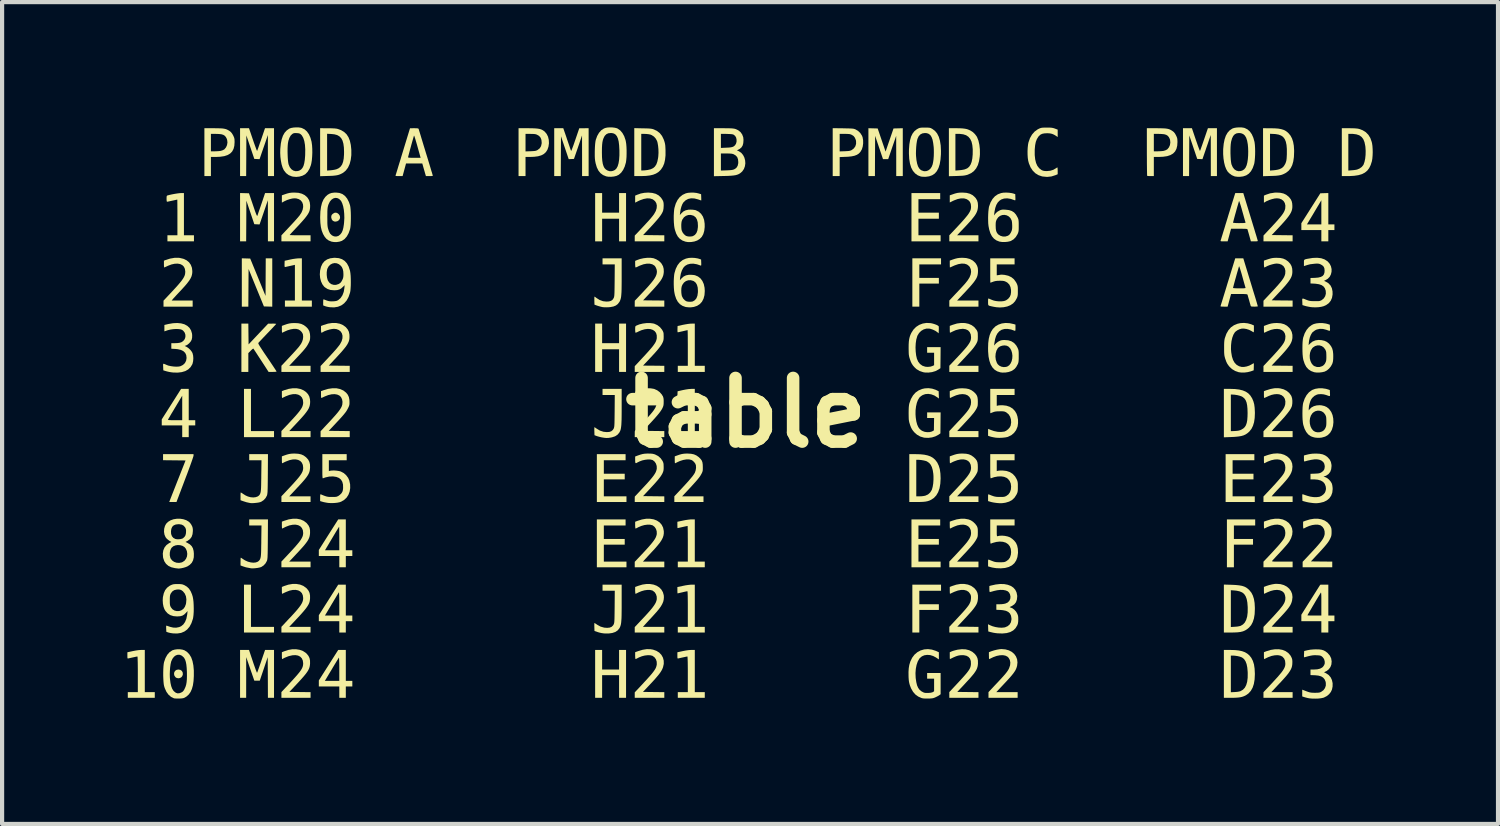
<source format=kicad_pcb>
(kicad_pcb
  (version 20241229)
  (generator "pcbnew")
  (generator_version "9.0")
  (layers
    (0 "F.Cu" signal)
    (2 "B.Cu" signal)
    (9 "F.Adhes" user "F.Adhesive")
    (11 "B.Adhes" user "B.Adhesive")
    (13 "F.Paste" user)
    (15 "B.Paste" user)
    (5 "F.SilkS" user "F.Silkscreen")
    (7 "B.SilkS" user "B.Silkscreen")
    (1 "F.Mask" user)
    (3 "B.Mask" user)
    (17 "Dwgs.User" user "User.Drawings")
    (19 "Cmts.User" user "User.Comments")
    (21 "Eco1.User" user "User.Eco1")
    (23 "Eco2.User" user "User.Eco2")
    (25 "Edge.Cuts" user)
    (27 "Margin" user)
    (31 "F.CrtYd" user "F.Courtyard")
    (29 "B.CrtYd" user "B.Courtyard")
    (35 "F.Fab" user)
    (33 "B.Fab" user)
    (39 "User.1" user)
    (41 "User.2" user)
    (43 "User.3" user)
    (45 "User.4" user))
  (footprint "table"
    (layer "F.Cu")
    (at 14.815 6.834)
    (property "Reference" "table" (at 0 0 0) (layer "F.SilkS") (effects (font (size 1.524 1.524) (thickness 0.3))))
    (attr board_only exclude_from_pos_files exclude_from_bom)
    (fp_poly (pts (xy -11.856 0.438) (xy -11.304 0.438) (xy -11.304 0.583) (xy -12.023 0.583) (xy -12.023 -0.573) (xy -11.856 -0.573)) (stroke (width 0) (type solid)) (fill yes) (layer "F.SilkS"))
    (fp_poly (pts (xy -11.856 5.126) (xy -11.304 5.126) (xy -11.304 5.261) (xy -12.023 5.261) (xy -12.023 4.115) (xy -11.856 4.115)) (stroke (width 0) (type solid)) (fill yes) (layer "F.SilkS"))
    (fp_poly (pts (xy 4.667 -3.553) (xy 4.147 -3.553) (xy 4.147 -3.23) (xy 4.615 -3.23) (xy 4.615 -3.094) (xy 4.147 -3.094) (xy 4.147 -2.542) (xy 3.98 -2.542) (xy 3.98 -3.699) (xy 4.667 -3.699)) (stroke (width 0) (type solid)) (fill yes) (layer "F.SilkS"))
    (fp_poly (pts (xy 4.667 4.261) (xy 4.147 4.261) (xy 4.147 4.584) (xy 4.615 4.584) (xy 4.615 4.72) (xy 4.147 4.72) (xy 4.147 5.261) (xy 3.98 5.261) (xy 3.98 4.115) (xy 4.667 4.115)) (stroke (width 0) (type solid)) (fill yes) (layer "F.SilkS"))
    (fp_poly (pts (xy 12.189 2.698) (xy 11.679 2.698) (xy 11.679 3.021) (xy 12.137 3.021) (xy 12.137 3.157) (xy 11.679 3.157) (xy 11.679 3.699) (xy 11.512 3.699) (xy 11.512 2.553) (xy 12.189 2.553)) (stroke (width 0) (type solid)) (fill yes) (layer "F.SilkS"))
    (fp_poly (pts (xy -3.448 -4.792) (xy -3.042 -4.792) (xy -3.042 -5.261) (xy -2.875 -5.261) (xy -2.875 -4.105) (xy -3.042 -4.105) (xy -3.042 -4.647) (xy -3.448 -4.647) (xy -3.448 -4.105) (xy -3.615 -4.105) (xy -3.615 -5.261) (xy -3.448 -5.261)) (stroke (width 0) (type solid)) (fill yes) (layer "F.SilkS"))
    (fp_poly (pts (xy -3.448 -1.667) (xy -3.042 -1.667) (xy -3.042 -2.136) (xy -2.875 -2.136) (xy -2.875 -0.979) (xy -3.042 -0.979) (xy -3.042 -1.521) (xy -3.448 -1.521) (xy -3.448 -0.979) (xy -3.615 -0.979) (xy -3.615 -2.136) (xy -3.448 -2.136)) (stroke (width 0) (type solid)) (fill yes) (layer "F.SilkS"))
    (fp_poly (pts (xy -3.448 6.147) (xy -3.042 6.147) (xy -3.042 5.678) (xy -2.875 5.678) (xy -2.875 6.824) (xy -3.042 6.824) (xy -3.042 6.282) (xy -3.448 6.282) (xy -3.448 6.824) (xy -3.615 6.824) (xy -3.615 5.678) (xy -3.448 5.678)) (stroke (width 0) (type solid)) (fill yes) (layer "F.SilkS"))
    (fp_poly (pts (xy -2.886 1.136) (xy -3.407 1.136) (xy -3.407 1.459) (xy -2.907 1.459) (xy -2.907 1.594) (xy -3.407 1.594) (xy -3.407 2) (xy -2.865 2) (xy -2.865 2.136) (xy -3.574 2.136) (xy -3.574 0.99) (xy -2.886 0.99)) (stroke (width 0) (type solid)) (fill yes) (layer "F.SilkS"))
    (fp_poly (pts (xy -2.886 2.698) (xy -3.407 2.698) (xy -3.407 3.021) (xy -2.907 3.021) (xy -2.907 3.157) (xy -3.407 3.157) (xy -3.407 3.563) (xy -2.865 3.563) (xy -2.865 3.699) (xy -3.574 3.699) (xy -3.574 2.553) (xy -2.886 2.553)) (stroke (width 0) (type solid)) (fill yes) (layer "F.SilkS"))
    (fp_poly (pts (xy 4.647 -5.115) (xy 4.126 -5.115) (xy 4.126 -4.792) (xy 4.615 -4.792) (xy 4.615 -4.647) (xy 4.126 -4.647) (xy 4.126 -4.251) (xy 4.657 -4.251) (xy 4.657 -4.105) (xy 3.959 -4.105) (xy 3.959 -5.261) (xy 4.647 -5.261)) (stroke (width 0) (type solid)) (fill yes) (layer "F.SilkS"))
    (fp_poly (pts (xy 4.647 2.698) (xy 4.126 2.698) (xy 4.126 3.021) (xy 4.615 3.021) (xy 4.615 3.157) (xy 4.126 3.157) (xy 4.126 3.563) (xy 4.657 3.563) (xy 4.657 3.699) (xy 3.959 3.699) (xy 3.959 2.553) (xy 4.647 2.553)) (stroke (width 0) (type solid)) (fill yes) (layer "F.SilkS"))
    (fp_poly (pts (xy 12.169 1.136) (xy 11.648 1.136) (xy 11.648 1.459) (xy 12.148 1.459) (xy 12.148 1.594) (xy 11.648 1.594) (xy 11.648 2) (xy 12.179 2) (xy 12.179 2.136) (xy 11.481 2.136) (xy 11.481 0.99) (xy 12.169 0.99)) (stroke (width 0) (type solid)) (fill yes) (layer "F.SilkS"))
    (fp_poly (pts (xy -11.974 -3.696) (xy -11.874 -3.693) (xy -11.69 -3.246) (xy -11.507 -2.799) (xy -11.502 -3.699) (xy -11.346 -3.699) (xy -11.346 -2.541) (xy -11.546 -2.547) (xy -11.73 -2.995) (xy -11.913 -3.443) (xy -11.916 -2.992) (xy -11.919 -2.542) (xy -12.075 -2.542) (xy -12.075 -3.699)) (stroke (width 0) (type solid)) (fill yes) (layer "F.SilkS"))
    (fp_poly (pts (xy -13.548 6.155) (xy -13.512 6.179) (xy -13.492 6.214) (xy -13.486 6.261) (xy -13.5 6.303) (xy -13.52 6.329) (xy -13.555 6.35) (xy -13.596 6.357) (xy -13.637 6.348) (xy -13.664 6.33) (xy -13.69 6.292) (xy -13.698 6.252) (xy -13.692 6.212) (xy -13.672 6.179) (xy -13.639 6.156) (xy -13.597 6.147) (xy -13.596 6.147)) (stroke (width 0) (type solid)) (fill yes) (layer "F.SilkS"))
    (fp_poly (pts (xy -9.78 -4.777) (xy -9.756 -4.757) (xy -9.73 -4.72) (xy -9.722 -4.68) (xy -9.73 -4.643) (xy -9.752 -4.611) (xy -9.785 -4.588) (xy -9.827 -4.578) (xy -9.862 -4.581) (xy -9.896 -4.598) (xy -9.921 -4.63) (xy -9.933 -4.672) (xy -9.934 -4.685) (xy -9.931 -4.718) (xy -9.92 -4.741) (xy -9.9 -4.762) (xy -9.859 -4.788) (xy -9.819 -4.793)) (stroke (width 0) (type solid)) (fill yes) (layer "F.SilkS"))
    (fp_poly (pts (xy 3.751 -5.668) (xy 3.594 -5.668) (xy 3.594 -6.149) (xy 3.593 -6.631) (xy 3.497 -6.353) (xy 3.402 -6.074) (xy 3.339 -6.074) (xy 3.277 -6.074) (xy 3.183 -6.353) (xy 3.089 -6.631) (xy 3.086 -6.149) (xy 3.084 -5.668) (xy 2.928 -5.668) (xy 2.928 -6.814) (xy 3.15 -6.808) (xy 3.339 -6.254) (xy 3.434 -6.531) (xy 3.529 -6.808) (xy 3.64 -6.811) (xy 3.751 -6.814)) (stroke (width 0) (type solid)) (fill yes) (layer "F.SilkS"))
    (fp_poly (pts (xy -10.637 -2.688) (xy -10.398 -2.688) (xy -10.398 -2.542) (xy -11.043 -2.542) (xy -11.043 -2.688) (xy -10.804 -2.688) (xy -10.804 -3.543) (xy -10.827 -3.537) (xy -10.904 -3.52) (xy -10.963 -3.507) (xy -11.004 -3.498) (xy -11.03 -3.492) (xy -11.043 -3.49) (xy -11.044 -3.49) (xy -11.05 -3.5) (xy -11.052 -3.527) (xy -11.052 -3.565) (xy -11.049 -3.64) (xy -10.918 -3.669) (xy -10.855 -3.682) (xy -10.793 -3.691) (xy -10.739 -3.697) (xy -10.713 -3.698) (xy -10.637 -3.699)) (stroke (width 0) (type solid)) (fill yes) (layer "F.SilkS"))
    (fp_poly (pts (xy 13.94 -4.511) (xy 14.086 -4.511) (xy 14.086 -4.376) (xy 13.94 -4.376) (xy 13.94 -4.105) (xy 13.773 -4.105) (xy 13.773 -4.376) (xy 13.294 -4.376) (xy 13.294 -4.511) (xy 13.428 -4.511) (xy 13.773 -4.511) (xy 13.773 -4.8) (xy 13.773 -5.089) (xy 13.621 -4.834) (xy 13.581 -4.766) (xy 13.543 -4.703) (xy 13.509 -4.647) (xy 13.481 -4.6) (xy 13.461 -4.566) (xy 13.449 -4.546) (xy 13.448 -4.545) (xy 13.428 -4.511) (xy 13.294 -4.511) (xy 13.294 -4.539) (xy 13.521 -4.897) (xy 13.749 -5.256) (xy 13.844 -5.259) (xy 13.94 -5.262)) (stroke (width 0) (type solid)) (fill yes) (layer "F.SilkS"))
    (fp_poly (pts (xy -11.304 6.824) (xy -11.45 6.824) (xy -11.452 6.337) (xy -11.455 5.851) (xy -11.55 6.132) (xy -11.645 6.413) (xy -11.776 6.413) (xy -11.873 6.131) (xy -11.97 5.85) (xy -11.971 6.824) (xy -12.117 6.824) (xy -12.117 5.678) (xy -11.903 5.678) (xy -11.811 5.954) (xy -11.787 6.025) (xy -11.764 6.089) (xy -11.745 6.144) (xy -11.728 6.186) (xy -11.717 6.214) (xy -11.711 6.225) (xy -11.711 6.225) (xy -11.705 6.214) (xy -11.694 6.186) (xy -11.679 6.144) (xy -11.659 6.089) (xy -11.637 6.025) (xy -11.612 5.955) (xy -11.611 5.949) (xy -11.518 5.678) (xy -11.304 5.678)) (stroke (width 0) (type solid)) (fill yes) (layer "F.SilkS"))
    (fp_poly (pts (xy -13.346 0.177) (xy -13.19 0.177) (xy -13.19 0.302) (xy -13.346 0.302) (xy -13.346 0.583) (xy -13.502 0.583) (xy -13.502 0.302) (xy -13.992 0.302) (xy -13.992 0.164) (xy -13.843 0.164) (xy -13.84 0.169) (xy -13.827 0.173) (xy -13.799 0.175) (xy -13.756 0.177) (xy -13.696 0.177) (xy -13.675 0.177) (xy -13.502 0.177) (xy -13.502 -0.41) (xy -13.67 -0.129) (xy -13.711 -0.06) (xy -13.75 0.004) (xy -13.783 0.06) (xy -13.81 0.107) (xy -13.83 0.141) (xy -13.841 0.161) (xy -13.843 0.164) (xy -13.992 0.164) (xy -13.992 0.157) (xy -13.76 -0.208) (xy -13.529 -0.573) (xy -13.346 -0.573)) (stroke (width 0) (type solid)) (fill yes) (layer "F.SilkS"))
    (fp_poly (pts (xy -4.305 -6.603) (xy -4.283 -6.536) (xy -4.261 -6.472) (xy -4.242 -6.416) (xy -4.226 -6.37) (xy -4.216 -6.339) (xy -4.214 -6.334) (xy -4.203 -6.302) (xy -4.194 -6.278) (xy -4.189 -6.27) (xy -4.185 -6.277) (xy -4.174 -6.302) (xy -4.159 -6.342) (xy -4.139 -6.394) (xy -4.117 -6.457) (xy -4.093 -6.527) (xy -4.089 -6.538) (xy -3.995 -6.813) (xy -3.771 -6.814) (xy -3.771 -5.668) (xy -3.928 -5.668) (xy -3.928 -6.155) (xy -3.929 -6.642) (xy -4.025 -6.36) (xy -4.122 -6.079) (xy -4.248 -6.073) (xy -4.433 -6.621) (xy -4.438 -5.668) (xy -4.595 -5.668) (xy -4.595 -6.814) (xy -4.378 -6.814)) (stroke (width 0) (type solid)) (fill yes) (layer "F.SilkS"))
    (fp_poly (pts (xy -14.398 6.689) (xy -14.159 6.689) (xy -14.159 6.824) (xy -14.805 6.824) (xy -14.805 6.689) (xy -14.565 6.689) (xy -14.565 6.261) (xy -14.565 6.151) (xy -14.566 6.055) (xy -14.567 5.975) (xy -14.569 5.912) (xy -14.57 5.867) (xy -14.573 5.841) (xy -14.575 5.834) (xy -14.586 5.836) (xy -14.611 5.841) (xy -14.651 5.85) (xy -14.708 5.862) (xy -14.783 5.879) (xy -14.791 5.881) (xy -14.804 5.883) (xy -14.811 5.878) (xy -14.814 5.863) (xy -14.815 5.834) (xy -14.815 5.81) (xy -14.815 5.734) (xy -14.687 5.706) (xy -14.614 5.692) (xy -14.545 5.682) (xy -14.487 5.678) (xy -14.479 5.678) (xy -14.398 5.678)) (stroke (width 0) (type solid)) (fill yes) (layer "F.SilkS"))
    (fp_poly (pts (xy -1.229 6.689) (xy -0.99 6.689) (xy -0.99 6.824) (xy -1.636 6.824) (xy -1.636 6.689) (xy -1.396 6.689) (xy -1.396 6.261) (xy -1.396 6.151) (xy -1.397 6.055) (xy -1.398 5.975) (xy -1.4 5.912) (xy -1.402 5.867) (xy -1.404 5.841) (xy -1.406 5.834) (xy -1.417 5.836) (xy -1.442 5.841) (xy -1.482 5.85) (xy -1.539 5.862) (xy -1.614 5.879) (xy -1.623 5.881) (xy -1.635 5.883) (xy -1.642 5.878) (xy -1.645 5.863) (xy -1.646 5.834) (xy -1.646 5.81) (xy -1.646 5.734) (xy -1.518 5.706) (xy -1.445 5.692) (xy -1.376 5.682) (xy -1.319 5.678) (xy -1.31 5.678) (xy -1.229 5.678)) (stroke (width 0) (type solid)) (fill yes) (layer "F.SilkS"))
    (fp_poly (pts (xy -1.229 4.115) (xy -1.229 5.126) (xy -0.99 5.126) (xy -0.99 5.261) (xy -1.636 5.261) (xy -1.636 5.126) (xy -1.396 5.126) (xy -1.396 4.699) (xy -1.396 4.579) (xy -1.397 4.479) (xy -1.398 4.397) (xy -1.4 4.336) (xy -1.402 4.295) (xy -1.405 4.274) (xy -1.407 4.272) (xy -1.42 4.274) (xy -1.45 4.28) (xy -1.491 4.289) (xy -1.527 4.298) (xy -1.572 4.308) (xy -1.609 4.317) (xy -1.634 4.322) (xy -1.642 4.324) (xy -1.644 4.314) (xy -1.645 4.289) (xy -1.646 4.253) (xy -1.646 4.248) (xy -1.646 4.172) (xy -1.513 4.144) (xy -1.449 4.131) (xy -1.386 4.122) (xy -1.332 4.116) (xy -1.305 4.115)) (stroke (width 0) (type solid)) (fill yes) (layer "F.SilkS"))
    (fp_poly (pts (xy -13.231 1.025) (xy -13.235 1.042) (xy -13.246 1.078) (xy -13.263 1.129) (xy -13.286 1.194) (xy -13.314 1.272) (xy -13.347 1.362) (xy -13.383 1.46) (xy -13.415 1.543) (xy -13.452 1.641) (xy -13.487 1.734) (xy -13.52 1.82) (xy -13.549 1.898) (xy -13.575 1.965) (xy -13.595 2.019) (xy -13.61 2.058) (xy -13.618 2.08) (xy -13.619 2.081) (xy -13.639 2.136) (xy -13.813 2.136) (xy -13.778 2.045) (xy -13.766 2.015) (xy -13.748 1.968) (xy -13.724 1.908) (xy -13.696 1.836) (xy -13.664 1.755) (xy -13.63 1.668) (xy -13.594 1.577) (xy -13.582 1.547) (xy -13.422 1.141) (xy -13.691 1.138) (xy -13.961 1.135) (xy -13.961 0.99) (xy -13.231 0.99)) (stroke (width 0) (type solid)) (fill yes) (layer "F.SilkS"))
    (fp_poly (pts (xy -1.229 -1.125) (xy -0.99 -1.125) (xy -0.99 -0.979) (xy -1.636 -0.979) (xy -1.636 -1.125) (xy -1.396 -1.125) (xy -1.396 -1.552) (xy -1.396 -1.644) (xy -1.397 -1.73) (xy -1.397 -1.806) (xy -1.398 -1.871) (xy -1.399 -1.923) (xy -1.4 -1.959) (xy -1.401 -1.978) (xy -1.401 -1.979) (xy -1.413 -1.977) (xy -1.441 -1.971) (xy -1.48 -1.962) (xy -1.517 -1.953) (xy -1.563 -1.943) (xy -1.601 -1.934) (xy -1.628 -1.929) (xy -1.637 -1.927) (xy -1.642 -1.937) (xy -1.644 -1.963) (xy -1.644 -2) (xy -1.644 -2.003) (xy -1.641 -2.078) (xy -1.511 -2.107) (xy -1.451 -2.118) (xy -1.391 -2.128) (xy -1.338 -2.134) (xy -1.305 -2.135) (xy -1.229 -2.136)) (stroke (width 0) (type solid)) (fill yes) (layer "F.SilkS"))
    (fp_poly (pts (xy -1.229 0.438) (xy -0.99 0.438) (xy -0.99 0.583) (xy -1.636 0.583) (xy -1.636 0.438) (xy -1.396 0.438) (xy -1.396 0.01) (xy -1.396 -0.082) (xy -1.396 -0.167) (xy -1.397 -0.243) (xy -1.397 -0.308) (xy -1.398 -0.36) (xy -1.399 -0.396) (xy -1.4 -0.415) (xy -1.4 -0.417) (xy -1.411 -0.415) (xy -1.438 -0.409) (xy -1.477 -0.4) (xy -1.519 -0.391) (xy -1.566 -0.38) (xy -1.604 -0.372) (xy -1.631 -0.366) (xy -1.641 -0.365) (xy -1.643 -0.374) (xy -1.645 -0.399) (xy -1.644 -0.435) (xy -1.644 -0.44) (xy -1.641 -0.515) (xy -1.516 -0.544) (xy -1.443 -0.558) (xy -1.375 -0.568) (xy -1.317 -0.572) (xy -1.31 -0.573) (xy -1.229 -0.573)) (stroke (width 0) (type solid)) (fill yes) (layer "F.SilkS"))
    (fp_poly (pts (xy -1.229 2.553) (xy -1.229 3.563) (xy -0.99 3.563) (xy -0.99 3.699) (xy -1.636 3.699) (xy -1.636 3.563) (xy -1.396 3.563) (xy -1.396 3.136) (xy -1.396 3.044) (xy -1.397 2.959) (xy -1.397 2.882) (xy -1.398 2.817) (xy -1.399 2.766) (xy -1.4 2.729) (xy -1.401 2.711) (xy -1.402 2.709) (xy -1.414 2.711) (xy -1.442 2.717) (xy -1.481 2.725) (xy -1.523 2.735) (xy -1.569 2.745) (xy -1.607 2.754) (xy -1.633 2.759) (xy -1.642 2.761) (xy -1.644 2.751) (xy -1.645 2.726) (xy -1.646 2.69) (xy -1.646 2.685) (xy -1.646 2.609) (xy -1.513 2.581) (xy -1.449 2.568) (xy -1.386 2.559) (xy -1.332 2.553) (xy -1.305 2.552)) (stroke (width 0) (type solid)) (fill yes) (layer "F.SilkS"))
    (fp_poly (pts (xy -9.585 3.292) (xy -9.429 3.292) (xy -9.429 3.428) (xy -9.585 3.428) (xy -9.585 3.699) (xy -9.741 3.699) (xy -9.741 3.428) (xy -10.231 3.428) (xy -10.231 3.292) (xy -10.084 3.292) (xy -9.741 3.292) (xy -9.741 3.011) (xy -9.741 2.937) (xy -9.742 2.87) (xy -9.742 2.813) (xy -9.743 2.769) (xy -9.744 2.74) (xy -9.745 2.73) (xy -9.745 2.73) (xy -9.748 2.732) (xy -9.753 2.739) (xy -9.762 2.754) (xy -9.777 2.777) (xy -9.796 2.809) (xy -9.823 2.853) (xy -9.857 2.91) (xy -9.899 2.981) (xy -9.951 3.068) (xy -9.977 3.112) (xy -10.084 3.292) (xy -10.231 3.292) (xy -10.231 3.284) (xy -9.999 2.918) (xy -9.767 2.553) (xy -9.676 2.553) (xy -9.585 2.553)) (stroke (width 0) (type solid)) (fill yes) (layer "F.SilkS"))
    (fp_poly (pts (xy -11.809 -6.538) (xy -11.785 -6.467) (xy -11.762 -6.403) (xy -11.742 -6.349) (xy -11.727 -6.307) (xy -11.715 -6.28) (xy -11.709 -6.27) (xy -11.709 -6.27) (xy -11.704 -6.281) (xy -11.694 -6.31) (xy -11.678 -6.353) (xy -11.659 -6.408) (xy -11.637 -6.472) (xy -11.612 -6.542) (xy -11.611 -6.545) (xy -11.52 -6.814) (xy -11.304 -6.814) (xy -11.304 -5.668) (xy -11.45 -5.668) (xy -11.451 -6.16) (xy -11.451 -6.652) (xy -11.492 -6.532) (xy -11.51 -6.479) (xy -11.533 -6.413) (xy -11.558 -6.341) (xy -11.582 -6.271) (xy -11.592 -6.243) (xy -11.65 -6.073) (xy -11.713 -6.076) (xy -11.776 -6.079) (xy -11.871 -6.36) (xy -11.966 -6.642) (xy -11.968 -6.155) (xy -11.971 -5.668) (xy -12.117 -5.668) (xy -12.117 -6.814) (xy -11.903 -6.814)) (stroke (width 0) (type solid)) (fill yes) (layer "F.SilkS"))
    (fp_poly (pts (xy -13.461 -4.251) (xy -13.221 -4.251) (xy -13.221 -4.105) (xy -13.856 -4.105) (xy -13.856 -4.251) (xy -13.617 -4.251) (xy -13.617 -4.678) (xy -13.617 -4.77) (xy -13.617 -4.855) (xy -13.618 -4.931) (xy -13.618 -4.997) (xy -13.619 -5.048) (xy -13.619 -5.084) (xy -13.62 -5.103) (xy -13.621 -5.105) (xy -13.632 -5.103) (xy -13.659 -5.097) (xy -13.698 -5.088) (xy -13.74 -5.079) (xy -13.787 -5.069) (xy -13.827 -5.06) (xy -13.855 -5.055) (xy -13.866 -5.053) (xy -13.872 -5.063) (xy -13.876 -5.09) (xy -13.877 -5.125) (xy -13.876 -5.165) (xy -13.873 -5.188) (xy -13.866 -5.199) (xy -13.859 -5.203) (xy -13.81 -5.216) (xy -13.752 -5.229) (xy -13.689 -5.241) (xy -13.628 -5.251) (xy -13.575 -5.258) (xy -13.535 -5.261) (xy -13.532 -5.261) (xy -13.461 -5.261)) (stroke (width 0) (type solid)) (fill yes) (layer "F.SilkS"))
    (fp_poly (pts (xy 11.273 -5.668) (xy 11.127 -5.668) (xy 11.126 -6.16) (xy 11.125 -6.652) (xy 11.105 -6.595) (xy 11.096 -6.568) (xy 11.081 -6.526) (xy 11.063 -6.471) (xy 11.041 -6.407) (xy 11.017 -6.339) (xy 11.006 -6.305) (xy 10.926 -6.073) (xy 10.864 -6.076) (xy 10.801 -6.079) (xy 10.611 -6.641) (xy 10.608 -6.154) (xy 10.606 -5.668) (xy 10.46 -5.668) (xy 10.46 -6.814) (xy 10.567 -6.814) (xy 10.674 -6.814) (xy 10.767 -6.538) (xy 10.792 -6.467) (xy 10.814 -6.403) (xy 10.834 -6.349) (xy 10.85 -6.307) (xy 10.861 -6.28) (xy 10.867 -6.27) (xy 10.867 -6.27) (xy 10.872 -6.281) (xy 10.883 -6.31) (xy 10.898 -6.353) (xy 10.918 -6.408) (xy 10.94 -6.472) (xy 10.964 -6.542) (xy 10.965 -6.545) (xy 11.057 -6.814) (xy 11.273 -6.814)) (stroke (width 0) (type solid)) (fill yes) (layer "F.SilkS"))
    (fp_poly (pts (xy -12.011 -5.259) (xy -11.904 -5.256) (xy -11.808 -4.975) (xy -11.78 -4.893) (xy -11.758 -4.828) (xy -11.74 -4.78) (xy -11.727 -4.747) (xy -11.717 -4.726) (xy -11.71 -4.716) (xy -11.705 -4.715) (xy -11.702 -4.72) (xy -11.696 -4.736) (xy -11.685 -4.77) (xy -11.669 -4.817) (xy -11.649 -4.875) (xy -11.626 -4.941) (xy -11.605 -5.003) (xy -11.518 -5.261) (xy -11.411 -5.261) (xy -11.304 -5.261) (xy -11.304 -4.105) (xy -11.45 -4.105) (xy -11.451 -4.597) (xy -11.451 -5.089) (xy -11.482 -5.001) (xy -11.495 -4.962) (xy -11.513 -4.909) (xy -11.535 -4.846) (xy -11.558 -4.778) (xy -11.581 -4.711) (xy -11.65 -4.51) (xy -11.713 -4.513) (xy -11.776 -4.516) (xy -11.871 -4.798) (xy -11.966 -5.079) (xy -11.968 -4.592) (xy -11.971 -4.105) (xy -12.117 -4.105) (xy -12.117 -5.262)) (stroke (width 0) (type solid)) (fill yes) (layer "F.SilkS"))
    (fp_poly (pts (xy -9.585 6.418) (xy -9.429 6.418) (xy -9.429 6.553) (xy -9.585 6.553) (xy -9.585 6.824) (xy -9.741 6.824) (xy -9.741 6.553) (xy -10.231 6.553) (xy -10.231 6.418) (xy -10.087 6.418) (xy -9.741 6.418) (xy -9.741 6.134) (xy -9.741 6.059) (xy -9.742 5.993) (xy -9.744 5.937) (xy -9.746 5.895) (xy -9.748 5.869) (xy -9.75 5.861) (xy -9.75 5.861) (xy -9.758 5.872) (xy -9.774 5.899) (xy -9.799 5.939) (xy -9.829 5.989) (xy -9.865 6.048) (xy -9.904 6.113) (xy -9.908 6.121) (xy -9.948 6.187) (xy -9.985 6.248) (xy -10.017 6.302) (xy -10.043 6.346) (xy -10.062 6.378) (xy -10.072 6.394) (xy -10.072 6.394) (xy -10.087 6.418) (xy -10.231 6.418) (xy -10.231 6.408) (xy -9.999 6.043) (xy -9.767 5.678) (xy -9.585 5.678)) (stroke (width 0) (type solid)) (fill yes) (layer "F.SilkS"))
    (fp_poly (pts (xy -9.585 4.855) (xy -9.429 4.855) (xy -9.429 4.99) (xy -9.585 4.99) (xy -9.585 5.261) (xy -9.741 5.261) (xy -9.741 4.99) (xy -10.231 4.99) (xy -10.231 4.855) (xy -10.085 4.855) (xy -9.741 4.855) (xy -9.741 4.572) (xy -9.741 4.496) (xy -9.742 4.43) (xy -9.744 4.374) (xy -9.746 4.332) (xy -9.748 4.306) (xy -9.75 4.298) (xy -9.75 4.298) (xy -9.758 4.309) (xy -9.774 4.336) (xy -9.799 4.376) (xy -9.829 4.427) (xy -9.865 4.486) (xy -9.903 4.551) (xy -9.908 4.558) (xy -9.947 4.624) (xy -9.984 4.686) (xy -10.016 4.74) (xy -10.042 4.784) (xy -10.061 4.815) (xy -10.071 4.831) (xy -10.071 4.832) (xy -10.085 4.855) (xy -10.231 4.855) (xy -10.231 4.846) (xy -9.999 4.481) (xy -9.767 4.115) (xy -9.676 4.115) (xy -9.585 4.115)) (stroke (width 0) (type solid)) (fill yes) (layer "F.SilkS"))
    (fp_poly (pts (xy 13.94 4.855) (xy 14.086 4.855) (xy 14.086 4.99) (xy 13.94 4.99) (xy 13.94 5.261) (xy 13.773 5.261) (xy 13.773 4.99) (xy 13.294 4.99) (xy 13.294 4.849) (xy 13.44 4.849) (xy 13.45 4.851) (xy 13.477 4.853) (xy 13.518 4.854) (xy 13.569 4.855) (xy 13.606 4.855) (xy 13.773 4.855) (xy 13.773 4.571) (xy 13.773 4.487) (xy 13.773 4.421) (xy 13.772 4.372) (xy 13.77 4.337) (xy 13.768 4.316) (xy 13.765 4.306) (xy 13.762 4.305) (xy 13.759 4.308) (xy 13.749 4.325) (xy 13.73 4.356) (xy 13.704 4.398) (xy 13.674 4.448) (xy 13.64 4.505) (xy 13.605 4.565) (xy 13.569 4.625) (xy 13.535 4.684) (xy 13.504 4.737) (xy 13.477 4.783) (xy 13.456 4.819) (xy 13.443 4.842) (xy 13.44 4.849) (xy 13.294 4.849) (xy 13.294 4.835) (xy 13.52 4.475) (xy 13.747 4.116) (xy 13.94 4.115)) (stroke (width 0) (type solid)) (fill yes) (layer "F.SilkS"))
    (fp_poly (pts (xy -5.132 -6.813) (xy -5.056 -6.81) (xy -4.996 -6.805) (xy -4.946 -6.797) (xy -4.906 -6.785) (xy -4.872 -6.768) (xy -4.841 -6.747) (xy -4.821 -6.731) (xy -4.776 -6.677) (xy -4.743 -6.611) (xy -4.725 -6.535) (xy -4.721 -6.453) (xy -4.733 -6.37) (xy -4.734 -6.367) (xy -4.758 -6.298) (xy -4.794 -6.242) (xy -4.842 -6.198) (xy -4.904 -6.165) (xy -4.982 -6.142) (xy -5.075 -6.13) (xy -5.175 -6.126) (xy -5.282 -6.126) (xy -5.282 -5.668) (xy -5.449 -5.668) (xy -5.449 -6.678) (xy -5.282 -6.678) (xy -5.282 -6.259) (xy -5.159 -6.263) (xy -5.104 -6.266) (xy -5.065 -6.269) (xy -5.037 -6.274) (xy -5.014 -6.282) (xy -4.992 -6.293) (xy -4.99 -6.295) (xy -4.941 -6.334) (xy -4.91 -6.385) (xy -4.896 -6.447) (xy -4.895 -6.467) (xy -4.901 -6.534) (xy -4.921 -6.587) (xy -4.956 -6.628) (xy -5.006 -6.658) (xy -5.031 -6.668) (xy -5.062 -6.674) (xy -5.104 -6.677) (xy -5.161 -6.678) (xy -5.165 -6.678) (xy -5.282 -6.678) (xy -5.449 -6.678) (xy -5.449 -6.814) (xy -5.226 -6.814)) (stroke (width 0) (type solid)) (fill yes) (layer "F.SilkS"))
    (fp_poly (pts (xy -2.98 4.545) (xy -2.98 4.665) (xy -2.981 4.766) (xy -2.982 4.851) (xy -2.984 4.92) (xy -2.988 4.977) (xy -2.992 5.024) (xy -2.998 5.062) (xy -3.006 5.093) (xy -3.015 5.12) (xy -3.026 5.144) (xy -3.037 5.163) (xy -3.077 5.211) (xy -3.133 5.248) (xy -3.205 5.272) (xy -3.29 5.284) (xy -3.389 5.283) (xy -3.412 5.281) (xy -3.462 5.274) (xy -3.518 5.261) (xy -3.558 5.249) (xy -3.631 5.224) (xy -3.634 5.128) (xy -3.635 5.086) (xy -3.634 5.054) (xy -3.633 5.035) (xy -3.632 5.032) (xy -3.621 5.038) (xy -3.599 5.052) (xy -3.568 5.073) (xy -3.567 5.074) (xy -3.486 5.119) (xy -3.398 5.144) (xy -3.327 5.149) (xy -3.266 5.143) (xy -3.22 5.124) (xy -3.186 5.091) (xy -3.172 5.068) (xy -3.167 5.056) (xy -3.163 5.043) (xy -3.159 5.026) (xy -3.156 5.003) (xy -3.154 4.972) (xy -3.152 4.931) (xy -3.151 4.877) (xy -3.15 4.809) (xy -3.149 4.723) (xy -3.148 4.644) (xy -3.145 4.261) (xy -3.438 4.261) (xy -3.438 4.115) (xy -2.98 4.115)) (stroke (width 0) (type solid)) (fill yes) (layer "F.SilkS"))
    (fp_poly (pts (xy -2.247 -5.265) (xy -2.163 -5.243) (xy -2.094 -5.205) (xy -2.038 -5.151) (xy -2.007 -5.105) (xy -1.99 -5.074) (xy -1.981 -5.047) (xy -1.976 -5.017) (xy -1.974 -4.977) (xy -1.974 -4.959) (xy -1.978 -4.891) (xy -1.988 -4.837) (xy -1.994 -4.821) (xy -2.013 -4.781) (xy -2.043 -4.733) (xy -2.085 -4.676) (xy -2.141 -4.609) (xy -2.21 -4.531) (xy -2.293 -4.44) (xy -2.3 -4.433) (xy -2.467 -4.256) (xy -1.959 -4.25) (xy -1.959 -4.105) (xy -2.667 -4.105) (xy -2.667 -4.243) (xy -2.528 -4.39) (xy -2.454 -4.469) (xy -2.393 -4.535) (xy -2.342 -4.59) (xy -2.302 -4.635) (xy -2.269 -4.674) (xy -2.242 -4.707) (xy -2.22 -4.736) (xy -2.202 -4.762) (xy -2.163 -4.832) (xy -2.142 -4.9) (xy -2.138 -4.963) (xy -2.151 -5.02) (xy -2.181 -5.068) (xy -2.228 -5.106) (xy -2.24 -5.113) (xy -2.301 -5.132) (xy -2.372 -5.135) (xy -2.453 -5.12) (xy -2.541 -5.089) (xy -2.584 -5.069) (xy -2.657 -5.032) (xy -2.657 -5.2) (xy -2.607 -5.221) (xy -2.523 -5.251) (xy -2.438 -5.267) (xy -2.344 -5.273)) (stroke (width 0) (type solid)) (fill yes) (layer "F.SilkS"))
    (fp_poly (pts (xy -12.661 -6.813) (xy -12.592 -6.811) (xy -12.536 -6.808) (xy -12.492 -6.801) (xy -12.455 -6.792) (xy -12.423 -6.779) (xy -12.392 -6.762) (xy -12.37 -6.748) (xy -12.337 -6.722) (xy -12.31 -6.689) (xy -12.284 -6.645) (xy -12.267 -6.608) (xy -12.256 -6.578) (xy -12.25 -6.546) (xy -12.249 -6.506) (xy -12.248 -6.483) (xy -12.254 -6.394) (xy -12.273 -6.319) (xy -12.306 -6.257) (xy -12.354 -6.208) (xy -12.417 -6.171) (xy -12.496 -6.145) (xy -12.592 -6.131) (xy -12.697 -6.126) (xy -12.815 -6.126) (xy -12.815 -5.668) (xy -12.971 -5.668) (xy -12.971 -6.678) (xy -12.815 -6.678) (xy -12.815 -6.261) (xy -12.721 -6.261) (xy -12.671 -6.263) (xy -12.622 -6.266) (xy -12.583 -6.271) (xy -12.575 -6.273) (xy -12.537 -6.285) (xy -12.501 -6.303) (xy -12.49 -6.311) (xy -12.453 -6.356) (xy -12.429 -6.411) (xy -12.419 -6.472) (xy -12.426 -6.533) (xy -12.435 -6.561) (xy -12.457 -6.603) (xy -12.484 -6.634) (xy -12.52 -6.656) (xy -12.568 -6.67) (xy -12.63 -6.676) (xy -12.692 -6.678) (xy -12.815 -6.678) (xy -12.971 -6.678) (xy -12.971 -6.814) (xy -12.749 -6.814)) (stroke (width 0) (type solid)) (fill yes) (layer "F.SilkS"))
    (fp_poly (pts (xy -11.452 3.024) (xy -11.453 3.136) (xy -11.454 3.23) (xy -11.455 3.307) (xy -11.456 3.369) (xy -11.458 3.418) (xy -11.459 3.456) (xy -11.462 3.485) (xy -11.465 3.508) (xy -11.468 3.525) (xy -11.472 3.539) (xy -11.475 3.547) (xy -11.507 3.605) (xy -11.552 3.654) (xy -11.606 3.69) (xy -11.639 3.702) (xy -11.697 3.714) (xy -11.761 3.722) (xy -11.822 3.725) (xy -11.856 3.723) (xy -11.975 3.7) (xy -12.047 3.677) (xy -12.106 3.655) (xy -12.106 3.562) (xy -12.105 3.521) (xy -12.104 3.489) (xy -12.101 3.472) (xy -12.099 3.469) (xy -12.087 3.475) (xy -12.066 3.489) (xy -12.06 3.494) (xy -11.997 3.534) (xy -11.93 3.564) (xy -11.863 3.582) (xy -11.798 3.589) (xy -11.74 3.583) (xy -11.692 3.565) (xy -11.666 3.544) (xy -11.653 3.529) (xy -11.642 3.514) (xy -11.634 3.495) (xy -11.627 3.472) (xy -11.621 3.442) (xy -11.617 3.403) (xy -11.614 3.353) (xy -11.612 3.289) (xy -11.611 3.209) (xy -11.609 3.111) (xy -11.609 3.071) (xy -11.604 2.698) (xy -11.898 2.698) (xy -11.898 2.553) (xy -11.449 2.553)) (stroke (width 0) (type solid)) (fill yes) (layer "F.SilkS"))
    (fp_poly (pts (xy 2.321 -6.812) (xy 2.4 -6.81) (xy 2.461 -6.809) (xy 2.507 -6.807) (xy 2.542 -6.805) (xy 2.568 -6.802) (xy 2.588 -6.797) (xy 2.606 -6.791) (xy 2.622 -6.784) (xy 2.683 -6.747) (xy 2.735 -6.696) (xy 2.773 -6.637) (xy 2.788 -6.6) (xy 2.801 -6.528) (xy 2.802 -6.451) (xy 2.792 -6.376) (xy 2.772 -6.31) (xy 2.765 -6.297) (xy 2.735 -6.246) (xy 2.698 -6.207) (xy 2.652 -6.177) (xy 2.595 -6.155) (xy 2.524 -6.14) (xy 2.437 -6.131) (xy 2.388 -6.129) (xy 2.24 -6.123) (xy 2.24 -5.668) (xy 2.073 -5.668) (xy 2.073 -6.259) (xy 2.24 -6.259) (xy 2.363 -6.263) (xy 2.418 -6.266) (xy 2.458 -6.269) (xy 2.487 -6.275) (xy 2.511 -6.283) (xy 2.531 -6.293) (xy 2.581 -6.332) (xy 2.616 -6.382) (xy 2.633 -6.441) (xy 2.632 -6.506) (xy 2.627 -6.531) (xy 2.604 -6.587) (xy 2.571 -6.629) (xy 2.528 -6.656) (xy 2.505 -6.666) (xy 2.479 -6.673) (xy 2.446 -6.676) (xy 2.401 -6.678) (xy 2.362 -6.678) (xy 2.24 -6.678) (xy 2.24 -6.259) (xy 2.073 -6.259) (xy 2.073 -6.815)) (stroke (width 0) (type solid)) (fill yes) (layer "F.SilkS"))
    (fp_poly (pts (xy -10.758 -0.587) (xy -10.671 -0.57) (xy -10.594 -0.537) (xy -10.538 -0.498) (xy -10.49 -0.446) (xy -10.459 -0.389) (xy -10.443 -0.323) (xy -10.439 -0.266) (xy -10.441 -0.223) (xy -10.447 -0.182) (xy -10.458 -0.143) (xy -10.475 -0.102) (xy -10.501 -0.058) (xy -10.536 -0.009) (xy -10.58 0.047) (xy -10.637 0.112) (xy -10.706 0.188) (xy -10.767 0.253) (xy -10.94 0.438) (xy -10.429 0.438) (xy -10.429 0.583) (xy -11.127 0.583) (xy -11.127 0.436) (xy -10.953 0.253) (xy -10.871 0.164) (xy -10.802 0.089) (xy -10.746 0.025) (xy -10.701 -0.03) (xy -10.667 -0.077) (xy -10.641 -0.118) (xy -10.624 -0.154) (xy -10.613 -0.189) (xy -10.607 -0.222) (xy -10.606 -0.25) (xy -10.614 -0.316) (xy -10.638 -0.369) (xy -10.675 -0.408) (xy -10.726 -0.435) (xy -10.786 -0.448) (xy -10.857 -0.446) (xy -10.935 -0.429) (xy -11.019 -0.397) (xy -11.046 -0.384) (xy -11.077 -0.369) (xy -11.101 -0.358) (xy -11.111 -0.354) (xy -11.113 -0.364) (xy -11.115 -0.389) (xy -11.116 -0.426) (xy -11.116 -0.437) (xy -11.116 -0.519) (xy -11.057 -0.542) (xy -10.953 -0.573) (xy -10.853 -0.588)) (stroke (width 0) (type solid)) (fill yes) (layer "F.SilkS"))
    (fp_poly (pts (xy -10.02 -6.813) (xy -9.928 -6.812) (xy -9.856 -6.809) (xy -9.805 -6.803) (xy -9.786 -6.799) (xy -9.699 -6.768) (xy -9.627 -6.725) (xy -9.568 -6.67) (xy -9.522 -6.6) (xy -9.488 -6.515) (xy -9.465 -6.413) (xy -9.453 -6.295) (xy -9.453 -6.293) (xy -9.453 -6.168) (xy -9.467 -6.056) (xy -9.493 -5.957) (xy -9.532 -5.872) (xy -9.584 -5.802) (xy -9.647 -5.749) (xy -9.669 -5.736) (xy -9.709 -5.716) (xy -9.749 -5.7) (xy -9.791 -5.689) (xy -9.842 -5.681) (xy -9.903 -5.675) (xy -9.979 -5.672) (xy -10.015 -5.671) (xy -10.2 -5.665) (xy -10.2 -6.681) (xy -10.033 -6.681) (xy -10.033 -5.8) (xy -9.945 -5.807) (xy -9.895 -5.813) (xy -9.845 -5.822) (xy -9.805 -5.833) (xy -9.801 -5.834) (xy -9.748 -5.861) (xy -9.706 -5.898) (xy -9.673 -5.947) (xy -9.65 -6.01) (xy -9.635 -6.088) (xy -9.628 -6.184) (xy -9.627 -6.245) (xy -9.631 -6.354) (xy -9.643 -6.444) (xy -9.664 -6.518) (xy -9.696 -6.576) (xy -9.738 -6.619) (xy -9.792 -6.65) (xy -9.859 -6.668) (xy -9.936 -6.676) (xy -10.033 -6.681) (xy -10.2 -6.681) (xy -10.2 -6.814)) (stroke (width 0) (type solid)) (fill yes) (layer "F.SilkS"))
    (fp_poly (pts (xy -2.98 -3.269) (xy -2.98 -3.149) (xy -2.981 -3.048) (xy -2.982 -2.963) (xy -2.984 -2.893) (xy -2.988 -2.836) (xy -2.992 -2.79) (xy -2.998 -2.752) (xy -3.006 -2.721) (xy -3.015 -2.694) (xy -3.026 -2.669) (xy -3.037 -2.651) (xy -3.073 -2.604) (xy -3.119 -2.569) (xy -3.178 -2.545) (xy -3.252 -2.531) (xy -3.302 -2.527) (xy -3.351 -2.526) (xy -3.4 -2.527) (xy -3.439 -2.531) (xy -3.444 -2.532) (xy -3.483 -2.541) (xy -3.53 -2.554) (xy -3.564 -2.565) (xy -3.631 -2.589) (xy -3.634 -2.685) (xy -3.634 -2.727) (xy -3.634 -2.76) (xy -3.632 -2.779) (xy -3.631 -2.782) (xy -3.619 -2.776) (xy -3.598 -2.761) (xy -3.586 -2.751) (xy -3.509 -2.702) (xy -3.426 -2.672) (xy -3.345 -2.663) (xy -3.282 -2.667) (xy -3.234 -2.681) (xy -3.198 -2.707) (xy -3.172 -2.746) (xy -3.167 -2.757) (xy -3.163 -2.771) (xy -3.159 -2.788) (xy -3.156 -2.811) (xy -3.154 -2.842) (xy -3.152 -2.883) (xy -3.151 -2.937) (xy -3.15 -3.005) (xy -3.149 -3.091) (xy -3.148 -3.17) (xy -3.145 -3.553) (xy -3.438 -3.553) (xy -3.438 -3.699) (xy -2.98 -3.699)) (stroke (width 0) (type solid)) (fill yes) (layer "F.SilkS"))
    (fp_poly (pts (xy -2.98 -0.143) (xy -2.98 -0.023) (xy -2.981 0.079) (xy -2.982 0.163) (xy -2.985 0.233) (xy -2.988 0.291) (xy -2.993 0.337) (xy -2.999 0.376) (xy -3.006 0.407) (xy -3.016 0.434) (xy -3.028 0.458) (xy -3.04 0.479) (xy -3.081 0.526) (xy -3.138 0.563) (xy -3.211 0.587) (xy -3.24 0.593) (xy -3.295 0.601) (xy -3.342 0.603) (xy -3.39 0.599) (xy -3.449 0.59) (xy -3.454 0.589) (xy -3.5 0.579) (xy -3.547 0.566) (xy -3.579 0.556) (xy -3.631 0.536) (xy -3.634 0.44) (xy -3.635 0.398) (xy -3.634 0.365) (xy -3.633 0.347) (xy -3.631 0.344) (xy -3.621 0.35) (xy -3.599 0.365) (xy -3.579 0.379) (xy -3.501 0.426) (xy -3.416 0.454) (xy -3.339 0.462) (xy -3.276 0.458) (xy -3.229 0.442) (xy -3.193 0.412) (xy -3.172 0.38) (xy -3.167 0.368) (xy -3.163 0.355) (xy -3.159 0.338) (xy -3.156 0.315) (xy -3.154 0.284) (xy -3.152 0.243) (xy -3.151 0.189) (xy -3.15 0.12) (xy -3.149 0.035) (xy -3.148 -0.044) (xy -3.145 -0.427) (xy -3.438 -0.427) (xy -3.438 -0.573) (xy -2.98 -0.573)) (stroke (width 0) (type solid)) (fill yes) (layer "F.SilkS"))
    (fp_poly (pts (xy 5.278 -5.266) (xy 5.358 -5.245) (xy 5.425 -5.21) (xy 5.481 -5.159) (xy 5.502 -5.134) (xy 5.531 -5.084) (xy 5.547 -5.029) (xy 5.552 -4.964) (xy 5.551 -4.928) (xy 5.546 -4.887) (xy 5.538 -4.848) (xy 5.524 -4.809) (xy 5.504 -4.768) (xy 5.476 -4.723) (xy 5.438 -4.673) (xy 5.391 -4.615) (xy 5.331 -4.548) (xy 5.258 -4.469) (xy 5.202 -4.41) (xy 5.051 -4.251) (xy 5.563 -4.251) (xy 5.563 -4.105) (xy 4.865 -4.105) (xy 4.865 -4.25) (xy 4.972 -4.363) (xy 5.062 -4.459) (xy 5.138 -4.541) (xy 5.201 -4.611) (xy 5.253 -4.672) (xy 5.295 -4.723) (xy 5.327 -4.767) (xy 5.351 -4.806) (xy 5.368 -4.84) (xy 5.379 -4.872) (xy 5.384 -4.902) (xy 5.386 -4.933) (xy 5.386 -4.935) (xy 5.379 -5) (xy 5.358 -5.051) (xy 5.32 -5.091) (xy 5.277 -5.117) (xy 5.216 -5.134) (xy 5.144 -5.134) (xy 5.064 -5.118) (xy 4.976 -5.085) (xy 4.953 -5.074) (xy 4.876 -5.036) (xy 4.876 -5.207) (xy 4.936 -5.228) (xy 5 -5.25) (xy 5.055 -5.264) (xy 5.108 -5.271) (xy 5.17 -5.273) (xy 5.183 -5.273)) (stroke (width 0) (type solid)) (fill yes) (layer "F.SilkS"))
    (fp_poly (pts (xy 11.624 4.118) (xy 11.723 4.123) (xy 11.803 4.131) (xy 11.87 4.143) (xy 11.925 4.16) (xy 11.972 4.183) (xy 12.014 4.214) (xy 12.049 4.247) (xy 12.097 4.306) (xy 12.133 4.376) (xy 12.159 4.458) (xy 12.175 4.554) (xy 12.181 4.667) (xy 12.181 4.699) (xy 12.176 4.819) (xy 12.159 4.923) (xy 12.131 5.01) (xy 12.092 5.084) (xy 12.041 5.143) (xy 12.04 5.144) (xy 11.995 5.181) (xy 11.949 5.21) (xy 11.898 5.232) (xy 11.839 5.247) (xy 11.769 5.256) (xy 11.684 5.26) (xy 11.614 5.261) (xy 11.439 5.261) (xy 11.439 4.248) (xy 11.606 4.248) (xy 11.606 5.129) (xy 11.702 5.123) (xy 11.755 5.119) (xy 11.802 5.111) (xy 11.837 5.102) (xy 11.84 5.101) (xy 11.896 5.068) (xy 11.941 5.02) (xy 11.974 4.956) (xy 11.997 4.877) (xy 12.009 4.781) (xy 12.01 4.667) (xy 12.009 4.641) (xy 12.001 4.54) (xy 11.985 4.458) (xy 11.96 4.392) (xy 11.925 4.34) (xy 11.879 4.302) (xy 11.819 4.276) (xy 11.745 4.26) (xy 11.692 4.254) (xy 11.606 4.248) (xy 11.439 4.248) (xy 11.439 4.113)) (stroke (width 0) (type solid)) (fill yes) (layer "F.SilkS"))
    (fp_poly (pts (xy 11.703 5.681) (xy 11.797 5.691) (xy 11.876 5.708) (xy 11.944 5.733) (xy 12.001 5.767) (xy 12.048 5.807) (xy 12.096 5.867) (xy 12.133 5.939) (xy 12.16 6.025) (xy 12.175 6.126) (xy 12.181 6.244) (xy 12.181 6.261) (xy 12.175 6.385) (xy 12.157 6.492) (xy 12.127 6.582) (xy 12.084 6.658) (xy 12.029 6.719) (xy 11.963 6.765) (xy 11.919 6.786) (xy 11.875 6.801) (xy 11.827 6.812) (xy 11.769 6.819) (xy 11.699 6.823) (xy 11.614 6.824) (xy 11.439 6.824) (xy 11.439 6.691) (xy 11.606 6.691) (xy 11.702 6.686) (xy 11.755 6.682) (xy 11.802 6.674) (xy 11.837 6.665) (xy 11.84 6.663) (xy 11.896 6.63) (xy 11.941 6.582) (xy 11.974 6.519) (xy 11.997 6.44) (xy 12.009 6.343) (xy 12.01 6.23) (xy 12.009 6.204) (xy 12 6.101) (xy 11.983 6.016) (xy 11.957 5.949) (xy 11.923 5.898) (xy 11.878 5.862) (xy 11.868 5.856) (xy 11.823 5.839) (xy 11.765 5.825) (xy 11.703 5.816) (xy 11.656 5.813) (xy 11.606 5.813) (xy 11.606 6.691) (xy 11.439 6.691) (xy 11.439 5.678) (xy 11.591 5.678)) (stroke (width 0) (type solid)) (fill yes) (layer "F.SilkS"))
    (fp_poly (pts (xy 12.791 -5.268) (xy 12.867 -5.251) (xy 12.931 -5.221) (xy 12.988 -5.176) (xy 13.005 -5.158) (xy 13.041 -5.112) (xy 13.063 -5.066) (xy 13.075 -5.013) (xy 13.079 -4.954) (xy 13.078 -4.911) (xy 13.072 -4.87) (xy 13.06 -4.83) (xy 13.041 -4.788) (xy 13.014 -4.742) (xy 12.978 -4.691) (xy 12.931 -4.632) (xy 12.873 -4.565) (xy 12.801 -4.486) (xy 12.737 -4.417) (xy 12.584 -4.256) (xy 12.835 -4.253) (xy 13.085 -4.25) (xy 13.085 -4.105) (xy 12.387 -4.105) (xy 12.388 -4.175) (xy 12.388 -4.245) (xy 12.53 -4.397) (xy 12.614 -4.487) (xy 12.685 -4.564) (xy 12.743 -4.63) (xy 12.791 -4.686) (xy 12.828 -4.733) (xy 12.857 -4.774) (xy 12.878 -4.81) (xy 12.893 -4.842) (xy 12.903 -4.873) (xy 12.908 -4.892) (xy 12.912 -4.962) (xy 12.898 -5.022) (xy 12.868 -5.071) (xy 12.823 -5.108) (xy 12.765 -5.13) (xy 12.706 -5.136) (xy 12.653 -5.131) (xy 12.59 -5.116) (xy 12.525 -5.095) (xy 12.465 -5.069) (xy 12.443 -5.057) (xy 12.398 -5.03) (xy 12.398 -5.2) (xy 12.443 -5.22) (xy 12.547 -5.255) (xy 12.66 -5.272) (xy 12.701 -5.273)) (stroke (width 0) (type solid)) (fill yes) (layer "F.SilkS"))
    (fp_poly (pts (xy -11.452 1.461) (xy -11.453 1.574) (xy -11.454 1.667) (xy -11.455 1.744) (xy -11.456 1.806) (xy -11.458 1.855) (xy -11.459 1.893) (xy -11.462 1.923) (xy -11.465 1.945) (xy -11.468 1.962) (xy -11.472 1.977) (xy -11.475 1.984) (xy -11.506 2.041) (xy -11.551 2.09) (xy -11.604 2.126) (xy -11.637 2.14) (xy -11.682 2.15) (xy -11.737 2.157) (xy -11.794 2.162) (xy -11.845 2.163) (xy -11.872 2.161) (xy -11.961 2.142) (xy -12.049 2.114) (xy -12.106 2.093) (xy -12.106 2) (xy -12.106 1.958) (xy -12.104 1.927) (xy -12.102 1.909) (xy -12.101 1.907) (xy -12.09 1.912) (xy -12.067 1.926) (xy -12.041 1.944) (xy -11.983 1.98) (xy -11.929 2.004) (xy -11.871 2.02) (xy -11.858 2.022) (xy -11.799 2.027) (xy -11.742 2.02) (xy -11.695 2.003) (xy -11.666 1.982) (xy -11.653 1.967) (xy -11.642 1.951) (xy -11.634 1.933) (xy -11.627 1.91) (xy -11.621 1.88) (xy -11.617 1.841) (xy -11.614 1.79) (xy -11.612 1.726) (xy -11.611 1.647) (xy -11.609 1.549) (xy -11.609 1.508) (xy -11.604 1.136) (xy -11.898 1.136) (xy -11.898 0.99) (xy -11.449 0.99)) (stroke (width 0) (type solid)) (fill yes) (layer "F.SilkS"))
    (fp_poly (pts (xy -10.754 2.537) (xy -10.667 2.554) (xy -10.591 2.588) (xy -10.526 2.638) (xy -10.516 2.649) (xy -10.477 2.699) (xy -10.453 2.751) (xy -10.442 2.81) (xy -10.441 2.878) (xy -10.445 2.919) (xy -10.452 2.957) (xy -10.464 2.995) (xy -10.482 3.034) (xy -10.507 3.076) (xy -10.541 3.123) (xy -10.585 3.178) (xy -10.641 3.241) (xy -10.708 3.315) (xy -10.785 3.397) (xy -10.941 3.563) (xy -10.429 3.563) (xy -10.429 3.699) (xy -11.127 3.699) (xy -11.127 3.562) (xy -10.954 3.378) (xy -10.871 3.289) (xy -10.802 3.213) (xy -10.746 3.148) (xy -10.701 3.093) (xy -10.666 3.045) (xy -10.641 3.003) (xy -10.623 2.966) (xy -10.612 2.932) (xy -10.607 2.898) (xy -10.606 2.875) (xy -10.614 2.809) (xy -10.638 2.757) (xy -10.675 2.717) (xy -10.725 2.691) (xy -10.786 2.678) (xy -10.857 2.68) (xy -10.935 2.696) (xy -11.019 2.728) (xy -11.046 2.741) (xy -11.077 2.757) (xy -11.101 2.768) (xy -11.111 2.771) (xy -11.113 2.762) (xy -11.115 2.736) (xy -11.116 2.7) (xy -11.116 2.689) (xy -11.116 2.606) (xy -11.062 2.586) (xy -10.952 2.552) (xy -10.85 2.536)) (stroke (width 0) (type solid)) (fill yes) (layer "F.SilkS"))
    (fp_poly (pts (xy -10.681 4.113) (xy -10.603 4.144) (xy -10.537 4.191) (xy -10.516 4.211) (xy -10.477 4.261) (xy -10.453 4.313) (xy -10.442 4.373) (xy -10.441 4.441) (xy -10.445 4.481) (xy -10.451 4.518) (xy -10.462 4.555) (xy -10.48 4.593) (xy -10.504 4.633) (xy -10.536 4.679) (xy -10.578 4.731) (xy -10.631 4.793) (xy -10.696 4.865) (xy -10.775 4.949) (xy -10.782 4.957) (xy -10.941 5.126) (xy -10.429 5.126) (xy -10.429 5.261) (xy -11.127 5.261) (xy -11.127 5.125) (xy -10.954 4.94) (xy -10.871 4.852) (xy -10.802 4.776) (xy -10.746 4.712) (xy -10.702 4.657) (xy -10.667 4.609) (xy -10.642 4.568) (xy -10.624 4.531) (xy -10.613 4.496) (xy -10.607 4.462) (xy -10.606 4.433) (xy -10.615 4.369) (xy -10.638 4.317) (xy -10.676 4.278) (xy -10.726 4.252) (xy -10.787 4.24) (xy -10.858 4.242) (xy -10.936 4.259) (xy -11.02 4.292) (xy -11.046 4.304) (xy -11.077 4.319) (xy -11.101 4.33) (xy -11.111 4.334) (xy -11.113 4.324) (xy -11.115 4.299) (xy -11.116 4.263) (xy -11.116 4.252) (xy -11.116 4.17) (xy -11.062 4.148) (xy -10.961 4.115) (xy -10.862 4.098) (xy -10.768 4.098)) (stroke (width 0) (type solid)) (fill yes) (layer "F.SilkS"))
    (fp_poly (pts (xy 4.055 0.99) (xy 4.169 0.993) (xy 4.265 1.003) (xy 4.345 1.02) (xy 4.413 1.044) (xy 4.471 1.077) (xy 4.52 1.119) (xy 4.528 1.127) (xy 4.576 1.19) (xy 4.612 1.265) (xy 4.638 1.352) (xy 4.652 1.454) (xy 4.657 1.569) (xy 4.65 1.696) (xy 4.631 1.807) (xy 4.598 1.901) (xy 4.552 1.979) (xy 4.493 2.041) (xy 4.429 2.083) (xy 4.388 2.102) (xy 4.345 2.116) (xy 4.296 2.126) (xy 4.238 2.132) (xy 4.166 2.135) (xy 4.087 2.136) (xy 3.907 2.136) (xy 3.907 1.125) (xy 4.074 1.125) (xy 4.074 2) (xy 4.155 2) (xy 4.204 1.998) (xy 4.252 1.992) (xy 4.291 1.984) (xy 4.355 1.955) (xy 4.406 1.909) (xy 4.443 1.85) (xy 4.449 1.837) (xy 4.467 1.771) (xy 4.48 1.691) (xy 4.486 1.604) (xy 4.486 1.516) (xy 4.482 1.46) (xy 4.468 1.371) (xy 4.447 1.299) (xy 4.419 1.243) (xy 4.382 1.2) (xy 4.334 1.167) (xy 4.328 1.163) (xy 4.294 1.151) (xy 4.247 1.14) (xy 4.193 1.131) (xy 4.141 1.126) (xy 4.118 1.125) (xy 4.074 1.125) (xy 3.907 1.125) (xy 3.907 0.99)) (stroke (width 0) (type solid)) (fill yes) (layer "F.SilkS"))
    (fp_poly (pts (xy 14.521 -6.813) (xy 14.587 -6.81) (xy 14.638 -6.805) (xy 14.674 -6.798) (xy 14.763 -6.765) (xy 14.838 -6.718) (xy 14.899 -6.656) (xy 14.946 -6.579) (xy 14.979 -6.486) (xy 14.987 -6.452) (xy 14.996 -6.392) (xy 15.001 -6.318) (xy 15.003 -6.238) (xy 15 -6.159) (xy 14.994 -6.086) (xy 14.984 -6.027) (xy 14.982 -6.019) (xy 14.954 -5.932) (xy 14.918 -5.858) (xy 14.873 -5.799) (xy 14.815 -5.751) (xy 14.746 -5.715) (xy 14.661 -5.69) (xy 14.561 -5.675) (xy 14.444 -5.668) (xy 14.406 -5.668) (xy 14.263 -5.668) (xy 14.263 -5.8) (xy 14.419 -5.8) (xy 14.505 -5.807) (xy 14.551 -5.811) (xy 14.593 -5.817) (xy 14.624 -5.823) (xy 14.628 -5.824) (xy 14.686 -5.848) (xy 14.737 -5.884) (xy 14.774 -5.927) (xy 14.783 -5.942) (xy 14.806 -6.007) (xy 14.823 -6.086) (xy 14.832 -6.176) (xy 14.834 -6.271) (xy 14.828 -6.368) (xy 14.824 -6.394) (xy 14.806 -6.481) (xy 14.777 -6.552) (xy 14.736 -6.605) (xy 14.682 -6.644) (xy 14.613 -6.667) (xy 14.53 -6.678) (xy 14.5 -6.678) (xy 14.419 -6.678) (xy 14.419 -5.8) (xy 14.263 -5.8) (xy 14.263 -6.814) (xy 14.438 -6.814)) (stroke (width 0) (type solid)) (fill yes) (layer "F.SilkS"))
    (fp_poly (pts (xy -2.293 5.66) (xy -2.228 5.671) (xy -2.147 5.7) (xy -2.08 5.742) (xy -2.028 5.797) (xy -1.992 5.862) (xy -1.973 5.934) (xy -1.972 6.012) (xy -1.99 6.093) (xy -2.008 6.138) (xy -2.027 6.174) (xy -2.052 6.214) (xy -2.085 6.259) (xy -2.127 6.31) (xy -2.179 6.371) (xy -2.244 6.443) (xy -2.318 6.522) (xy -2.47 6.683) (xy -2.214 6.686) (xy -1.959 6.689) (xy -1.959 6.824) (xy -2.667 6.824) (xy -2.667 6.694) (xy -2.525 6.543) (xy -2.441 6.452) (xy -2.369 6.374) (xy -2.31 6.308) (xy -2.262 6.253) (xy -2.224 6.205) (xy -2.195 6.164) (xy -2.173 6.129) (xy -2.158 6.097) (xy -2.148 6.067) (xy -2.141 6.037) (xy -2.139 6.023) (xy -2.141 5.96) (xy -2.159 5.903) (xy -2.193 5.855) (xy -2.239 5.821) (xy -2.247 5.817) (xy -2.297 5.805) (xy -2.359 5.804) (xy -2.428 5.812) (xy -2.498 5.83) (xy -2.564 5.856) (xy -2.593 5.871) (xy -2.621 5.886) (xy -2.641 5.895) (xy -2.647 5.897) (xy -2.652 5.887) (xy -2.655 5.862) (xy -2.657 5.825) (xy -2.657 5.815) (xy -2.657 5.732) (xy -2.581 5.705) (xy -2.477 5.674) (xy -2.382 5.659)) (stroke (width 0) (type solid)) (fill yes) (layer "F.SilkS"))
    (fp_poly (pts (xy 5.115 -6.813) (xy 5.184 -6.809) (xy 5.241 -6.802) (xy 5.289 -6.792) (xy 5.332 -6.776) (xy 5.373 -6.757) (xy 5.426 -6.723) (xy 5.476 -6.676) (xy 5.516 -6.624) (xy 5.53 -6.6) (xy 5.563 -6.515) (xy 5.585 -6.416) (xy 5.597 -6.307) (xy 5.598 -6.192) (xy 5.594 -6.137) (xy 5.577 -6.026) (xy 5.549 -5.931) (xy 5.508 -5.853) (xy 5.455 -5.789) (xy 5.389 -5.739) (xy 5.308 -5.702) (xy 5.293 -5.697) (xy 5.262 -5.689) (xy 5.227 -5.682) (xy 5.185 -5.677) (xy 5.132 -5.674) (xy 5.063 -5.671) (xy 5.04 -5.67) (xy 4.855 -5.665) (xy 4.855 -5.8) (xy 5.011 -5.8) (xy 5.098 -5.807) (xy 5.147 -5.812) (xy 5.196 -5.82) (xy 5.236 -5.829) (xy 5.239 -5.83) (xy 5.294 -5.853) (xy 5.339 -5.89) (xy 5.373 -5.94) (xy 5.399 -6.006) (xy 5.416 -6.088) (xy 5.425 -6.188) (xy 5.425 -6.194) (xy 5.426 -6.311) (xy 5.416 -6.41) (xy 5.397 -6.492) (xy 5.365 -6.558) (xy 5.322 -6.609) (xy 5.267 -6.646) (xy 5.199 -6.668) (xy 5.118 -6.678) (xy 5.093 -6.678) (xy 5.011 -6.678) (xy 5.011 -5.8) (xy 4.855 -5.8) (xy 4.855 -6.814) (xy 5.03 -6.814)) (stroke (width 0) (type solid)) (fill yes) (layer "F.SilkS"))
    (fp_poly (pts (xy 11.583 -0.573) (xy 11.703 -0.569) (xy 11.805 -0.557) (xy 11.891 -0.536) (xy 11.963 -0.506) (xy 12.023 -0.466) (xy 12.072 -0.415) (xy 12.112 -0.352) (xy 12.117 -0.343) (xy 12.145 -0.277) (xy 12.165 -0.205) (xy 12.176 -0.123) (xy 12.181 -0.027) (xy 12.182 0.005) (xy 12.177 0.124) (xy 12.162 0.225) (xy 12.136 0.311) (xy 12.1 0.384) (xy 12.051 0.446) (xy 12.042 0.455) (xy 12 0.491) (xy 11.957 0.519) (xy 11.909 0.541) (xy 11.852 0.557) (xy 11.783 0.568) (xy 11.7 0.576) (xy 11.619 0.58) (xy 11.439 0.587) (xy 11.439 -0.438) (xy 11.606 -0.438) (xy 11.606 0.44) (xy 11.703 0.436) (xy 11.756 0.432) (xy 11.795 0.426) (xy 11.829 0.416) (xy 11.86 0.402) (xy 11.905 0.375) (xy 11.94 0.341) (xy 11.967 0.298) (xy 11.986 0.243) (xy 11.999 0.175) (xy 12.005 0.09) (xy 12.007 0.005) (xy 12.004 -0.097) (xy 11.996 -0.18) (xy 11.982 -0.248) (xy 11.96 -0.302) (xy 11.93 -0.344) (xy 11.892 -0.376) (xy 11.867 -0.391) (xy 11.821 -0.408) (xy 11.762 -0.423) (xy 11.699 -0.433) (xy 11.64 -0.437) (xy 11.606 -0.438) (xy 11.439 -0.438) (xy 11.439 -0.573)) (stroke (width 0) (type solid)) (fill yes) (layer "F.SilkS"))
    (fp_poly (pts (xy 12.84 5.676) (xy 12.916 5.706) (xy 12.98 5.75) (xy 13.031 5.808) (xy 13.049 5.839) (xy 13.066 5.875) (xy 13.075 5.907) (xy 13.079 5.943) (xy 13.079 5.979) (xy 13.077 6.023) (xy 13.071 6.065) (xy 13.06 6.105) (xy 13.042 6.146) (xy 13.016 6.19) (xy 12.982 6.24) (xy 12.937 6.296) (xy 12.88 6.361) (xy 12.811 6.437) (xy 12.751 6.5) (xy 12.574 6.689) (xy 13.085 6.689) (xy 13.085 6.824) (xy 12.387 6.824) (xy 12.387 6.69) (xy 12.576 6.489) (xy 12.656 6.402) (xy 12.723 6.329) (xy 12.777 6.266) (xy 12.82 6.214) (xy 12.853 6.168) (xy 12.877 6.129) (xy 12.894 6.094) (xy 12.905 6.061) (xy 12.91 6.029) (xy 12.911 6.002) (xy 12.904 5.936) (xy 12.882 5.884) (xy 12.844 5.842) (xy 12.84 5.838) (xy 12.792 5.814) (xy 12.731 5.803) (xy 12.66 5.806) (xy 12.583 5.821) (xy 12.503 5.85) (xy 12.469 5.866) (xy 12.437 5.882) (xy 12.414 5.893) (xy 12.403 5.897) (xy 12.401 5.887) (xy 12.399 5.862) (xy 12.398 5.825) (xy 12.398 5.814) (xy 12.398 5.732) (xy 12.458 5.709) (xy 12.562 5.677) (xy 12.661 5.662) (xy 12.755 5.661)) (stroke (width 0) (type solid)) (fill yes) (layer "F.SilkS"))
    (fp_poly (pts (xy -9.816 -2.15) (xy -9.729 -2.133) (xy -9.652 -2.1) (xy -9.586 -2.051) (xy -9.582 -2.047) (xy -9.539 -1.995) (xy -9.512 -1.94) (xy -9.499 -1.876) (xy -9.497 -1.828) (xy -9.498 -1.788) (xy -9.503 -1.749) (xy -9.513 -1.712) (xy -9.53 -1.673) (xy -9.553 -1.631) (xy -9.585 -1.584) (xy -9.627 -1.531) (xy -9.679 -1.469) (xy -9.744 -1.397) (xy -9.821 -1.313) (xy -9.866 -1.266) (xy -9.993 -1.13) (xy -9.491 -1.125) (xy -9.491 -0.979) (xy -10.189 -0.979) (xy -10.189 -1.12) (xy -10.057 -1.261) (xy -9.978 -1.346) (xy -9.911 -1.418) (xy -9.856 -1.479) (xy -9.812 -1.529) (xy -9.777 -1.572) (xy -9.749 -1.607) (xy -9.727 -1.637) (xy -9.721 -1.647) (xy -9.684 -1.716) (xy -9.666 -1.783) (xy -9.664 -1.845) (xy -9.679 -1.901) (xy -9.708 -1.947) (xy -9.752 -1.982) (xy -9.808 -2.004) (xy -9.868 -2.011) (xy -9.916 -2.006) (xy -9.975 -1.994) (xy -10.035 -1.976) (xy -10.09 -1.956) (xy -10.124 -1.938) (xy -10.149 -1.924) (xy -10.166 -1.917) (xy -10.169 -1.917) (xy -10.174 -1.927) (xy -10.177 -1.952) (xy -10.179 -1.99) (xy -10.179 -1.998) (xy -10.179 -2.079) (xy -10.119 -2.102) (xy -10.013 -2.135) (xy -9.911 -2.151)) (stroke (width 0) (type solid)) (fill yes) (layer "F.SilkS"))
    (fp_poly (pts (xy -10.724 0.981) (xy -10.653 0.996) (xy -10.593 1.023) (xy -10.538 1.064) (xy -10.532 1.07) (xy -10.487 1.12) (xy -10.458 1.174) (xy -10.443 1.235) (xy -10.441 1.309) (xy -10.441 1.312) (xy -10.445 1.354) (xy -10.451 1.393) (xy -10.462 1.43) (xy -10.479 1.468) (xy -10.503 1.508) (xy -10.535 1.554) (xy -10.577 1.606) (xy -10.63 1.667) (xy -10.695 1.738) (xy -10.767 1.815) (xy -10.94 2) (xy -10.429 2) (xy -10.429 2.136) (xy -11.127 2.136) (xy -11.127 1.999) (xy -10.953 1.815) (xy -10.871 1.727) (xy -10.803 1.652) (xy -10.747 1.588) (xy -10.702 1.534) (xy -10.668 1.487) (xy -10.642 1.446) (xy -10.624 1.41) (xy -10.613 1.376) (xy -10.607 1.344) (xy -10.606 1.313) (xy -10.614 1.247) (xy -10.638 1.194) (xy -10.675 1.154) (xy -10.726 1.128) (xy -10.786 1.115) (xy -10.857 1.117) (xy -10.935 1.134) (xy -11.019 1.166) (xy -11.046 1.178) (xy -11.077 1.194) (xy -11.101 1.205) (xy -11.111 1.209) (xy -11.113 1.199) (xy -11.115 1.173) (xy -11.116 1.137) (xy -11.116 1.126) (xy -11.116 1.043) (xy -11.062 1.023) (xy -10.998 1.001) (xy -10.945 0.987) (xy -10.893 0.979) (xy -10.835 0.976) (xy -10.809 0.976)) (stroke (width 0) (type solid)) (fill yes) (layer "F.SilkS"))
    (fp_poly (pts (xy 5.311 4.113) (xy 5.389 4.144) (xy 5.455 4.191) (xy 5.476 4.211) (xy 5.515 4.261) (xy 5.539 4.313) (xy 5.551 4.373) (xy 5.551 4.441) (xy 5.547 4.482) (xy 5.54 4.521) (xy 5.528 4.558) (xy 5.51 4.597) (xy 5.484 4.639) (xy 5.45 4.686) (xy 5.406 4.741) (xy 5.35 4.804) (xy 5.282 4.879) (xy 5.227 4.938) (xy 5.056 5.121) (xy 5.31 5.123) (xy 5.563 5.126) (xy 5.563 5.261) (xy 4.865 5.261) (xy 4.865 5.125) (xy 5.047 4.93) (xy 5.126 4.845) (xy 5.191 4.774) (xy 5.244 4.714) (xy 5.286 4.663) (xy 5.319 4.62) (xy 5.343 4.583) (xy 5.36 4.549) (xy 5.372 4.519) (xy 5.379 4.488) (xy 5.383 4.456) (xy 5.384 4.449) (xy 5.385 4.407) (xy 5.381 4.376) (xy 5.37 4.347) (xy 5.363 4.335) (xy 5.328 4.289) (xy 5.279 4.258) (xy 5.219 4.242) (xy 5.149 4.241) (xy 5.072 4.255) (xy 4.988 4.285) (xy 4.946 4.304) (xy 4.915 4.319) (xy 4.891 4.33) (xy 4.881 4.334) (xy 4.879 4.324) (xy 4.877 4.299) (xy 4.876 4.263) (xy 4.876 4.252) (xy 4.876 4.17) (xy 4.93 4.148) (xy 5.032 4.115) (xy 5.13 4.098) (xy 5.224 4.098)) (stroke (width 0) (type solid)) (fill yes) (layer "F.SilkS"))
    (fp_poly (pts (xy 6.209 5.665) (xy 6.291 5.688) (xy 6.362 5.725) (xy 6.419 5.774) (xy 6.461 5.833) (xy 6.488 5.901) (xy 6.497 5.977) (xy 6.488 6.058) (xy 6.486 6.065) (xy 6.476 6.1) (xy 6.463 6.134) (xy 6.446 6.168) (xy 6.423 6.204) (xy 6.394 6.245) (xy 6.356 6.292) (xy 6.309 6.346) (xy 6.25 6.411) (xy 6.179 6.487) (xy 6.134 6.535) (xy 5.989 6.689) (xy 6.501 6.689) (xy 6.501 6.824) (xy 5.803 6.824) (xy 5.803 6.688) (xy 5.952 6.529) (xy 6.028 6.449) (xy 6.09 6.382) (xy 6.141 6.326) (xy 6.182 6.28) (xy 6.215 6.241) (xy 6.24 6.209) (xy 6.26 6.181) (xy 6.276 6.156) (xy 6.289 6.132) (xy 6.298 6.112) (xy 6.321 6.044) (xy 6.326 5.979) (xy 6.314 5.919) (xy 6.286 5.868) (xy 6.256 5.838) (xy 6.207 5.814) (xy 6.146 5.803) (xy 6.076 5.806) (xy 5.999 5.821) (xy 5.919 5.85) (xy 5.885 5.866) (xy 5.853 5.882) (xy 5.829 5.893) (xy 5.819 5.897) (xy 5.816 5.887) (xy 5.814 5.862) (xy 5.814 5.825) (xy 5.813 5.814) (xy 5.813 5.732) (xy 5.873 5.709) (xy 5.939 5.688) (xy 6.009 5.671) (xy 6.074 5.66) (xy 6.117 5.657)) (stroke (width 0) (type solid)) (fill yes) (layer "F.SilkS"))
    (fp_poly (pts (xy 12.557 -6.813) (xy 12.658 -6.811) (xy 12.742 -6.805) (xy 12.812 -6.792) (xy 12.871 -6.774) (xy 12.921 -6.748) (xy 12.966 -6.714) (xy 12.987 -6.694) (xy 13.035 -6.636) (xy 13.071 -6.568) (xy 13.097 -6.489) (xy 13.114 -6.395) (xy 13.121 -6.285) (xy 13.121 -6.246) (xy 13.116 -6.124) (xy 13.101 -6.02) (xy 13.076 -5.932) (xy 13.04 -5.859) (xy 12.993 -5.799) (xy 12.933 -5.751) (xy 12.908 -5.736) (xy 12.868 -5.716) (xy 12.828 -5.7) (xy 12.785 -5.689) (xy 12.735 -5.681) (xy 12.674 -5.675) (xy 12.597 -5.672) (xy 12.562 -5.671) (xy 12.377 -5.665) (xy 12.377 -6.681) (xy 12.544 -6.681) (xy 12.544 -5.8) (xy 12.632 -5.807) (xy 12.682 -5.813) (xy 12.732 -5.822) (xy 12.773 -5.833) (xy 12.777 -5.835) (xy 12.832 -5.863) (xy 12.875 -5.905) (xy 12.909 -5.962) (xy 12.919 -5.987) (xy 12.929 -6.016) (xy 12.936 -6.046) (xy 12.941 -6.082) (xy 12.944 -6.129) (xy 12.947 -6.191) (xy 12.947 -6.204) (xy 12.947 -6.318) (xy 12.939 -6.414) (xy 12.922 -6.492) (xy 12.896 -6.555) (xy 12.859 -6.603) (xy 12.81 -6.638) (xy 12.75 -6.661) (xy 12.676 -6.674) (xy 12.641 -6.676) (xy 12.544 -6.681) (xy 12.377 -6.681) (xy 12.377 -6.814)) (stroke (width 0) (type solid)) (fill yes) (layer "F.SilkS"))
    (fp_poly (pts (xy -10.69 5.675) (xy -10.612 5.703) (xy -10.546 5.746) (xy -10.519 5.771) (xy -10.479 5.821) (xy -10.454 5.873) (xy -10.442 5.931) (xy -10.441 6.002) (xy -10.441 6.003) (xy -10.445 6.045) (xy -10.452 6.083) (xy -10.464 6.121) (xy -10.482 6.16) (xy -10.508 6.202) (xy -10.542 6.249) (xy -10.586 6.303) (xy -10.642 6.367) (xy -10.71 6.442) (xy -10.765 6.501) (xy -10.936 6.683) (xy -10.682 6.686) (xy -10.429 6.689) (xy -10.429 6.824) (xy -11.127 6.824) (xy -11.127 6.687) (xy -10.939 6.487) (xy -10.86 6.401) (xy -10.794 6.328) (xy -10.74 6.266) (xy -10.697 6.214) (xy -10.664 6.169) (xy -10.64 6.13) (xy -10.624 6.096) (xy -10.613 6.063) (xy -10.608 6.031) (xy -10.606 5.997) (xy -10.606 5.996) (xy -10.615 5.931) (xy -10.639 5.878) (xy -10.677 5.839) (xy -10.728 5.813) (xy -10.791 5.802) (xy -10.864 5.806) (xy -10.946 5.825) (xy -10.97 5.833) (xy -11.011 5.85) (xy -11.048 5.865) (xy -11.073 5.878) (xy -11.077 5.88) (xy -11.097 5.893) (xy -11.108 5.897) (xy -11.112 5.887) (xy -11.115 5.862) (xy -11.116 5.825) (xy -11.116 5.815) (xy -11.116 5.733) (xy -11.063 5.711) (xy -10.966 5.679) (xy -10.87 5.662) (xy -10.777 5.661)) (stroke (width 0) (type solid)) (fill yes) (layer "F.SilkS"))
    (fp_poly (pts (xy -2.297 4.1) (xy -2.214 4.114) (xy -2.14 4.142) (xy -2.078 4.182) (xy -2.028 4.234) (xy -1.992 4.297) (xy -1.972 4.369) (xy -1.969 4.417) (xy -1.973 4.47) (xy -1.985 4.523) (xy -2.008 4.577) (xy -2.041 4.635) (xy -2.087 4.699) (xy -2.147 4.771) (xy -2.222 4.854) (xy -2.226 4.859) (xy -2.272 4.909) (xy -2.319 4.959) (xy -2.361 5.005) (xy -2.396 5.043) (xy -2.415 5.064) (xy -2.471 5.126) (xy -1.959 5.126) (xy -1.959 5.261) (xy -2.667 5.261) (xy -2.667 5.196) (xy -2.667 5.131) (xy -2.51 4.964) (xy -2.424 4.873) (xy -2.353 4.795) (xy -2.294 4.728) (xy -2.247 4.671) (xy -2.21 4.621) (xy -2.182 4.578) (xy -2.162 4.54) (xy -2.149 4.505) (xy -2.141 4.472) (xy -2.139 4.46) (xy -2.141 4.399) (xy -2.159 4.343) (xy -2.19 4.295) (xy -2.234 4.261) (xy -2.247 4.254) (xy -2.3 4.242) (xy -2.364 4.241) (xy -2.436 4.251) (xy -2.509 4.272) (xy -2.58 4.302) (xy -2.593 4.309) (xy -2.621 4.323) (xy -2.642 4.333) (xy -2.648 4.334) (xy -2.652 4.324) (xy -2.655 4.299) (xy -2.657 4.263) (xy -2.657 4.252) (xy -2.657 4.17) (xy -2.583 4.143) (xy -2.483 4.113) (xy -2.387 4.099)) (stroke (width 0) (type solid)) (fill yes) (layer "F.SilkS"))
    (fp_poly (pts (xy -2.213 2.551) (xy -2.136 2.581) (xy -2.072 2.624) (xy -2.021 2.682) (xy -1.988 2.749) (xy -1.972 2.828) (xy -1.971 2.835) (xy -1.971 2.888) (xy -1.979 2.94) (xy -1.996 2.992) (xy -2.024 3.047) (xy -2.064 3.108) (xy -2.118 3.175) (xy -2.185 3.253) (xy -2.22 3.291) (xy -2.267 3.341) (xy -2.314 3.392) (xy -2.357 3.438) (xy -2.392 3.477) (xy -2.41 3.496) (xy -2.471 3.563) (xy -1.959 3.563) (xy -1.959 3.699) (xy -2.667 3.699) (xy -2.667 3.633) (xy -2.667 3.568) (xy -2.519 3.412) (xy -2.434 3.321) (xy -2.362 3.242) (xy -2.303 3.175) (xy -2.255 3.118) (xy -2.217 3.069) (xy -2.188 3.027) (xy -2.167 2.99) (xy -2.153 2.956) (xy -2.143 2.923) (xy -2.139 2.898) (xy -2.141 2.837) (xy -2.159 2.78) (xy -2.19 2.733) (xy -2.233 2.698) (xy -2.247 2.692) (xy -2.3 2.679) (xy -2.364 2.678) (xy -2.436 2.688) (xy -2.509 2.709) (xy -2.58 2.739) (xy -2.593 2.746) (xy -2.621 2.761) (xy -2.642 2.77) (xy -2.648 2.771) (xy -2.652 2.762) (xy -2.655 2.736) (xy -2.657 2.7) (xy -2.657 2.69) (xy -2.657 2.609) (xy -2.597 2.586) (xy -2.495 2.554) (xy -2.395 2.537) (xy -2.301 2.537)) (stroke (width 0) (type solid)) (fill yes) (layer "F.SilkS"))
    (fp_poly (pts (xy -2.223 -3.702) (xy -2.214 -3.7) (xy -2.154 -3.676) (xy -2.095 -3.641) (xy -2.047 -3.598) (xy -2.024 -3.57) (xy -1.99 -3.509) (xy -1.974 -3.446) (xy -1.971 -3.375) (xy -1.972 -3.365) (xy -1.977 -3.324) (xy -1.986 -3.285) (xy -2.001 -3.246) (xy -2.022 -3.204) (xy -2.052 -3.158) (xy -2.091 -3.106) (xy -2.141 -3.046) (xy -2.203 -2.976) (xy -2.279 -2.894) (xy -2.31 -2.86) (xy -2.467 -2.693) (xy -2.213 -2.69) (xy -1.959 -2.688) (xy -1.959 -2.542) (xy -2.667 -2.542) (xy -2.667 -2.612) (xy -2.666 -2.683) (xy -2.484 -2.875) (xy -2.399 -2.966) (xy -2.328 -3.045) (xy -2.271 -3.112) (xy -2.225 -3.17) (xy -2.19 -3.221) (xy -2.165 -3.266) (xy -2.148 -3.307) (xy -2.139 -3.345) (xy -2.136 -3.382) (xy -2.136 -3.385) (xy -2.142 -3.426) (xy -2.159 -3.471) (xy -2.181 -3.509) (xy -2.195 -3.524) (xy -2.245 -3.555) (xy -2.308 -3.571) (xy -2.379 -3.571) (xy -2.458 -3.556) (xy -2.543 -3.525) (xy -2.576 -3.51) (xy -2.608 -3.494) (xy -2.634 -3.483) (xy -2.646 -3.48) (xy -2.652 -3.49) (xy -2.655 -3.517) (xy -2.657 -3.557) (xy -2.657 -3.558) (xy -2.657 -3.637) (xy -2.611 -3.657) (xy -2.538 -3.683) (xy -2.456 -3.701) (xy -2.372 -3.711) (xy -2.293 -3.712)) (stroke (width 0) (type solid)) (fill yes) (layer "F.SilkS"))
    (fp_poly (pts (xy 5.241 -2.149) (xy 5.326 -2.131) (xy 5.401 -2.098) (xy 5.465 -2.05) (xy 5.516 -1.987) (xy 5.52 -1.981) (xy 5.533 -1.956) (xy 5.541 -1.934) (xy 5.546 -1.907) (xy 5.547 -1.87) (xy 5.548 -1.828) (xy 5.547 -1.779) (xy 5.545 -1.743) (xy 5.539 -1.716) (xy 5.529 -1.69) (xy 5.518 -1.667) (xy 5.499 -1.633) (xy 5.477 -1.6) (xy 5.451 -1.563) (xy 5.418 -1.522) (xy 5.377 -1.474) (xy 5.325 -1.417) (xy 5.261 -1.348) (xy 5.226 -1.31) (xy 5.052 -1.125) (xy 5.563 -1.125) (xy 5.563 -0.979) (xy 4.865 -0.979) (xy 4.865 -1.127) (xy 5.01 -1.28) (xy 5.095 -1.37) (xy 5.166 -1.447) (xy 5.225 -1.513) (xy 5.273 -1.569) (xy 5.31 -1.617) (xy 5.338 -1.658) (xy 5.359 -1.694) (xy 5.373 -1.726) (xy 5.381 -1.757) (xy 5.385 -1.787) (xy 5.386 -1.81) (xy 5.378 -1.877) (xy 5.353 -1.932) (xy 5.314 -1.974) (xy 5.26 -2) (xy 5.194 -2.011) (xy 5.186 -2.011) (xy 5.105 -2.002) (xy 5.019 -1.979) (xy 4.949 -1.948) (xy 4.917 -1.932) (xy 4.892 -1.921) (xy 4.881 -1.917) (xy 4.879 -1.927) (xy 4.877 -1.952) (xy 4.876 -1.988) (xy 4.876 -1.999) (xy 4.876 -2.081) (xy 4.946 -2.107) (xy 5.049 -2.138) (xy 5.148 -2.151)) (stroke (width 0) (type solid)) (fill yes) (layer "F.SilkS"))
    (fp_poly (pts (xy 12.804 -2.143) (xy 12.884 -2.121) (xy 12.951 -2.084) (xy 13.008 -2.031) (xy 13.032 -2) (xy 13.064 -1.937) (xy 13.08 -1.866) (xy 13.08 -1.792) (xy 13.075 -1.762) (xy 13.066 -1.724) (xy 13.052 -1.687) (xy 13.033 -1.649) (xy 13.007 -1.607) (xy 12.973 -1.561) (xy 12.93 -1.507) (xy 12.876 -1.445) (xy 12.811 -1.373) (xy 12.732 -1.288) (xy 12.71 -1.266) (xy 12.582 -1.13) (xy 13.085 -1.125) (xy 13.085 -0.979) (xy 12.387 -0.979) (xy 12.387 -1.12) (xy 12.519 -1.261) (xy 12.604 -1.351) (xy 12.675 -1.429) (xy 12.734 -1.495) (xy 12.782 -1.551) (xy 12.82 -1.598) (xy 12.849 -1.638) (xy 12.872 -1.673) (xy 12.888 -1.704) (xy 12.899 -1.732) (xy 12.906 -1.76) (xy 12.908 -1.767) (xy 12.913 -1.836) (xy 12.901 -1.894) (xy 12.874 -1.941) (xy 12.834 -1.977) (xy 12.781 -2) (xy 12.718 -2.009) (xy 12.647 -2.005) (xy 12.567 -1.986) (xy 12.482 -1.952) (xy 12.475 -1.949) (xy 12.442 -1.933) (xy 12.417 -1.921) (xy 12.404 -1.917) (xy 12.404 -1.917) (xy 12.401 -1.927) (xy 12.399 -1.952) (xy 12.398 -1.988) (xy 12.398 -1.998) (xy 12.398 -2.079) (xy 12.458 -2.102) (xy 12.523 -2.125) (xy 12.58 -2.139) (xy 12.637 -2.147) (xy 12.703 -2.15) (xy 12.71 -2.15)) (stroke (width 0) (type solid)) (fill yes) (layer "F.SilkS"))
    (fp_poly (pts (xy 12.806 0.981) (xy 12.884 1.005) (xy 12.952 1.042) (xy 13.007 1.09) (xy 13.048 1.148) (xy 13.074 1.215) (xy 13.082 1.289) (xy 13.073 1.369) (xy 13.066 1.393) (xy 13.051 1.435) (xy 13.03 1.477) (xy 13.002 1.522) (xy 12.965 1.573) (xy 12.917 1.631) (xy 12.857 1.699) (xy 12.787 1.775) (xy 12.74 1.825) (xy 12.696 1.872) (xy 12.658 1.913) (xy 12.629 1.946) (xy 12.611 1.966) (xy 12.608 1.97) (xy 12.583 2) (xy 13.085 2) (xy 13.085 2.136) (xy 12.387 2.136) (xy 12.387 2.004) (xy 12.514 1.869) (xy 12.601 1.776) (xy 12.674 1.697) (xy 12.734 1.629) (xy 12.783 1.572) (xy 12.823 1.524) (xy 12.853 1.484) (xy 12.875 1.45) (xy 12.886 1.43) (xy 12.906 1.375) (xy 12.911 1.313) (xy 12.904 1.252) (xy 12.884 1.198) (xy 12.875 1.185) (xy 12.837 1.148) (xy 12.785 1.125) (xy 12.722 1.115) (xy 12.651 1.119) (xy 12.573 1.136) (xy 12.492 1.167) (xy 12.468 1.178) (xy 12.437 1.194) (xy 12.413 1.205) (xy 12.403 1.209) (xy 12.401 1.199) (xy 12.399 1.173) (xy 12.398 1.137) (xy 12.398 1.126) (xy 12.398 1.044) (xy 12.469 1.018) (xy 12.517 1.003) (xy 12.574 0.988) (xy 12.625 0.978) (xy 12.719 0.972)) (stroke (width 0) (type solid)) (fill yes) (layer "F.SilkS"))
    (fp_poly (pts (xy -13.581 -3.711) (xy -13.56 -3.708) (xy -13.472 -3.687) (xy -13.398 -3.652) (xy -13.339 -3.604) (xy -13.296 -3.543) (xy -13.269 -3.471) (xy -13.26 -3.392) (xy -13.262 -3.345) (xy -13.27 -3.301) (xy -13.283 -3.258) (xy -13.305 -3.213) (xy -13.336 -3.163) (xy -13.378 -3.108) (xy -13.431 -3.044) (xy -13.498 -2.97) (xy -13.55 -2.914) (xy -13.598 -2.863) (xy -13.642 -2.816) (xy -13.679 -2.775) (xy -13.709 -2.743) (xy -13.727 -2.722) (xy -13.73 -2.718) (xy -13.755 -2.688) (xy -13.252 -2.688) (xy -13.252 -2.542) (xy -13.95 -2.542) (xy -13.95 -2.685) (xy -13.824 -2.819) (xy -13.737 -2.912) (xy -13.664 -2.991) (xy -13.603 -3.059) (xy -13.554 -3.117) (xy -13.514 -3.167) (xy -13.484 -3.21) (xy -13.462 -3.247) (xy -13.446 -3.281) (xy -13.436 -3.313) (xy -13.431 -3.345) (xy -13.429 -3.378) (xy -13.429 -3.384) (xy -13.438 -3.447) (xy -13.462 -3.498) (xy -13.5 -3.536) (xy -13.55 -3.561) (xy -13.611 -3.572) (xy -13.682 -3.569) (xy -13.76 -3.552) (xy -13.844 -3.52) (xy -13.862 -3.511) (xy -13.896 -3.496) (xy -13.921 -3.484) (xy -13.933 -3.48) (xy -13.933 -3.48) (xy -13.936 -3.489) (xy -13.939 -3.515) (xy -13.94 -3.551) (xy -13.94 -3.561) (xy -13.94 -3.642) (xy -13.906 -3.656) (xy -13.793 -3.692) (xy -13.684 -3.711)) (stroke (width 0) (type solid)) (fill yes) (layer "F.SilkS"))
    (fp_poly (pts (xy -11.916 -1.887) (xy -11.913 -1.638) (xy -11.679 -1.886) (xy -11.445 -2.134) (xy -11.348 -2.135) (xy -11.306 -2.135) (xy -11.274 -2.133) (xy -11.255 -2.131) (xy -11.252 -2.129) (xy -11.259 -2.12) (xy -11.278 -2.098) (xy -11.309 -2.065) (xy -11.348 -2.023) (xy -11.395 -1.974) (xy -11.447 -1.919) (xy -11.458 -1.908) (xy -11.511 -1.852) (xy -11.561 -1.8) (xy -11.604 -1.754) (xy -11.639 -1.717) (xy -11.664 -1.69) (xy -11.677 -1.676) (xy -11.677 -1.675) (xy -11.68 -1.669) (xy -11.679 -1.659) (xy -11.673 -1.644) (xy -11.662 -1.623) (xy -11.644 -1.593) (xy -11.618 -1.553) (xy -11.584 -1.501) (xy -11.541 -1.435) (xy -11.486 -1.355) (xy -11.47 -1.331) (xy -11.42 -1.258) (xy -11.374 -1.189) (xy -11.333 -1.128) (xy -11.298 -1.075) (xy -11.271 -1.034) (xy -11.253 -1.006) (xy -11.244 -0.993) (xy -11.244 -0.992) (xy -11.247 -0.986) (xy -11.263 -0.982) (xy -11.295 -0.98) (xy -11.337 -0.979) (xy -11.434 -0.979) (xy -11.611 -1.252) (xy -11.655 -1.319) (xy -11.696 -1.382) (xy -11.731 -1.436) (xy -11.761 -1.481) (xy -11.782 -1.514) (xy -11.794 -1.532) (xy -11.796 -1.536) (xy -11.807 -1.535) (xy -11.83 -1.518) (xy -11.861 -1.488) (xy -11.919 -1.429) (xy -11.919 -0.979) (xy -12.085 -0.979) (xy -12.085 -2.136) (xy -11.919 -2.136)) (stroke (width 0) (type solid)) (fill yes) (layer "F.SilkS"))
    (fp_poly (pts (xy -9.807 -0.587) (xy -9.719 -0.568) (xy -9.642 -0.533) (xy -9.579 -0.483) (xy -9.538 -0.433) (xy -9.512 -0.377) (xy -9.499 -0.311) (xy -9.497 -0.265) (xy -9.497 -0.22) (xy -9.501 -0.187) (xy -9.511 -0.156) (xy -9.527 -0.12) (xy -9.536 -0.103) (xy -9.552 -0.073) (xy -9.569 -0.044) (xy -9.589 -0.015) (xy -9.615 0.018) (xy -9.647 0.057) (xy -9.687 0.103) (xy -9.737 0.158) (xy -9.8 0.225) (xy -9.838 0.266) (xy -9.994 0.432) (xy -9.743 0.435) (xy -9.491 0.438) (xy -9.491 0.583) (xy -10.189 0.583) (xy -10.189 0.442) (xy -10.053 0.296) (xy -9.967 0.205) (xy -9.896 0.127) (xy -9.836 0.06) (xy -9.788 0.004) (xy -9.75 -0.044) (xy -9.721 -0.085) (xy -9.699 -0.121) (xy -9.683 -0.153) (xy -9.673 -0.183) (xy -9.669 -0.199) (xy -9.664 -0.262) (xy -9.675 -0.324) (xy -9.701 -0.377) (xy -9.701 -0.378) (xy -9.74 -0.414) (xy -9.792 -0.437) (xy -9.855 -0.447) (xy -9.926 -0.443) (xy -10.004 -0.425) (xy -10.086 -0.393) (xy -10.101 -0.386) (xy -10.134 -0.37) (xy -10.16 -0.359) (xy -10.172 -0.354) (xy -10.172 -0.354) (xy -10.175 -0.364) (xy -10.178 -0.389) (xy -10.179 -0.426) (xy -10.179 -0.436) (xy -10.179 -0.518) (xy -10.119 -0.54) (xy -10.008 -0.573) (xy -9.903 -0.588)) (stroke (width 0) (type solid)) (fill yes) (layer "F.SilkS"))
    (fp_poly (pts (xy -2.472 -6.811) (xy -2.399 -6.81) (xy -2.343 -6.808) (xy -2.301 -6.805) (xy -2.27 -6.801) (xy -2.244 -6.796) (xy -2.221 -6.789) (xy -2.207 -6.784) (xy -2.129 -6.745) (xy -2.065 -6.694) (xy -2.014 -6.629) (xy -1.974 -6.547) (xy -1.963 -6.517) (xy -1.951 -6.478) (xy -1.942 -6.441) (xy -1.936 -6.401) (xy -1.933 -6.352) (xy -1.93 -6.288) (xy -1.93 -6.286) (xy -1.93 -6.165) (xy -1.941 -6.061) (xy -1.961 -5.971) (xy -1.993 -5.895) (xy -2.036 -5.829) (xy -2.057 -5.805) (xy -2.105 -5.761) (xy -2.161 -5.727) (xy -2.227 -5.701) (xy -2.305 -5.683) (xy -2.398 -5.672) (xy -2.509 -5.668) (xy -2.529 -5.668) (xy -2.678 -5.668) (xy -2.678 -5.803) (xy -2.511 -5.803) (xy -2.467 -5.803) (xy -2.431 -5.805) (xy -2.387 -5.81) (xy -2.356 -5.814) (xy -2.285 -5.831) (xy -2.228 -5.858) (xy -2.183 -5.897) (xy -2.149 -5.949) (xy -2.125 -6.017) (xy -2.108 -6.102) (xy -2.103 -6.141) (xy -2.098 -6.224) (xy -2.1 -6.311) (xy -2.108 -6.394) (xy -2.121 -6.468) (xy -2.132 -6.506) (xy -2.162 -6.563) (xy -2.206 -6.613) (xy -2.261 -6.649) (xy -2.293 -6.662) (xy -2.332 -6.67) (xy -2.381 -6.676) (xy -2.429 -6.678) (xy -2.511 -6.678) (xy -2.511 -5.803) (xy -2.678 -5.803) (xy -2.678 -6.816)) (stroke (width 0) (type solid)) (fill yes) (layer "F.SilkS"))
    (fp_poly (pts (xy 5.237 2.537) (xy 5.324 2.553) (xy 5.381 2.575) (xy 5.434 2.61) (xy 5.484 2.657) (xy 5.522 2.708) (xy 5.525 2.714) (xy 5.536 2.738) (xy 5.543 2.763) (xy 5.547 2.797) (xy 5.548 2.844) (xy 5.548 2.86) (xy 5.547 2.909) (xy 5.545 2.943) (xy 5.54 2.97) (xy 5.53 2.996) (xy 5.514 3.026) (xy 5.513 3.028) (xy 5.494 3.061) (xy 5.472 3.094) (xy 5.445 3.131) (xy 5.411 3.173) (xy 5.368 3.222) (xy 5.315 3.281) (xy 5.25 3.352) (xy 5.21 3.394) (xy 5.051 3.563) (xy 5.563 3.563) (xy 5.563 3.699) (xy 4.865 3.699) (xy 4.865 3.562) (xy 5.039 3.378) (xy 5.121 3.289) (xy 5.19 3.213) (xy 5.247 3.148) (xy 5.292 3.093) (xy 5.326 3.045) (xy 5.352 3.003) (xy 5.369 2.966) (xy 5.38 2.932) (xy 5.385 2.898) (xy 5.386 2.875) (xy 5.378 2.809) (xy 5.354 2.757) (xy 5.317 2.717) (xy 5.267 2.691) (xy 5.206 2.678) (xy 5.136 2.68) (xy 5.058 2.696) (xy 4.974 2.728) (xy 4.946 2.741) (xy 4.915 2.757) (xy 4.891 2.768) (xy 4.881 2.771) (xy 4.879 2.762) (xy 4.877 2.736) (xy 4.876 2.7) (xy 4.876 2.689) (xy 4.876 2.606) (xy 4.931 2.586) (xy 5.038 2.553) (xy 5.141 2.537)) (stroke (width 0) (type solid)) (fill yes) (layer "F.SilkS"))
    (fp_poly (pts (xy 5.266 -0.582) (xy 5.334 -0.568) (xy 5.393 -0.542) (xy 5.447 -0.504) (xy 5.453 -0.498) (xy 5.494 -0.459) (xy 5.521 -0.421) (xy 5.538 -0.378) (xy 5.546 -0.326) (xy 5.548 -0.266) (xy 5.547 -0.216) (xy 5.545 -0.18) (xy 5.539 -0.153) (xy 5.529 -0.128) (xy 5.518 -0.104) (xy 5.499 -0.071) (xy 5.478 -0.038) (xy 5.452 -0.002) (xy 5.419 0.038) (xy 5.378 0.086) (xy 5.327 0.143) (xy 5.264 0.211) (xy 5.225 0.253) (xy 5.052 0.438) (xy 5.563 0.438) (xy 5.563 0.583) (xy 4.865 0.583) (xy 4.865 0.437) (xy 5.058 0.231) (xy 5.13 0.154) (xy 5.189 0.089) (xy 5.237 0.035) (xy 5.275 -0.01) (xy 5.305 -0.049) (xy 5.329 -0.082) (xy 5.347 -0.113) (xy 5.361 -0.141) (xy 5.38 -0.196) (xy 5.386 -0.255) (xy 5.381 -0.311) (xy 5.375 -0.33) (xy 5.346 -0.381) (xy 5.303 -0.418) (xy 5.248 -0.44) (xy 5.182 -0.448) (xy 5.109 -0.441) (xy 5.028 -0.419) (xy 4.946 -0.384) (xy 4.915 -0.369) (xy 4.891 -0.358) (xy 4.881 -0.354) (xy 4.879 -0.364) (xy 4.877 -0.389) (xy 4.876 -0.426) (xy 4.876 -0.437) (xy 4.876 -0.519) (xy 4.931 -0.54) (xy 4.994 -0.562) (xy 5.048 -0.576) (xy 5.101 -0.584) (xy 5.162 -0.587) (xy 5.183 -0.587)) (stroke (width 0) (type solid)) (fill yes) (layer "F.SilkS"))
    (fp_poly (pts (xy 5.274 -3.705) (xy 5.357 -3.683) (xy 5.426 -3.646) (xy 5.484 -3.594) (xy 5.501 -3.572) (xy 5.53 -3.522) (xy 5.547 -3.468) (xy 5.552 -3.404) (xy 5.551 -3.365) (xy 5.547 -3.326) (xy 5.54 -3.289) (xy 5.528 -3.252) (xy 5.51 -3.214) (xy 5.484 -3.172) (xy 5.451 -3.126) (xy 5.407 -3.072) (xy 5.352 -3.009) (xy 5.285 -2.936) (xy 5.205 -2.85) (xy 5.197 -2.842) (xy 5.051 -2.688) (xy 5.563 -2.688) (xy 5.563 -2.542) (xy 4.865 -2.542) (xy 4.865 -2.688) (xy 5.014 -2.847) (xy 5.08 -2.917) (xy 5.134 -2.974) (xy 5.176 -3.02) (xy 5.21 -3.057) (xy 5.237 -3.087) (xy 5.258 -3.112) (xy 5.276 -3.135) (xy 5.293 -3.156) (xy 5.298 -3.162) (xy 5.346 -3.236) (xy 5.376 -3.308) (xy 5.387 -3.375) (xy 5.38 -3.437) (xy 5.355 -3.492) (xy 5.336 -3.515) (xy 5.289 -3.551) (xy 5.229 -3.57) (xy 5.159 -3.573) (xy 5.079 -3.559) (xy 4.989 -3.528) (xy 4.953 -3.512) (xy 4.919 -3.496) (xy 4.893 -3.485) (xy 4.88 -3.48) (xy 4.88 -3.48) (xy 4.878 -3.489) (xy 4.877 -3.515) (xy 4.876 -3.551) (xy 4.876 -3.562) (xy 4.876 -3.644) (xy 4.936 -3.666) (xy 5.002 -3.688) (xy 5.058 -3.702) (xy 5.112 -3.709) (xy 5.173 -3.712) (xy 5.178 -3.712)) (stroke (width 0) (type solid)) (fill yes) (layer "F.SilkS"))
    (fp_poly (pts (xy 12.787 -0.584) (xy 12.871 -0.562) (xy 12.944 -0.525) (xy 13.004 -0.475) (xy 13.049 -0.413) (xy 13.057 -0.396) (xy 13.072 -0.348) (xy 13.079 -0.289) (xy 13.078 -0.227) (xy 13.07 -0.171) (xy 13.067 -0.159) (xy 13.047 -0.112) (xy 13.012 -0.054) (xy 12.961 0.014) (xy 12.895 0.094) (xy 12.812 0.186) (xy 12.802 0.196) (xy 12.755 0.247) (xy 12.71 0.295) (xy 12.671 0.338) (xy 12.64 0.372) (xy 12.62 0.394) (xy 12.618 0.397) (xy 12.583 0.438) (xy 13.085 0.438) (xy 13.085 0.583) (xy 12.387 0.583) (xy 12.387 0.442) (xy 12.562 0.255) (xy 12.641 0.17) (xy 12.707 0.098) (xy 12.761 0.037) (xy 12.804 -0.014) (xy 12.837 -0.057) (xy 12.863 -0.094) (xy 12.881 -0.126) (xy 12.894 -0.156) (xy 12.903 -0.185) (xy 12.908 -0.205) (xy 12.912 -0.274) (xy 12.899 -0.334) (xy 12.869 -0.383) (xy 12.824 -0.42) (xy 12.767 -0.442) (xy 12.71 -0.448) (xy 12.645 -0.443) (xy 12.581 -0.429) (xy 12.513 -0.403) (xy 12.485 -0.39) (xy 12.449 -0.373) (xy 12.421 -0.361) (xy 12.405 -0.355) (xy 12.404 -0.354) (xy 12.401 -0.364) (xy 12.399 -0.389) (xy 12.398 -0.426) (xy 12.398 -0.436) (xy 12.398 -0.518) (xy 12.458 -0.54) (xy 12.559 -0.571) (xy 12.65 -0.588) (xy 12.736 -0.59)) (stroke (width 0) (type solid)) (fill yes) (layer "F.SilkS"))
    (fp_poly (pts (xy 12.79 -3.707) (xy 12.86 -3.692) (xy 12.92 -3.665) (xy 12.974 -3.626) (xy 12.983 -3.618) (xy 13.029 -3.567) (xy 13.059 -3.513) (xy 13.075 -3.452) (xy 13.079 -3.391) (xy 13.078 -3.351) (xy 13.073 -3.313) (xy 13.063 -3.275) (xy 13.047 -3.237) (xy 13.024 -3.195) (xy 12.992 -3.148) (xy 12.951 -3.095) (xy 12.899 -3.033) (xy 12.835 -2.962) (xy 12.757 -2.878) (xy 12.711 -2.829) (xy 12.584 -2.693) (xy 12.835 -2.69) (xy 13.085 -2.688) (xy 13.085 -2.542) (xy 12.387 -2.542) (xy 12.387 -2.683) (xy 12.529 -2.834) (xy 12.613 -2.924) (xy 12.684 -3.001) (xy 12.742 -3.066) (xy 12.79 -3.122) (xy 12.827 -3.169) (xy 12.856 -3.21) (xy 12.877 -3.245) (xy 12.892 -3.277) (xy 12.902 -3.307) (xy 12.908 -3.329) (xy 12.912 -3.399) (xy 12.898 -3.459) (xy 12.868 -3.509) (xy 12.823 -3.545) (xy 12.765 -3.567) (xy 12.706 -3.574) (xy 12.658 -3.569) (xy 12.6 -3.556) (xy 12.539 -3.538) (xy 12.483 -3.516) (xy 12.452 -3.5) (xy 12.427 -3.487) (xy 12.41 -3.48) (xy 12.408 -3.48) (xy 12.403 -3.489) (xy 12.4 -3.515) (xy 12.398 -3.551) (xy 12.398 -3.562) (xy 12.398 -3.644) (xy 12.499 -3.678) (xy 12.552 -3.694) (xy 12.595 -3.704) (xy 12.637 -3.709) (xy 12.687 -3.711) (xy 12.705 -3.711)) (stroke (width 0) (type solid)) (fill yes) (layer "F.SilkS"))
    (fp_poly (pts (xy 5.258 5.664) (xy 5.342 5.685) (xy 5.416 5.723) (xy 5.473 5.771) (xy 5.513 5.821) (xy 5.538 5.873) (xy 5.55 5.931) (xy 5.551 6.002) (xy 5.551 6.003) (xy 5.547 6.045) (xy 5.54 6.083) (xy 5.528 6.121) (xy 5.51 6.16) (xy 5.484 6.202) (xy 5.45 6.25) (xy 5.405 6.304) (xy 5.35 6.368) (xy 5.281 6.442) (xy 5.227 6.501) (xy 5.056 6.683) (xy 5.309 6.686) (xy 5.563 6.689) (xy 5.563 6.824) (xy 4.865 6.824) (xy 4.865 6.687) (xy 5.047 6.492) (xy 5.125 6.408) (xy 5.19 6.337) (xy 5.243 6.277) (xy 5.285 6.227) (xy 5.317 6.185) (xy 5.342 6.148) (xy 5.359 6.116) (xy 5.371 6.086) (xy 5.378 6.057) (xy 5.382 6.026) (xy 5.383 6.013) (xy 5.38 5.944) (xy 5.361 5.888) (xy 5.326 5.846) (xy 5.277 5.818) (xy 5.212 5.804) (xy 5.183 5.803) (xy 5.126 5.805) (xy 5.076 5.814) (xy 5.026 5.83) (xy 4.967 5.855) (xy 4.955 5.861) (xy 4.92 5.878) (xy 4.893 5.891) (xy 4.88 5.897) (xy 4.879 5.897) (xy 4.878 5.887) (xy 4.876 5.862) (xy 4.876 5.825) (xy 4.876 5.815) (xy 4.876 5.733) (xy 4.925 5.711) (xy 4.96 5.699) (xy 5.006 5.686) (xy 5.054 5.674) (xy 5.063 5.672) (xy 5.164 5.66)) (stroke (width 0) (type solid)) (fill yes) (layer "F.SilkS"))
    (fp_poly (pts (xy 5.266 0.98) (xy 5.334 0.994) (xy 5.392 1.02) (xy 5.447 1.059) (xy 5.453 1.064) (xy 5.494 1.104) (xy 5.521 1.142) (xy 5.538 1.184) (xy 5.546 1.237) (xy 5.548 1.297) (xy 5.547 1.346) (xy 5.545 1.381) (xy 5.54 1.407) (xy 5.53 1.433) (xy 5.514 1.463) (xy 5.513 1.466) (xy 5.494 1.498) (xy 5.472 1.531) (xy 5.445 1.568) (xy 5.411 1.61) (xy 5.368 1.66) (xy 5.315 1.719) (xy 5.25 1.789) (xy 5.21 1.831) (xy 5.052 2) (xy 5.563 2) (xy 5.563 2.136) (xy 4.865 2.136) (xy 4.865 1.999) (xy 5.039 1.815) (xy 5.121 1.726) (xy 5.19 1.65) (xy 5.247 1.585) (xy 5.292 1.53) (xy 5.326 1.482) (xy 5.352 1.441) (xy 5.369 1.403) (xy 5.38 1.369) (xy 5.385 1.335) (xy 5.386 1.312) (xy 5.378 1.247) (xy 5.354 1.194) (xy 5.317 1.154) (xy 5.267 1.128) (xy 5.206 1.115) (xy 5.136 1.117) (xy 5.058 1.134) (xy 4.974 1.165) (xy 4.946 1.178) (xy 4.915 1.194) (xy 4.891 1.205) (xy 4.881 1.209) (xy 4.879 1.199) (xy 4.877 1.173) (xy 4.876 1.137) (xy 4.876 1.126) (xy 4.876 1.043) (xy 4.931 1.023) (xy 4.994 1.001) (xy 5.047 0.987) (xy 5.099 0.979) (xy 5.157 0.976) (xy 5.183 0.976)) (stroke (width 0) (type solid)) (fill yes) (layer "F.SilkS"))
    (fp_poly (pts (xy -10.72 -2.144) (xy -10.651 -2.128) (xy -10.59 -2.099) (xy -10.538 -2.06) (xy -10.49 -2.01) (xy -10.459 -1.954) (xy -10.443 -1.888) (xy -10.439 -1.827) (xy -10.44 -1.784) (xy -10.444 -1.751) (xy -10.452 -1.721) (xy -10.468 -1.685) (xy -10.481 -1.66) (xy -10.497 -1.63) (xy -10.515 -1.6) (xy -10.537 -1.568) (xy -10.565 -1.533) (xy -10.599 -1.492) (xy -10.642 -1.444) (xy -10.695 -1.386) (xy -10.761 -1.316) (xy -10.796 -1.279) (xy -10.941 -1.125) (xy -10.429 -1.125) (xy -10.429 -0.979) (xy -11.127 -0.979) (xy -11.127 -1.126) (xy -10.978 -1.284) (xy -10.902 -1.365) (xy -10.84 -1.432) (xy -10.789 -1.488) (xy -10.748 -1.534) (xy -10.715 -1.572) (xy -10.69 -1.605) (xy -10.67 -1.633) (xy -10.653 -1.659) (xy -10.64 -1.685) (xy -10.631 -1.703) (xy -10.613 -1.758) (xy -10.606 -1.817) (xy -10.611 -1.873) (xy -10.617 -1.893) (xy -10.641 -1.934) (xy -10.678 -1.971) (xy -10.718 -1.996) (xy -10.77 -2.009) (xy -10.833 -2.01) (xy -10.905 -1.998) (xy -10.979 -1.976) (xy -11.043 -1.948) (xy -11.076 -1.932) (xy -11.1 -1.921) (xy -11.111 -1.917) (xy -11.113 -1.927) (xy -11.115 -1.952) (xy -11.116 -1.988) (xy -11.116 -1.999) (xy -11.116 -2.081) (xy -11.057 -2.103) (xy -10.993 -2.125) (xy -10.939 -2.139) (xy -10.889 -2.146) (xy -10.834 -2.149) (xy -10.804 -2.149)) (stroke (width 0) (type solid)) (fill yes) (layer "F.SilkS"))
    (fp_poly (pts (xy -1.318 0.981) (xy -1.25 0.995) (xy -1.191 1.021) (xy -1.137 1.059) (xy -1.131 1.064) (xy -1.091 1.104) (xy -1.063 1.142) (xy -1.047 1.184) (xy -1.039 1.237) (xy -1.037 1.297) (xy -1.037 1.346) (xy -1.039 1.381) (xy -1.045 1.407) (xy -1.055 1.433) (xy -1.07 1.463) (xy -1.072 1.466) (xy -1.09 1.498) (xy -1.112 1.531) (xy -1.14 1.568) (xy -1.174 1.61) (xy -1.217 1.659) (xy -1.27 1.718) (xy -1.335 1.789) (xy -1.374 1.831) (xy -1.533 2) (xy -1.021 2) (xy -1.021 2.136) (xy -1.719 2.136) (xy -1.719 1.999) (xy -1.546 1.815) (xy -1.46 1.722) (xy -1.388 1.643) (xy -1.331 1.576) (xy -1.285 1.521) (xy -1.252 1.475) (xy -1.23 1.439) (xy -1.228 1.436) (xy -1.209 1.381) (xy -1.199 1.319) (xy -1.202 1.26) (xy -1.202 1.256) (xy -1.218 1.216) (xy -1.247 1.177) (xy -1.284 1.144) (xy -1.31 1.129) (xy -1.365 1.116) (xy -1.431 1.116) (xy -1.506 1.129) (xy -1.584 1.154) (xy -1.638 1.178) (xy -1.67 1.194) (xy -1.693 1.205) (xy -1.703 1.209) (xy -1.706 1.199) (xy -1.708 1.173) (xy -1.709 1.137) (xy -1.709 1.126) (xy -1.709 1.043) (xy -1.654 1.023) (xy -1.591 1.001) (xy -1.538 0.987) (xy -1.486 0.979) (xy -1.429 0.976) (xy -1.401 0.976)) (stroke (width 0) (type solid)) (fill yes) (layer "F.SilkS"))
    (fp_poly (pts (xy -10.718 -5.267) (xy -10.637 -5.246) (xy -10.569 -5.212) (xy -10.513 -5.163) (xy -10.496 -5.142) (xy -10.466 -5.093) (xy -10.448 -5.038) (xy -10.44 -4.972) (xy -10.44 -4.952) (xy -10.441 -4.91) (xy -10.446 -4.871) (xy -10.455 -4.833) (xy -10.471 -4.795) (xy -10.494 -4.754) (xy -10.526 -4.708) (xy -10.567 -4.655) (xy -10.619 -4.595) (xy -10.683 -4.524) (xy -10.761 -4.44) (xy -10.784 -4.416) (xy -10.828 -4.369) (xy -10.867 -4.328) (xy -10.898 -4.294) (xy -10.919 -4.269) (xy -10.929 -4.258) (xy -10.929 -4.257) (xy -10.919 -4.255) (xy -10.891 -4.254) (xy -10.848 -4.252) (xy -10.793 -4.251) (xy -10.728 -4.251) (xy -10.679 -4.251) (xy -10.429 -4.251) (xy -10.429 -4.105) (xy -11.127 -4.105) (xy -11.127 -4.249) (xy -11.015 -4.368) (xy -10.938 -4.45) (xy -10.868 -4.525) (xy -10.807 -4.592) (xy -10.756 -4.649) (xy -10.717 -4.695) (xy -10.691 -4.726) (xy -10.646 -4.796) (xy -10.618 -4.864) (xy -10.606 -4.929) (xy -10.61 -4.989) (xy -10.629 -5.041) (xy -10.662 -5.084) (xy -10.709 -5.115) (xy -10.77 -5.133) (xy -10.815 -5.136) (xy -10.866 -5.131) (xy -10.928 -5.116) (xy -10.991 -5.095) (xy -11.05 -5.068) (xy -11.062 -5.062) (xy -11.116 -5.032) (xy -11.116 -5.207) (xy -11.057 -5.228) (xy -10.992 -5.25) (xy -10.937 -5.264) (xy -10.884 -5.271) (xy -10.824 -5.273) (xy -10.813 -5.273)) (stroke (width 0) (type solid)) (fill yes) (layer "F.SilkS"))
    (fp_poly (pts (xy -2.285 -0.586) (xy -2.213 -0.574) (xy -2.198 -0.57) (xy -2.129 -0.539) (xy -2.067 -0.493) (xy -2.018 -0.436) (xy -2.006 -0.416) (xy -1.99 -0.386) (xy -1.981 -0.36) (xy -1.976 -0.331) (xy -1.974 -0.291) (xy -1.974 -0.266) (xy -1.975 -0.217) (xy -1.979 -0.181) (xy -1.987 -0.151) (xy -2 -0.12) (xy -2.004 -0.111) (xy -2.024 -0.075) (xy -2.05 -0.036) (xy -2.083 0.009) (xy -2.127 0.062) (xy -2.181 0.124) (xy -2.247 0.197) (xy -2.311 0.266) (xy -2.467 0.432) (xy -2.213 0.435) (xy -1.959 0.438) (xy -1.959 0.583) (xy -2.667 0.583) (xy -2.666 0.443) (xy -2.494 0.26) (xy -2.413 0.173) (xy -2.345 0.099) (xy -2.289 0.036) (xy -2.245 -0.017) (xy -2.211 -0.062) (xy -2.186 -0.101) (xy -2.171 -0.127) (xy -2.145 -0.196) (xy -2.137 -0.261) (xy -2.147 -0.32) (xy -2.172 -0.37) (xy -2.212 -0.41) (xy -2.265 -0.436) (xy -2.331 -0.448) (xy -2.344 -0.448) (xy -2.399 -0.443) (xy -2.463 -0.429) (xy -2.526 -0.408) (xy -2.582 -0.383) (xy -2.596 -0.375) (xy -2.624 -0.36) (xy -2.642 -0.356) (xy -2.652 -0.366) (xy -2.656 -0.393) (xy -2.657 -0.432) (xy -2.656 -0.468) (xy -2.653 -0.494) (xy -2.643 -0.513) (xy -2.624 -0.527) (xy -2.593 -0.541) (xy -2.547 -0.556) (xy -2.521 -0.564) (xy -2.446 -0.58) (xy -2.365 -0.588)) (stroke (width 0) (type solid)) (fill yes) (layer "F.SilkS"))
    (fp_poly (pts (xy -2.281 0.977) (xy -2.236 0.982) (xy -2.199 0.991) (xy -2.177 0.999) (xy -2.105 1.036) (xy -2.046 1.089) (xy -2.003 1.15) (xy -1.989 1.179) (xy -1.98 1.207) (xy -1.976 1.239) (xy -1.975 1.283) (xy -1.974 1.297) (xy -1.975 1.346) (xy -1.979 1.381) (xy -1.987 1.411) (xy -2 1.443) (xy -2.004 1.452) (xy -2.023 1.486) (xy -2.047 1.523) (xy -2.08 1.567) (xy -2.121 1.617) (xy -2.172 1.676) (xy -2.236 1.746) (xy -2.312 1.828) (xy -2.468 1.995) (xy -2.213 1.998) (xy -1.959 2.001) (xy -1.959 2.136) (xy -2.667 2.136) (xy -2.667 2.071) (xy -2.666 2.006) (xy -2.519 1.849) (xy -2.434 1.758) (xy -2.362 1.68) (xy -2.303 1.613) (xy -2.255 1.556) (xy -2.217 1.507) (xy -2.188 1.464) (xy -2.167 1.427) (xy -2.153 1.393) (xy -2.144 1.361) (xy -2.139 1.335) (xy -2.141 1.274) (xy -2.159 1.217) (xy -2.19 1.17) (xy -2.233 1.135) (xy -2.247 1.129) (xy -2.294 1.118) (xy -2.353 1.117) (xy -2.42 1.125) (xy -2.488 1.14) (xy -2.552 1.164) (xy -2.601 1.188) (xy -2.627 1.203) (xy -2.643 1.206) (xy -2.652 1.196) (xy -2.656 1.169) (xy -2.657 1.128) (xy -2.657 1.047) (xy -2.597 1.024) (xy -2.533 1.002) (xy -2.479 0.987) (xy -2.427 0.979) (xy -2.368 0.976) (xy -2.339 0.976)) (stroke (width 0) (type solid)) (fill yes) (layer "F.SilkS"))
    (fp_poly (pts (xy -2.225 -2.139) (xy -2.197 -2.132) (xy -2.125 -2.099) (xy -2.062 -2.05) (xy -2.013 -1.99) (xy -2.007 -1.979) (xy -1.991 -1.95) (xy -1.981 -1.924) (xy -1.976 -1.896) (xy -1.975 -1.857) (xy -1.974 -1.828) (xy -1.975 -1.78) (xy -1.979 -1.744) (xy -1.987 -1.714) (xy -2 -1.683) (xy -2.004 -1.674) (xy -2.024 -1.637) (xy -2.051 -1.597) (xy -2.085 -1.551) (xy -2.129 -1.497) (xy -2.184 -1.434) (xy -2.252 -1.36) (xy -2.311 -1.297) (xy -2.468 -1.13) (xy -2.213 -1.128) (xy -1.959 -1.125) (xy -1.959 -0.979) (xy -2.667 -0.979) (xy -2.667 -1.116) (xy -2.484 -1.313) (xy -2.404 -1.399) (xy -2.337 -1.473) (xy -2.283 -1.535) (xy -2.239 -1.588) (xy -2.206 -1.633) (xy -2.18 -1.672) (xy -2.162 -1.706) (xy -2.15 -1.739) (xy -2.142 -1.77) (xy -2.139 -1.79) (xy -2.14 -1.856) (xy -2.156 -1.911) (xy -2.188 -1.954) (xy -2.233 -1.985) (xy -2.289 -2.004) (xy -2.354 -2.009) (xy -2.428 -2) (xy -2.508 -1.977) (xy -2.576 -1.947) (xy -2.608 -1.931) (xy -2.634 -1.921) (xy -2.646 -1.917) (xy -2.652 -1.927) (xy -2.655 -1.954) (xy -2.657 -1.994) (xy -2.657 -1.995) (xy -2.656 -2.035) (xy -2.654 -2.059) (xy -2.648 -2.074) (xy -2.636 -2.083) (xy -2.628 -2.088) (xy -2.556 -2.117) (xy -2.473 -2.137) (xy -2.386 -2.148) (xy -2.301 -2.149)) (stroke (width 0) (type solid)) (fill yes) (layer "F.SilkS"))
    (fp_poly (pts (xy 9.911 -6.813) (xy 9.981 -6.811) (xy 10.037 -6.808) (xy 10.082 -6.802) (xy 10.119 -6.793) (xy 10.151 -6.781) (xy 10.182 -6.764) (xy 10.206 -6.748) (xy 10.241 -6.721) (xy 10.268 -6.688) (xy 10.292 -6.645) (xy 10.309 -6.609) (xy 10.32 -6.579) (xy 10.325 -6.548) (xy 10.327 -6.508) (xy 10.328 -6.484) (xy 10.322 -6.395) (xy 10.303 -6.319) (xy 10.27 -6.257) (xy 10.223 -6.208) (xy 10.16 -6.171) (xy 10.081 -6.145) (xy 9.985 -6.131) (xy 9.879 -6.126) (xy 9.762 -6.126) (xy 9.762 -5.668) (xy 9.686 -5.668) (xy 9.648 -5.668) (xy 9.618 -5.671) (xy 9.603 -5.674) (xy 9.602 -5.675) (xy 9.601 -5.686) (xy 9.6 -5.716) (xy 9.599 -5.764) (xy 9.598 -5.826) (xy 9.597 -5.902) (xy 9.596 -5.988) (xy 9.596 -6.084) (xy 9.595 -6.188) (xy 9.595 -6.248) (xy 9.595 -6.678) (xy 9.762 -6.678) (xy 9.762 -6.261) (xy 9.855 -6.261) (xy 9.905 -6.263) (xy 9.954 -6.266) (xy 9.994 -6.271) (xy 10.001 -6.273) (xy 10.04 -6.285) (xy 10.075 -6.303) (xy 10.087 -6.311) (xy 10.124 -6.356) (xy 10.148 -6.411) (xy 10.157 -6.472) (xy 10.151 -6.533) (xy 10.142 -6.561) (xy 10.12 -6.603) (xy 10.093 -6.634) (xy 10.057 -6.656) (xy 10.009 -6.67) (xy 9.946 -6.676) (xy 9.884 -6.678) (xy 9.762 -6.678) (xy 9.595 -6.678) (xy 9.595 -6.814) (xy 9.823 -6.814)) (stroke (width 0) (type solid)) (fill yes) (layer "F.SilkS"))
    (fp_poly (pts (xy 13.776 2.551) (xy 13.853 2.58) (xy 13.918 2.623) (xy 13.97 2.68) (xy 13.99 2.713) (xy 14.004 2.743) (xy 14.013 2.772) (xy 14.017 2.806) (xy 14.018 2.854) (xy 14.018 2.855) (xy 14.017 2.901) (xy 14.013 2.936) (xy 14.005 2.967) (xy 13.989 3.003) (xy 13.979 3.023) (xy 13.963 3.054) (xy 13.943 3.086) (xy 13.918 3.121) (xy 13.886 3.161) (xy 13.847 3.207) (xy 13.797 3.263) (xy 13.737 3.329) (xy 13.663 3.408) (xy 13.655 3.417) (xy 13.523 3.558) (xy 13.778 3.561) (xy 14.034 3.563) (xy 14.034 3.699) (xy 13.325 3.699) (xy 13.325 3.633) (xy 13.325 3.568) (xy 13.467 3.417) (xy 13.552 3.326) (xy 13.624 3.248) (xy 13.683 3.182) (xy 13.731 3.126) (xy 13.769 3.078) (xy 13.798 3.037) (xy 13.82 3.001) (xy 13.835 2.968) (xy 13.845 2.938) (xy 13.852 2.908) (xy 13.853 2.897) (xy 13.851 2.836) (xy 13.834 2.78) (xy 13.802 2.732) (xy 13.759 2.698) (xy 13.745 2.692) (xy 13.692 2.679) (xy 13.628 2.678) (xy 13.556 2.688) (xy 13.483 2.709) (xy 13.412 2.739) (xy 13.399 2.746) (xy 13.371 2.761) (xy 13.35 2.77) (xy 13.345 2.771) (xy 13.34 2.762) (xy 13.337 2.736) (xy 13.336 2.7) (xy 13.336 2.689) (xy 13.336 2.607) (xy 13.393 2.585) (xy 13.497 2.553) (xy 13.596 2.537) (xy 13.69 2.536)) (stroke (width 0) (type solid)) (fill yes) (layer "F.SilkS"))
    (fp_poly (pts (xy 12.762 2.537) (xy 12.85 2.554) (xy 12.928 2.589) (xy 12.993 2.638) (xy 13.041 2.698) (xy 13.071 2.767) (xy 13.082 2.841) (xy 13.075 2.92) (xy 13.049 3.001) (xy 13.005 3.083) (xy 12.993 3.1) (xy 12.971 3.129) (xy 12.937 3.17) (xy 12.894 3.219) (xy 12.846 3.273) (xy 12.795 3.328) (xy 12.777 3.348) (xy 12.729 3.399) (xy 12.685 3.446) (xy 12.648 3.487) (xy 12.619 3.518) (xy 12.601 3.538) (xy 12.597 3.543) (xy 12.593 3.55) (xy 12.594 3.554) (xy 12.6 3.558) (xy 12.616 3.56) (xy 12.642 3.562) (xy 12.681 3.563) (xy 12.736 3.563) (xy 12.809 3.563) (xy 12.834 3.563) (xy 13.085 3.563) (xy 13.085 3.699) (xy 12.387 3.699) (xy 12.387 3.565) (xy 12.514 3.431) (xy 12.6 3.339) (xy 12.673 3.259) (xy 12.734 3.192) (xy 12.783 3.135) (xy 12.822 3.087) (xy 12.852 3.047) (xy 12.875 3.013) (xy 12.886 2.993) (xy 12.905 2.938) (xy 12.911 2.877) (xy 12.904 2.816) (xy 12.885 2.763) (xy 12.876 2.749) (xy 12.837 2.711) (xy 12.784 2.687) (xy 12.721 2.677) (xy 12.649 2.682) (xy 12.57 2.7) (xy 12.488 2.732) (xy 12.468 2.741) (xy 12.437 2.757) (xy 12.413 2.768) (xy 12.403 2.771) (xy 12.401 2.762) (xy 12.399 2.736) (xy 12.398 2.7) (xy 12.398 2.689) (xy 12.398 2.606) (xy 12.453 2.586) (xy 12.562 2.552) (xy 12.666 2.536)) (stroke (width 0) (type solid)) (fill yes) (layer "F.SilkS"))
    (fp_poly (pts (xy 12.794 4.102) (xy 12.876 4.125) (xy 12.946 4.162) (xy 13.003 4.211) (xy 13.046 4.27) (xy 13.073 4.338) (xy 13.082 4.413) (xy 13.072 4.494) (xy 13.071 4.501) (xy 13.06 4.538) (xy 13.047 4.572) (xy 13.03 4.606) (xy 13.007 4.643) (xy 12.978 4.684) (xy 12.94 4.731) (xy 12.892 4.786) (xy 12.833 4.851) (xy 12.761 4.928) (xy 12.73 4.961) (xy 12.686 5.007) (xy 12.648 5.049) (xy 12.617 5.083) (xy 12.595 5.107) (xy 12.586 5.119) (xy 12.585 5.12) (xy 12.595 5.121) (xy 12.623 5.123) (xy 12.666 5.124) (xy 12.722 5.125) (xy 12.787 5.126) (xy 12.835 5.126) (xy 13.085 5.126) (xy 13.085 5.261) (xy 12.387 5.261) (xy 12.387 5.127) (xy 12.503 5.004) (xy 12.59 4.912) (xy 12.663 4.833) (xy 12.723 4.766) (xy 12.773 4.71) (xy 12.812 4.661) (xy 12.844 4.62) (xy 12.867 4.584) (xy 12.885 4.553) (xy 12.897 4.523) (xy 12.905 4.495) (xy 12.909 4.476) (xy 12.912 4.427) (xy 12.904 4.375) (xy 12.888 4.329) (xy 12.875 4.308) (xy 12.833 4.271) (xy 12.779 4.249) (xy 12.713 4.24) (xy 12.639 4.246) (xy 12.56 4.266) (xy 12.476 4.3) (xy 12.468 4.304) (xy 12.437 4.319) (xy 12.413 4.33) (xy 12.403 4.334) (xy 12.401 4.324) (xy 12.399 4.299) (xy 12.398 4.263) (xy 12.398 4.251) (xy 12.398 4.169) (xy 12.458 4.146) (xy 12.524 4.125) (xy 12.593 4.108) (xy 12.659 4.097) (xy 12.701 4.095)) (stroke (width 0) (type solid)) (fill yes) (layer "F.SilkS"))
    (fp_poly (pts (xy 4.448 5.67) (xy 4.544 5.701) (xy 4.555 5.706) (xy 4.615 5.733) (xy 4.615 5.905) (xy 4.548 5.86) (xy 4.478 5.823) (xy 4.406 5.801) (xy 4.334 5.796) (xy 4.267 5.806) (xy 4.208 5.832) (xy 4.159 5.873) (xy 4.146 5.889) (xy 4.109 5.955) (xy 4.081 6.037) (xy 4.063 6.13) (xy 4.055 6.232) (xy 4.059 6.338) (xy 4.061 6.359) (xy 4.075 6.452) (xy 4.093 6.526) (xy 4.119 6.585) (xy 4.152 6.631) (xy 4.193 6.666) (xy 4.22 6.681) (xy 4.251 6.697) (xy 4.279 6.705) (xy 4.309 6.708) (xy 4.351 6.708) (xy 4.361 6.708) (xy 4.417 6.703) (xy 4.455 6.694) (xy 4.473 6.686) (xy 4.501 6.667) (xy 4.501 6.366) (xy 4.334 6.366) (xy 4.334 6.23) (xy 4.657 6.23) (xy 4.657 6.739) (xy 4.626 6.761) (xy 4.6 6.778) (xy 4.563 6.797) (xy 4.535 6.811) (xy 4.504 6.824) (xy 4.475 6.833) (xy 4.442 6.838) (xy 4.398 6.841) (xy 4.36 6.842) (xy 4.291 6.842) (xy 4.237 6.838) (xy 4.204 6.831) (xy 4.122 6.795) (xy 4.054 6.746) (xy 3.997 6.681) (xy 3.95 6.599) (xy 3.921 6.525) (xy 3.909 6.483) (xy 3.9 6.442) (xy 3.894 6.396) (xy 3.89 6.338) (xy 3.889 6.308) (xy 3.888 6.205) (xy 3.894 6.116) (xy 3.907 6.037) (xy 3.93 5.962) (xy 3.933 5.952) (xy 3.976 5.864) (xy 4.032 5.79) (xy 4.1 5.732) (xy 4.178 5.69) (xy 4.263 5.665) (xy 4.353 5.658)) (stroke (width 0) (type solid)) (fill yes) (layer "F.SilkS"))
    (fp_poly (pts (xy 4.455 -0.578) (xy 4.536 -0.552) (xy 4.555 -0.543) (xy 4.61 -0.516) (xy 4.613 -0.428) (xy 4.616 -0.341) (xy 4.579 -0.369) (xy 4.508 -0.414) (xy 4.433 -0.442) (xy 4.359 -0.453) (xy 4.289 -0.447) (xy 4.225 -0.424) (xy 4.225 -0.423) (xy 4.19 -0.401) (xy 4.16 -0.376) (xy 4.148 -0.363) (xy 4.114 -0.307) (xy 4.087 -0.236) (xy 4.068 -0.152) (xy 4.057 -0.06) (xy 4.056 0.036) (xy 4.061 0.111) (xy 4.075 0.205) (xy 4.095 0.28) (xy 4.121 0.34) (xy 4.155 0.387) (xy 4.198 0.422) (xy 4.225 0.437) (xy 4.277 0.456) (xy 4.336 0.464) (xy 4.394 0.462) (xy 4.444 0.449) (xy 4.459 0.442) (xy 4.496 0.421) (xy 4.498 0.273) (xy 4.501 0.125) (xy 4.334 0.125) (xy 4.334 -0.01) (xy 4.657 -0.01) (xy 4.652 0.493) (xy 4.601 0.528) (xy 4.532 0.564) (xy 4.451 0.589) (xy 4.364 0.6) (xy 4.277 0.597) (xy 4.253 0.593) (xy 4.168 0.568) (xy 4.091 0.524) (xy 4.031 0.471) (xy 3.995 0.429) (xy 3.968 0.389) (xy 3.946 0.345) (xy 3.925 0.29) (xy 3.916 0.26) (xy 3.906 0.228) (xy 3.9 0.198) (xy 3.895 0.165) (xy 3.893 0.125) (xy 3.892 0.073) (xy 3.891 0.01) (xy 3.892 -0.064) (xy 3.894 -0.123) (xy 3.898 -0.168) (xy 3.904 -0.205) (xy 3.909 -0.227) (xy 3.946 -0.33) (xy 3.995 -0.415) (xy 4.056 -0.484) (xy 4.13 -0.536) (xy 4.215 -0.571) (xy 4.279 -0.585) (xy 4.367 -0.59)) (stroke (width 0) (type solid)) (fill yes) (layer "F.SilkS"))
    (fp_poly (pts (xy 7.258 -6.829) (xy 7.301 -6.827) (xy 7.335 -6.822) (xy 7.365 -6.815) (xy 7.394 -6.805) (xy 7.46 -6.78) (xy 7.46 -6.603) (xy 7.426 -6.626) (xy 7.372 -6.659) (xy 7.325 -6.679) (xy 7.275 -6.69) (xy 7.216 -6.694) (xy 7.204 -6.694) (xy 7.137 -6.69) (xy 7.086 -6.679) (xy 7.044 -6.658) (xy 7.008 -6.624) (xy 6.994 -6.606) (xy 6.961 -6.552) (xy 6.936 -6.487) (xy 6.92 -6.407) (xy 6.911 -6.31) (xy 6.91 -6.293) (xy 6.91 -6.172) (xy 6.921 -6.069) (xy 6.942 -5.982) (xy 6.974 -5.911) (xy 7.018 -5.855) (xy 7.073 -5.813) (xy 7.079 -5.81) (xy 7.107 -5.798) (xy 7.139 -5.791) (xy 7.18 -5.788) (xy 7.204 -5.788) (xy 7.285 -5.796) (xy 7.356 -5.819) (xy 7.418 -5.855) (xy 7.439 -5.869) (xy 7.453 -5.876) (xy 7.453 -5.876) (xy 7.456 -5.866) (xy 7.458 -5.841) (xy 7.46 -5.805) (xy 7.46 -5.794) (xy 7.46 -5.712) (xy 7.41 -5.691) (xy 7.31 -5.659) (xy 7.206 -5.648) (xy 7.101 -5.658) (xy 7.084 -5.661) (xy 7 -5.69) (xy 6.925 -5.736) (xy 6.862 -5.799) (xy 6.81 -5.878) (xy 6.771 -5.972) (xy 6.754 -6.035) (xy 6.744 -6.101) (xy 6.739 -6.179) (xy 6.738 -6.263) (xy 6.742 -6.346) (xy 6.75 -6.421) (xy 6.76 -6.473) (xy 6.796 -6.576) (xy 6.845 -6.662) (xy 6.906 -6.732) (xy 6.98 -6.786) (xy 7.009 -6.801) (xy 7.036 -6.813) (xy 7.061 -6.821) (xy 7.088 -6.826) (xy 7.123 -6.828) (xy 7.171 -6.829) (xy 7.199 -6.829)) (stroke (width 0) (type solid)) (fill yes) (layer "F.SilkS"))
    (fp_poly (pts (xy -9.564 1.136) (xy -9.991 1.136) (xy -9.991 1.396) (xy -9.963 1.388) (xy -9.918 1.382) (xy -9.862 1.381) (xy -9.801 1.386) (xy -9.744 1.395) (xy -9.705 1.406) (xy -9.636 1.442) (xy -9.577 1.494) (xy -9.53 1.557) (xy -9.502 1.62) (xy -9.482 1.713) (xy -9.48 1.803) (xy -9.494 1.888) (xy -9.523 1.965) (xy -9.567 2.032) (xy -9.625 2.086) (xy -9.695 2.127) (xy -9.733 2.141) (xy -9.792 2.153) (xy -9.862 2.16) (xy -9.937 2.162) (xy -10.008 2.158) (xy -10.014 2.157) (xy -10.062 2.149) (xy -10.112 2.139) (xy -10.142 2.131) (xy -10.2 2.114) (xy -10.2 2.03) (xy -10.199 1.989) (xy -10.197 1.964) (xy -10.193 1.953) (xy -10.186 1.952) (xy -10.181 1.953) (xy -10.124 1.977) (xy -10.081 1.993) (xy -10.047 2.004) (xy -10.018 2.01) (xy -9.988 2.014) (xy -9.953 2.015) (xy -9.918 2.015) (xy -9.867 2.015) (xy -9.831 2.013) (xy -9.805 2.009) (xy -9.783 2) (xy -9.762 1.99) (xy -9.727 1.964) (xy -9.694 1.932) (xy -9.685 1.92) (xy -9.668 1.892) (xy -9.658 1.863) (xy -9.652 1.825) (xy -9.65 1.799) (xy -9.652 1.718) (xy -9.669 1.652) (xy -9.701 1.599) (xy -9.749 1.56) (xy -9.812 1.535) (xy -9.892 1.523) (xy -9.894 1.523) (xy -9.983 1.527) (xy -10.073 1.547) (xy -10.134 1.569) (xy -10.138 1.567) (xy -10.142 1.554) (xy -10.144 1.53) (xy -10.146 1.492) (xy -10.147 1.439) (xy -10.147 1.369) (xy -10.147 1.282) (xy -10.147 0.99) (xy -9.564 0.99)) (stroke (width 0) (type solid)) (fill yes) (layer "F.SilkS"))
    (fp_poly (pts (xy 4.416 -2.147) (xy 4.424 -2.146) (xy 4.469 -2.136) (xy 4.515 -2.122) (xy 4.557 -2.106) (xy 4.59 -2.089) (xy 4.609 -2.074) (xy 4.611 -2.07) (xy 4.613 -2.053) (xy 4.614 -2.022) (xy 4.613 -1.983) (xy 4.613 -1.98) (xy 4.61 -1.903) (xy 4.577 -1.931) (xy 4.532 -1.962) (xy 4.475 -1.99) (xy 4.416 -2.01) (xy 4.385 -2.016) (xy 4.316 -2.016) (xy 4.251 -1.997) (xy 4.191 -1.961) (xy 4.141 -1.911) (xy 4.103 -1.849) (xy 4.096 -1.83) (xy 4.074 -1.753) (xy 4.061 -1.663) (xy 4.056 -1.566) (xy 4.06 -1.467) (xy 4.071 -1.373) (xy 4.089 -1.295) (xy 4.12 -1.224) (xy 4.164 -1.168) (xy 4.221 -1.127) (xy 4.289 -1.104) (xy 4.345 -1.099) (xy 4.412 -1.105) (xy 4.457 -1.119) (xy 4.501 -1.139) (xy 4.501 -1.438) (xy 4.334 -1.438) (xy 4.334 -1.573) (xy 4.657 -1.573) (xy 4.655 -1.321) (xy 4.652 -1.068) (xy 4.601 -1.034) (xy 4.532 -0.998) (xy 4.451 -0.974) (xy 4.365 -0.963) (xy 4.281 -0.965) (xy 4.24 -0.972) (xy 4.154 -1.001) (xy 4.079 -1.046) (xy 4.033 -1.089) (xy 3.996 -1.131) (xy 3.968 -1.173) (xy 3.944 -1.222) (xy 3.922 -1.284) (xy 3.916 -1.302) (xy 3.906 -1.335) (xy 3.9 -1.365) (xy 3.895 -1.398) (xy 3.893 -1.438) (xy 3.892 -1.49) (xy 3.891 -1.552) (xy 3.892 -1.637) (xy 3.896 -1.706) (xy 3.904 -1.764) (xy 3.916 -1.815) (xy 3.933 -1.864) (xy 3.956 -1.914) (xy 4.006 -1.992) (xy 4.069 -2.056) (xy 4.144 -2.105) (xy 4.228 -2.137) (xy 4.319 -2.152)) (stroke (width 0) (type solid)) (fill yes) (layer "F.SilkS"))
    (fp_poly (pts (xy 12.011 -2.142) (xy 12.095 -2.119) (xy 12.108 -2.113) (xy 12.158 -2.092) (xy 12.158 -2.009) (xy 12.158 -1.971) (xy 12.156 -1.942) (xy 12.154 -1.928) (xy 12.154 -1.927) (xy 12.143 -1.932) (xy 12.12 -1.945) (xy 12.099 -1.958) (xy 12.042 -1.987) (xy 11.979 -2.007) (xy 11.917 -2.017) (xy 11.868 -2.016) (xy 11.813 -2.001) (xy 11.76 -1.975) (xy 11.715 -1.941) (xy 11.701 -1.926) (xy 11.667 -1.87) (xy 11.64 -1.797) (xy 11.621 -1.713) (xy 11.611 -1.62) (xy 11.609 -1.523) (xy 11.615 -1.45) (xy 11.632 -1.348) (xy 11.659 -1.264) (xy 11.697 -1.198) (xy 11.744 -1.149) (xy 11.803 -1.115) (xy 11.863 -1.099) (xy 11.919 -1.098) (xy 11.983 -1.109) (xy 12.047 -1.13) (xy 12.092 -1.153) (xy 12.123 -1.171) (xy 12.145 -1.183) (xy 12.155 -1.188) (xy 12.156 -1.178) (xy 12.157 -1.153) (xy 12.156 -1.116) (xy 12.156 -1.102) (xy 12.153 -1.017) (xy 12.082 -0.992) (xy 12.011 -0.974) (xy 11.932 -0.964) (xy 11.856 -0.964) (xy 11.794 -0.972) (xy 11.711 -1.001) (xy 11.635 -1.046) (xy 11.578 -1.098) (xy 11.545 -1.139) (xy 11.519 -1.178) (xy 11.497 -1.223) (xy 11.477 -1.279) (xy 11.469 -1.302) (xy 11.46 -1.335) (xy 11.453 -1.365) (xy 11.449 -1.398) (xy 11.446 -1.438) (xy 11.445 -1.49) (xy 11.445 -1.552) (xy 11.445 -1.627) (xy 11.447 -1.685) (xy 11.451 -1.731) (xy 11.457 -1.768) (xy 11.463 -1.79) (xy 11.499 -1.892) (xy 11.548 -1.977) (xy 11.608 -2.046) (xy 11.681 -2.097) (xy 11.766 -2.132) (xy 11.833 -2.147) (xy 11.921 -2.152)) (stroke (width 0) (type solid)) (fill yes) (layer "F.SilkS"))
    (fp_poly (pts (xy 6.428 -0.427) (xy 6.001 -0.427) (xy 6.001 -0.166) (xy 6.03 -0.174) (xy 6.054 -0.178) (xy 6.091 -0.18) (xy 6.135 -0.181) (xy 6.142 -0.181) (xy 6.233 -0.17) (xy 6.314 -0.143) (xy 6.383 -0.1) (xy 6.438 -0.041) (xy 6.475 0.023) (xy 6.497 0.09) (xy 6.51 0.168) (xy 6.511 0.247) (xy 6.501 0.32) (xy 6.497 0.336) (xy 6.464 0.415) (xy 6.414 0.482) (xy 6.35 0.536) (xy 6.274 0.573) (xy 6.258 0.579) (xy 6.203 0.59) (xy 6.135 0.597) (xy 6.062 0.6) (xy 5.99 0.597) (xy 5.967 0.594) (xy 5.921 0.586) (xy 5.874 0.576) (xy 5.845 0.568) (xy 5.793 0.55) (xy 5.793 0.468) (xy 5.793 0.429) (xy 5.794 0.401) (xy 5.796 0.386) (xy 5.797 0.385) (xy 5.807 0.389) (xy 5.831 0.399) (xy 5.851 0.408) (xy 5.934 0.437) (xy 6.02 0.455) (xy 6.103 0.459) (xy 6.178 0.45) (xy 6.193 0.446) (xy 6.234 0.425) (xy 6.275 0.392) (xy 6.31 0.352) (xy 6.332 0.311) (xy 6.334 0.306) (xy 6.346 0.231) (xy 6.341 0.159) (xy 6.321 0.094) (xy 6.287 0.039) (xy 6.239 -0.003) (xy 6.236 -0.005) (xy 6.212 -0.019) (xy 6.191 -0.028) (xy 6.167 -0.033) (xy 6.136 -0.036) (xy 6.09 -0.036) (xy 6.075 -0.036) (xy 6.017 -0.035) (xy 5.975 -0.031) (xy 5.94 -0.024) (xy 5.907 -0.012) (xy 5.876 -0.000276) (xy 5.854 0.008) (xy 5.847 0.01) (xy 5.847 0.000435) (xy 5.846 -0.028) (xy 5.846 -0.071) (xy 5.845 -0.128) (xy 5.845 -0.195) (xy 5.845 -0.27) (xy 5.845 -0.281) (xy 5.845 -0.573) (xy 6.428 -0.573)) (stroke (width 0) (type solid)) (fill yes) (layer "F.SilkS"))
    (fp_poly (pts (xy 6.428 1.136) (xy 6.001 1.136) (xy 6.001 1.396) (xy 6.03 1.388) (xy 6.054 1.385) (xy 6.091 1.382) (xy 6.135 1.382) (xy 6.142 1.382) (xy 6.233 1.392) (xy 6.314 1.419) (xy 6.383 1.463) (xy 6.439 1.523) (xy 6.476 1.586) (xy 6.489 1.616) (xy 6.498 1.643) (xy 6.503 1.671) (xy 6.506 1.707) (xy 6.506 1.756) (xy 6.506 1.771) (xy 6.506 1.824) (xy 6.504 1.862) (xy 6.5 1.89) (xy 6.493 1.916) (xy 6.481 1.943) (xy 6.472 1.961) (xy 6.427 2.031) (xy 6.37 2.086) (xy 6.298 2.126) (xy 6.212 2.152) (xy 6.188 2.156) (xy 6.144 2.162) (xy 6.104 2.165) (xy 6.062 2.164) (xy 6.01 2.16) (xy 5.978 2.156) (xy 5.93 2.149) (xy 5.88 2.139) (xy 5.851 2.131) (xy 5.793 2.114) (xy 5.793 2.03) (xy 5.793 1.989) (xy 5.795 1.964) (xy 5.799 1.953) (xy 5.806 1.952) (xy 5.811 1.954) (xy 5.87 1.978) (xy 5.917 1.995) (xy 5.956 2.006) (xy 5.995 2.012) (xy 6.039 2.015) (xy 6.074 2.015) (xy 6.126 2.015) (xy 6.163 2.013) (xy 6.19 2.008) (xy 6.213 1.999) (xy 6.227 1.993) (xy 6.28 1.954) (xy 6.317 1.902) (xy 6.339 1.837) (xy 6.345 1.766) (xy 6.336 1.694) (xy 6.31 1.632) (xy 6.269 1.582) (xy 6.237 1.558) (xy 6.177 1.533) (xy 6.105 1.522) (xy 6.025 1.525) (xy 5.939 1.541) (xy 5.858 1.569) (xy 5.854 1.567) (xy 5.851 1.554) (xy 5.848 1.53) (xy 5.847 1.492) (xy 5.845 1.439) (xy 5.845 1.369) (xy 5.845 1.282) (xy 5.845 0.99) (xy 6.428 0.99)) (stroke (width 0) (type solid)) (fill yes) (layer "F.SilkS"))
    (fp_poly (pts (xy 6.428 2.698) (xy 6.001 2.698) (xy 6.001 2.83) (xy 6.001 2.885) (xy 6.002 2.922) (xy 6.005 2.944) (xy 6.009 2.954) (xy 6.015 2.956) (xy 6.016 2.955) (xy 6.067 2.944) (xy 6.129 2.941) (xy 6.196 2.947) (xy 6.262 2.961) (xy 6.319 2.982) (xy 6.323 2.985) (xy 6.371 3.017) (xy 6.419 3.061) (xy 6.458 3.11) (xy 6.462 3.116) (xy 6.49 3.179) (xy 6.506 3.256) (xy 6.51 3.345) (xy 6.509 3.359) (xy 6.496 3.454) (xy 6.467 3.534) (xy 6.423 3.601) (xy 6.364 3.653) (xy 6.29 3.691) (xy 6.201 3.715) (xy 6.099 3.724) (xy 5.99 3.72) (xy 5.941 3.713) (xy 5.89 3.704) (xy 5.852 3.694) (xy 5.793 3.677) (xy 5.793 3.593) (xy 5.793 3.551) (xy 5.795 3.527) (xy 5.799 3.516) (xy 5.806 3.515) (xy 5.811 3.516) (xy 5.868 3.539) (xy 5.912 3.556) (xy 5.945 3.567) (xy 5.975 3.573) (xy 6.004 3.577) (xy 6.039 3.578) (xy 6.074 3.578) (xy 6.126 3.578) (xy 6.163 3.576) (xy 6.19 3.571) (xy 6.213 3.562) (xy 6.227 3.555) (xy 6.28 3.516) (xy 6.318 3.463) (xy 6.339 3.397) (xy 6.345 3.334) (xy 6.337 3.258) (xy 6.313 3.196) (xy 6.273 3.146) (xy 6.217 3.109) (xy 6.216 3.109) (xy 6.15 3.089) (xy 6.074 3.083) (xy 5.991 3.092) (xy 5.904 3.115) (xy 5.863 3.131) (xy 5.858 3.132) (xy 5.853 3.129) (xy 5.85 3.119) (xy 5.848 3.101) (xy 5.846 3.072) (xy 5.845 3.031) (xy 5.845 2.974) (xy 5.845 2.9) (xy 5.845 2.845) (xy 5.845 2.553) (xy 6.428 2.553)) (stroke (width 0) (type solid)) (fill yes) (layer "F.SilkS"))
    (fp_poly (pts (xy -7.9 -6.813) (xy -7.869 -6.811) (xy -7.852 -6.807) (xy -7.843 -6.801) (xy -7.841 -6.795) (xy -7.837 -6.782) (xy -7.828 -6.751) (xy -7.813 -6.704) (xy -7.794 -6.642) (xy -7.772 -6.568) (xy -7.746 -6.483) (xy -7.718 -6.39) (xy -7.687 -6.29) (xy -7.669 -6.23) (xy -7.637 -6.127) (xy -7.608 -6.031) (xy -7.581 -5.942) (xy -7.557 -5.863) (xy -7.537 -5.795) (xy -7.52 -5.741) (xy -7.509 -5.702) (xy -7.502 -5.679) (xy -7.501 -5.675) (xy -7.511 -5.672) (xy -7.536 -5.669) (xy -7.573 -5.668) (xy -7.584 -5.668) (xy -7.667 -5.668) (xy -7.688 -5.738) (xy -7.701 -5.785) (xy -7.717 -5.84) (xy -7.731 -5.889) (xy -7.754 -5.97) (xy -8.143 -5.97) (xy -8.184 -5.819) (xy -8.225 -5.668) (xy -8.312 -5.668) (xy -8.357 -5.668) (xy -8.383 -5.671) (xy -8.394 -5.676) (xy -8.395 -5.681) (xy -8.391 -5.693) (xy -8.381 -5.723) (xy -8.367 -5.769) (xy -8.348 -5.83) (xy -8.326 -5.904) (xy -8.3 -5.988) (xy -8.271 -6.081) (xy -8.261 -6.117) (xy -8.095 -6.117) (xy -8.088 -6.112) (xy -8.064 -6.108) (xy -8.023 -6.106) (xy -7.964 -6.105) (xy -7.945 -6.105) (xy -7.794 -6.105) (xy -7.819 -6.196) (xy -7.852 -6.314) (xy -7.879 -6.411) (xy -7.902 -6.49) (xy -7.92 -6.552) (xy -7.934 -6.596) (xy -7.944 -6.624) (xy -7.951 -6.637) (xy -7.953 -6.637) (xy -7.958 -6.619) (xy -7.968 -6.585) (xy -7.981 -6.539) (xy -7.997 -6.484) (xy -8.014 -6.423) (xy -8.031 -6.36) (xy -8.048 -6.298) (xy -8.063 -6.24) (xy -8.077 -6.189) (xy -8.087 -6.15) (xy -8.094 -6.125) (xy -8.095 -6.117) (xy -8.261 -6.117) (xy -8.241 -6.182) (xy -8.219 -6.254) (xy -8.048 -6.813) (xy -7.947 -6.814)) (stroke (width 0) (type solid)) (fill yes) (layer "F.SilkS"))
    (fp_poly (pts (xy -0.46 -6.813) (xy -0.394 -6.812) (xy -0.343 -6.81) (xy -0.305 -6.806) (xy -0.276 -6.801) (xy -0.263 -6.798) (xy -0.192 -6.767) (xy -0.135 -6.722) (xy -0.094 -6.664) (xy -0.069 -6.596) (xy -0.063 -6.533) (xy -0.068 -6.458) (xy -0.084 -6.399) (xy -0.113 -6.353) (xy -0.156 -6.317) (xy -0.178 -6.305) (xy -0.22 -6.285) (xy -0.172 -6.262) (xy -0.116 -6.224) (xy -0.073 -6.172) (xy -0.042 -6.111) (xy -0.024 -6.043) (xy -0.019 -5.973) (xy -0.029 -5.903) (xy -0.053 -5.838) (xy -0.091 -5.782) (xy -0.112 -5.762) (xy -0.142 -5.737) (xy -0.174 -5.717) (xy -0.21 -5.702) (xy -0.252 -5.69) (xy -0.304 -5.682) (xy -0.369 -5.676) (xy -0.449 -5.672) (xy -0.534 -5.67) (xy -0.771 -5.665) (xy -0.771 -6.209) (xy -0.604 -6.209) (xy -0.604 -5.8) (xy -0.464 -5.805) (xy -0.403 -5.808) (xy -0.358 -5.812) (xy -0.325 -5.817) (xy -0.298 -5.825) (xy -0.278 -5.834) (xy -0.233 -5.866) (xy -0.203 -5.913) (xy -0.189 -5.973) (xy -0.188 -6.004) (xy -0.194 -6.069) (xy -0.213 -6.121) (xy -0.248 -6.16) (xy -0.297 -6.19) (xy -0.32 -6.198) (xy -0.347 -6.204) (xy -0.384 -6.207) (xy -0.434 -6.209) (xy -0.471 -6.209) (xy -0.604 -6.209) (xy -0.771 -6.209) (xy -0.771 -6.678) (xy -0.604 -6.678) (xy -0.604 -6.342) (xy -0.475 -6.348) (xy -0.414 -6.351) (xy -0.368 -6.356) (xy -0.335 -6.363) (xy -0.31 -6.372) (xy -0.304 -6.375) (xy -0.267 -6.404) (xy -0.242 -6.444) (xy -0.229 -6.491) (xy -0.229 -6.541) (xy -0.239 -6.588) (xy -0.262 -6.628) (xy -0.296 -6.657) (xy -0.313 -6.665) (xy -0.338 -6.67) (xy -0.377 -6.674) (xy -0.427 -6.676) (xy -0.477 -6.678) (xy -0.604 -6.678) (xy -0.771 -6.678) (xy -0.771 -6.814) (xy -0.544 -6.814)) (stroke (width 0) (type solid)) (fill yes) (layer "F.SilkS"))
    (fp_poly (pts (xy 4.334 -6.829) (xy 4.371 -6.827) (xy 4.398 -6.824) (xy 4.421 -6.817) (xy 4.444 -6.805) (xy 4.459 -6.797) (xy 4.522 -6.75) (xy 4.573 -6.688) (xy 4.613 -6.609) (xy 4.641 -6.514) (xy 4.659 -6.401) (xy 4.665 -6.272) (xy 4.664 -6.189) (xy 4.654 -6.061) (xy 4.635 -5.952) (xy 4.606 -5.861) (xy 4.567 -5.787) (xy 4.517 -5.729) (xy 4.455 -5.688) (xy 4.383 -5.662) (xy 4.303 -5.651) (xy 4.259 -5.651) (xy 4.216 -5.653) (xy 4.186 -5.657) (xy 4.185 -5.657) (xy 4.11 -5.686) (xy 4.046 -5.732) (xy 3.993 -5.794) (xy 3.952 -5.872) (xy 3.923 -5.968) (xy 3.905 -6.081) (xy 3.898 -6.212) (xy 3.898 -6.212) (xy 4.066 -6.212) (xy 4.068 -6.152) (xy 4.078 -6.051) (xy 4.094 -5.968) (xy 4.115 -5.903) (xy 4.143 -5.853) (xy 4.178 -5.818) (xy 4.201 -5.804) (xy 4.257 -5.785) (xy 4.312 -5.786) (xy 4.359 -5.803) (xy 4.407 -5.838) (xy 4.443 -5.89) (xy 4.465 -5.945) (xy 4.477 -5.999) (xy 4.487 -6.068) (xy 4.493 -6.147) (xy 4.495 -6.229) (xy 4.494 -6.31) (xy 4.491 -6.363) (xy 4.479 -6.461) (xy 4.463 -6.541) (xy 4.44 -6.603) (xy 4.411 -6.648) (xy 4.374 -6.678) (xy 4.329 -6.695) (xy 4.282 -6.699) (xy 4.22 -6.69) (xy 4.17 -6.664) (xy 4.13 -6.619) (xy 4.102 -6.558) (xy 4.1 -6.551) (xy 4.089 -6.501) (xy 4.079 -6.436) (xy 4.072 -6.363) (xy 4.068 -6.286) (xy 4.066 -6.212) (xy 3.898 -6.212) (xy 3.899 -6.302) (xy 3.908 -6.424) (xy 3.925 -6.527) (xy 3.95 -6.614) (xy 3.985 -6.685) (xy 4.029 -6.742) (xy 4.083 -6.786) (xy 4.109 -6.801) (xy 4.134 -6.814) (xy 4.157 -6.822) (xy 4.183 -6.826) (xy 4.218 -6.829) (xy 4.267 -6.829) (xy 4.282 -6.829)) (stroke (width 0) (type solid)) (fill yes) (layer "F.SilkS"))
    (fp_poly (pts (xy 11.862 -6.833) (xy 11.917 -6.825) (xy 11.938 -6.819) (xy 12.003 -6.787) (xy 12.061 -6.736) (xy 12.108 -6.669) (xy 12.145 -6.585) (xy 12.172 -6.488) (xy 12.175 -6.47) (xy 12.182 -6.411) (xy 12.186 -6.341) (xy 12.188 -6.263) (xy 12.187 -6.183) (xy 12.183 -6.105) (xy 12.177 -6.036) (xy 12.169 -5.979) (xy 12.163 -5.954) (xy 12.13 -5.86) (xy 12.088 -5.784) (xy 12.036 -5.726) (xy 11.974 -5.685) (xy 11.899 -5.66) (xy 11.827 -5.651) (xy 11.768 -5.651) (xy 11.716 -5.657) (xy 11.696 -5.661) (xy 11.628 -5.69) (xy 11.566 -5.737) (xy 11.526 -5.78) (xy 11.494 -5.836) (xy 11.466 -5.908) (xy 11.445 -5.993) (xy 11.43 -6.089) (xy 11.422 -6.191) (xy 11.422 -6.29) (xy 11.597 -6.29) (xy 11.597 -6.213) (xy 11.6 -6.136) (xy 11.604 -6.065) (xy 11.611 -6.003) (xy 11.619 -5.957) (xy 11.622 -5.947) (xy 11.65 -5.882) (xy 11.688 -5.832) (xy 11.735 -5.8) (xy 11.788 -5.785) (xy 11.845 -5.789) (xy 11.883 -5.802) (xy 11.925 -5.829) (xy 11.958 -5.869) (xy 11.983 -5.925) (xy 11.985 -5.93) (xy 12.001 -5.993) (xy 12.013 -6.072) (xy 12.02 -6.161) (xy 12.022 -6.255) (xy 12.019 -6.348) (xy 12.012 -6.427) (xy 11.996 -6.516) (xy 11.973 -6.586) (xy 11.942 -6.638) (xy 11.901 -6.674) (xy 11.851 -6.694) (xy 11.801 -6.699) (xy 11.746 -6.692) (xy 11.7 -6.669) (xy 11.663 -6.629) (xy 11.635 -6.572) (xy 11.613 -6.496) (xy 11.61 -6.478) (xy 11.603 -6.427) (xy 11.599 -6.363) (xy 11.597 -6.29) (xy 11.422 -6.29) (xy 11.422 -6.296) (xy 11.423 -6.319) (xy 11.435 -6.442) (xy 11.456 -6.546) (xy 11.486 -6.634) (xy 11.527 -6.706) (xy 11.577 -6.762) (xy 11.639 -6.804) (xy 11.64 -6.805) (xy 11.683 -6.82) (xy 11.738 -6.83) (xy 11.801 -6.834)) (stroke (width 0) (type solid)) (fill yes) (layer "F.SilkS"))
    (fp_poly (pts (xy -13.528 -2.141) (xy -13.448 -2.119) (xy -13.382 -2.083) (xy -13.329 -2.035) (xy -13.291 -1.974) (xy -13.269 -1.902) (xy -13.264 -1.862) (xy -13.265 -1.802) (xy -13.275 -1.753) (xy -13.278 -1.745) (xy -13.301 -1.704) (xy -13.337 -1.663) (xy -13.378 -1.629) (xy -13.411 -1.612) (xy -13.443 -1.601) (xy -13.402 -1.581) (xy -13.353 -1.549) (xy -13.308 -1.507) (xy -13.272 -1.461) (xy -13.255 -1.428) (xy -13.241 -1.371) (xy -13.236 -1.304) (xy -13.241 -1.236) (xy -13.255 -1.176) (xy -13.262 -1.159) (xy -13.302 -1.093) (xy -13.358 -1.039) (xy -13.428 -0.999) (xy -13.513 -0.974) (xy -13.611 -0.962) (xy -13.721 -0.965) (xy -13.763 -0.97) (xy -13.812 -0.978) (xy -13.864 -0.99) (xy -13.893 -0.998) (xy -13.955 -1.017) (xy -13.958 -1.098) (xy -13.96 -1.138) (xy -13.959 -1.162) (xy -13.955 -1.173) (xy -13.948 -1.174) (xy -13.938 -1.172) (xy -13.909 -1.161) (xy -13.887 -1.151) (xy -13.837 -1.131) (xy -13.774 -1.117) (xy -13.707 -1.108) (xy -13.64 -1.104) (xy -13.581 -1.108) (xy -13.543 -1.116) (xy -13.484 -1.146) (xy -13.438 -1.19) (xy -13.409 -1.246) (xy -13.398 -1.311) (xy -13.398 -1.316) (xy -13.406 -1.381) (xy -13.431 -1.434) (xy -13.473 -1.475) (xy -13.532 -1.505) (xy -13.608 -1.523) (xy -13.666 -1.529) (xy -13.763 -1.534) (xy -13.763 -1.667) (xy -13.677 -1.667) (xy -13.609 -1.67) (xy -13.557 -1.678) (xy -13.515 -1.693) (xy -13.481 -1.717) (xy -13.475 -1.722) (xy -13.442 -1.765) (xy -13.426 -1.815) (xy -13.426 -1.868) (xy -13.442 -1.918) (xy -13.474 -1.961) (xy -13.504 -1.985) (xy -13.539 -1.998) (xy -13.59 -2.005) (xy -13.65 -2.007) (xy -13.715 -2.003) (xy -13.779 -1.994) (xy -13.839 -1.98) (xy -13.849 -1.977) (xy -13.929 -1.95) (xy -13.929 -2.103) (xy -13.833 -2.126) (xy -13.722 -2.145) (xy -13.62 -2.15)) (stroke (width 0) (type solid)) (fill yes) (layer "F.SilkS"))
    (fp_poly (pts (xy -10.714 -6.833) (xy -10.66 -6.825) (xy -10.639 -6.819) (xy -10.573 -6.787) (xy -10.516 -6.736) (xy -10.468 -6.668) (xy -10.431 -6.584) (xy -10.404 -6.486) (xy -10.403 -6.475) (xy -10.393 -6.402) (xy -10.388 -6.317) (xy -10.387 -6.226) (xy -10.391 -6.136) (xy -10.398 -6.05) (xy -10.41 -5.976) (xy -10.421 -5.93) (xy -10.454 -5.844) (xy -10.498 -5.772) (xy -10.55 -5.718) (xy -10.561 -5.709) (xy -10.622 -5.677) (xy -10.695 -5.656) (xy -10.773 -5.648) (xy -10.85 -5.655) (xy -10.877 -5.661) (xy -10.952 -5.691) (xy -11.015 -5.739) (xy -11.066 -5.804) (xy -11.072 -5.813) (xy -11.099 -5.872) (xy -11.122 -5.947) (xy -11.139 -6.034) (xy -11.151 -6.128) (xy -11.156 -6.225) (xy -11.155 -6.258) (xy -10.98 -6.258) (xy -10.978 -6.182) (xy -10.975 -6.108) (xy -10.97 -6.041) (xy -10.963 -5.985) (xy -10.955 -5.947) (xy -10.927 -5.881) (xy -10.888 -5.832) (xy -10.842 -5.8) (xy -10.789 -5.785) (xy -10.731 -5.789) (xy -10.693 -5.802) (xy -10.654 -5.827) (xy -10.623 -5.863) (xy -10.598 -5.912) (xy -10.58 -5.976) (xy -10.567 -6.056) (xy -10.559 -6.155) (xy -10.558 -6.178) (xy -10.556 -6.305) (xy -10.563 -6.415) (xy -10.579 -6.508) (xy -10.604 -6.583) (xy -10.637 -6.64) (xy -10.653 -6.658) (xy -10.675 -6.677) (xy -10.696 -6.688) (xy -10.724 -6.694) (xy -10.76 -6.697) (xy -10.801 -6.698) (xy -10.829 -6.695) (xy -10.852 -6.685) (xy -10.866 -6.676) (xy -10.905 -6.639) (xy -10.936 -6.583) (xy -10.96 -6.512) (xy -10.971 -6.453) (xy -10.976 -6.399) (xy -10.979 -6.332) (xy -10.98 -6.258) (xy -11.155 -6.258) (xy -11.154 -6.322) (xy -11.153 -6.324) (xy -11.141 -6.446) (xy -11.12 -6.549) (xy -11.09 -6.635) (xy -11.05 -6.706) (xy -11 -6.761) (xy -10.94 -6.803) (xy -10.936 -6.805) (xy -10.894 -6.82) (xy -10.838 -6.83) (xy -10.776 -6.834)) (stroke (width 0) (type solid)) (fill yes) (layer "F.SilkS"))
    (fp_poly (pts (xy -13.556 5.662) (xy -13.496 5.671) (xy -13.449 5.686) (xy -13.384 5.728) (xy -13.33 5.785) (xy -13.287 5.856) (xy -13.256 5.944) (xy -13.235 6.048) (xy -13.224 6.169) (xy -13.224 6.303) (xy -13.231 6.424) (xy -13.246 6.526) (xy -13.27 6.612) (xy -13.302 6.684) (xy -13.343 6.742) (xy -13.395 6.79) (xy -13.428 6.811) (xy -13.454 6.825) (xy -13.479 6.833) (xy -13.51 6.838) (xy -13.553 6.841) (xy -13.575 6.842) (xy -13.621 6.842) (xy -13.662 6.84) (xy -13.692 6.838) (xy -13.7 6.836) (xy -13.77 6.802) (xy -13.83 6.75) (xy -13.88 6.681) (xy -13.92 6.593) (xy -13.936 6.542) (xy -13.944 6.5) (xy -13.95 6.442) (xy -13.954 6.372) (xy -13.957 6.296) (xy -13.957 6.258) (xy -13.8 6.258) (xy -13.798 6.337) (xy -13.795 6.372) (xy -13.783 6.468) (xy -13.765 6.547) (xy -13.742 6.608) (xy -13.712 6.655) (xy -13.7 6.668) (xy -13.656 6.703) (xy -13.612 6.718) (xy -13.564 6.713) (xy -13.523 6.696) (xy -13.495 6.68) (xy -13.474 6.659) (xy -13.454 6.628) (xy -13.443 6.605) (xy -13.422 6.558) (xy -13.407 6.508) (xy -13.397 6.45) (xy -13.391 6.383) (xy -13.389 6.301) (xy -13.39 6.205) (xy -13.395 6.108) (xy -13.403 6.029) (xy -13.415 5.966) (xy -13.431 5.915) (xy -13.453 5.874) (xy -13.467 5.855) (xy -13.511 5.816) (xy -13.559 5.795) (xy -13.607 5.793) (xy -13.655 5.808) (xy -13.698 5.84) (xy -13.735 5.888) (xy -13.764 5.95) (xy -13.768 5.963) (xy -13.781 6.021) (xy -13.791 6.094) (xy -13.797 6.175) (xy -13.8 6.258) (xy -13.957 6.258) (xy -13.957 6.217) (xy -13.955 6.14) (xy -13.951 6.07) (xy -13.945 6.012) (xy -13.937 5.97) (xy -13.903 5.872) (xy -13.859 5.793) (xy -13.804 5.731) (xy -13.74 5.688) (xy -13.733 5.685) (xy -13.682 5.67) (xy -13.621 5.662)) (stroke (width 0) (type solid)) (fill yes) (layer "F.SilkS"))
    (fp_poly (pts (xy -3.205 -6.833) (xy -3.146 -6.826) (xy -3.097 -6.814) (xy -3.078 -6.806) (xy -3.015 -6.762) (xy -2.962 -6.7) (xy -2.919 -6.622) (xy -2.887 -6.529) (xy -2.88 -6.496) (xy -2.871 -6.439) (xy -2.865 -6.367) (xy -2.862 -6.287) (xy -2.862 -6.204) (xy -2.864 -6.124) (xy -2.87 -6.053) (xy -2.878 -5.995) (xy -2.879 -5.991) (xy -2.907 -5.896) (xy -2.945 -5.815) (xy -2.992 -5.749) (xy -3.048 -5.7) (xy -3.103 -5.673) (xy -3.164 -5.658) (xy -3.233 -5.651) (xy -3.301 -5.653) (xy -3.353 -5.662) (xy -3.425 -5.692) (xy -3.486 -5.737) (xy -3.536 -5.798) (xy -3.575 -5.877) (xy -3.603 -5.972) (xy -3.615 -6.034) (xy -3.621 -6.084) (xy -3.624 -6.147) (xy -3.624 -6.218) (xy -3.624 -6.253) (xy -3.453 -6.253) (xy -3.453 -6.23) (xy -3.451 -6.123) (xy -3.444 -6.034) (xy -3.432 -5.961) (xy -3.414 -5.904) (xy -3.391 -5.86) (xy -3.36 -5.827) (xy -3.322 -5.803) (xy -3.32 -5.802) (xy -3.274 -5.786) (xy -3.231 -5.784) (xy -3.187 -5.793) (xy -3.142 -5.814) (xy -3.105 -5.85) (xy -3.076 -5.903) (xy -3.055 -5.973) (xy -3.041 -6.06) (xy -3.034 -6.165) (xy -3.034 -6.29) (xy -3.035 -6.301) (xy -3.041 -6.409) (xy -3.052 -6.497) (xy -3.07 -6.568) (xy -3.094 -6.622) (xy -3.125 -6.661) (xy -3.164 -6.686) (xy -3.212 -6.698) (xy -3.24 -6.699) (xy -3.299 -6.693) (xy -3.345 -6.672) (xy -3.382 -6.635) (xy -3.396 -6.613) (xy -3.415 -6.574) (xy -3.43 -6.531) (xy -3.441 -6.48) (xy -3.448 -6.419) (xy -3.452 -6.344) (xy -3.453 -6.253) (xy -3.624 -6.253) (xy -3.623 -6.294) (xy -3.62 -6.368) (xy -3.615 -6.437) (xy -3.608 -6.495) (xy -3.6 -6.536) (xy -3.599 -6.538) (xy -3.566 -6.629) (xy -3.522 -6.705) (xy -3.469 -6.765) (xy -3.406 -6.806) (xy -3.374 -6.819) (xy -3.326 -6.83) (xy -3.268 -6.834)) (stroke (width 0) (type solid)) (fill yes) (layer "F.SilkS"))
    (fp_poly (pts (xy 6.428 -3.553) (xy 6.001 -3.553) (xy 6.001 -3.292) (xy 6.045 -3.298) (xy 6.076 -3.303) (xy 6.097 -3.307) (xy 6.101 -3.308) (xy 6.117 -3.308) (xy 6.147 -3.306) (xy 6.185 -3.302) (xy 6.19 -3.302) (xy 6.277 -3.282) (xy 6.351 -3.247) (xy 6.413 -3.196) (xy 6.462 -3.128) (xy 6.479 -3.096) (xy 6.491 -3.068) (xy 6.499 -3.042) (xy 6.504 -3.013) (xy 6.506 -2.975) (xy 6.506 -2.922) (xy 6.506 -2.917) (xy 6.506 -2.863) (xy 6.504 -2.824) (xy 6.499 -2.794) (xy 6.492 -2.769) (xy 6.48 -2.741) (xy 6.479 -2.74) (xy 6.44 -2.672) (xy 6.392 -2.619) (xy 6.33 -2.578) (xy 6.327 -2.576) (xy 6.253 -2.546) (xy 6.167 -2.528) (xy 6.076 -2.522) (xy 5.991 -2.528) (xy 5.93 -2.538) (xy 5.877 -2.549) (xy 5.837 -2.559) (xy 5.817 -2.565) (xy 5.805 -2.573) (xy 5.798 -2.583) (xy 5.794 -2.603) (xy 5.793 -2.636) (xy 5.793 -2.659) (xy 5.793 -2.702) (xy 5.796 -2.727) (xy 5.802 -2.737) (xy 5.806 -2.737) (xy 5.867 -2.711) (xy 5.915 -2.692) (xy 5.956 -2.681) (xy 5.996 -2.674) (xy 6.04 -2.67) (xy 6.045 -2.669) (xy 6.118 -2.669) (xy 6.175 -2.676) (xy 6.223 -2.693) (xy 6.264 -2.722) (xy 6.278 -2.734) (xy 6.313 -2.777) (xy 6.334 -2.825) (xy 6.343 -2.885) (xy 6.343 -2.939) (xy 6.33 -3.011) (xy 6.302 -3.07) (xy 6.257 -3.116) (xy 6.225 -3.135) (xy 6.197 -3.148) (xy 6.171 -3.156) (xy 6.139 -3.16) (xy 6.096 -3.162) (xy 6.074 -3.162) (xy 6.015 -3.16) (xy 5.968 -3.154) (xy 5.926 -3.143) (xy 5.913 -3.138) (xy 5.88 -3.126) (xy 5.857 -3.118) (xy 5.848 -3.115) (xy 5.847 -3.125) (xy 5.846 -3.153) (xy 5.846 -3.197) (xy 5.845 -3.254) (xy 5.845 -3.321) (xy 5.845 -3.395) (xy 5.845 -3.407) (xy 5.845 -3.699) (xy 6.428 -3.699)) (stroke (width 0) (type solid)) (fill yes) (layer "F.SilkS"))
    (fp_poly (pts (xy 6.178 4.101) (xy 6.263 4.117) (xy 6.337 4.145) (xy 6.398 4.185) (xy 6.444 4.237) (xy 6.475 4.301) (xy 6.49 4.375) (xy 6.491 4.399) (xy 6.483 4.474) (xy 6.461 4.536) (xy 6.423 4.585) (xy 6.367 4.624) (xy 6.352 4.631) (xy 6.323 4.645) (xy 6.312 4.653) (xy 6.315 4.657) (xy 6.331 4.662) (xy 6.377 4.681) (xy 6.422 4.715) (xy 6.463 4.76) (xy 6.487 4.8) (xy 6.502 4.834) (xy 6.511 4.864) (xy 6.515 4.899) (xy 6.516 4.945) (xy 6.516 4.949) (xy 6.514 5.002) (xy 6.508 5.043) (xy 6.497 5.078) (xy 6.492 5.089) (xy 6.451 5.157) (xy 6.395 5.211) (xy 6.324 5.25) (xy 6.239 5.274) (xy 6.138 5.284) (xy 6.023 5.28) (xy 6.022 5.28) (xy 5.97 5.274) (xy 5.915 5.265) (xy 5.869 5.254) (xy 5.866 5.254) (xy 5.798 5.235) (xy 5.795 5.149) (xy 5.792 5.062) (xy 5.835 5.084) (xy 5.898 5.11) (xy 5.971 5.13) (xy 6.046 5.142) (xy 6.118 5.146) (xy 6.181 5.14) (xy 6.2 5.136) (xy 6.262 5.109) (xy 6.309 5.069) (xy 6.34 5.016) (xy 6.353 4.953) (xy 6.353 4.921) (xy 6.342 4.857) (xy 6.317 4.806) (xy 6.277 4.768) (xy 6.221 4.741) (xy 6.148 4.726) (xy 6.092 4.721) (xy 5.991 4.717) (xy 5.991 4.584) (xy 6.072 4.584) (xy 6.12 4.582) (xy 6.168 4.576) (xy 6.206 4.568) (xy 6.206 4.568) (xy 6.261 4.543) (xy 6.3 4.505) (xy 6.324 4.457) (xy 6.33 4.404) (xy 6.319 4.348) (xy 6.297 4.306) (xy 6.266 4.275) (xy 6.218 4.254) (xy 6.157 4.242) (xy 6.087 4.24) (xy 6.01 4.249) (xy 5.934 4.266) (xy 5.893 4.278) (xy 5.859 4.287) (xy 5.838 4.292) (xy 5.834 4.292) (xy 5.829 4.283) (xy 5.825 4.257) (xy 5.824 4.221) (xy 5.824 4.22) (xy 5.824 4.147) (xy 5.863 4.136) (xy 5.976 4.111) (xy 6.082 4.099)) (stroke (width 0) (type solid)) (fill yes) (layer "F.SilkS"))
    (fp_poly (pts (xy 13.768 -3.701) (xy 13.85 -3.673) (xy 13.919 -3.629) (xy 13.927 -3.621) (xy 13.973 -3.568) (xy 14.003 -3.507) (xy 14.018 -3.442) (xy 14.017 -3.376) (xy 14.002 -3.314) (xy 13.973 -3.257) (xy 13.929 -3.211) (xy 13.889 -3.186) (xy 13.837 -3.159) (xy 13.88 -3.14) (xy 13.944 -3.101) (xy 13.993 -3.048) (xy 14.025 -2.983) (xy 14.041 -2.905) (xy 14.042 -2.833) (xy 14.028 -2.752) (xy 13.997 -2.682) (xy 13.95 -2.624) (xy 13.885 -2.578) (xy 13.829 -2.553) (xy 13.776 -2.539) (xy 13.71 -2.529) (xy 13.636 -2.525) (xy 13.562 -2.527) (xy 13.512 -2.532) (xy 13.464 -2.541) (xy 13.411 -2.552) (xy 13.382 -2.56) (xy 13.32 -2.579) (xy 13.317 -2.661) (xy 13.315 -2.698) (xy 13.316 -2.722) (xy 13.322 -2.734) (xy 13.337 -2.735) (xy 13.364 -2.726) (xy 13.406 -2.709) (xy 13.424 -2.702) (xy 13.459 -2.689) (xy 13.491 -2.681) (xy 13.525 -2.676) (xy 13.568 -2.674) (xy 13.617 -2.673) (xy 13.67 -2.673) (xy 13.707 -2.674) (xy 13.733 -2.678) (xy 13.754 -2.685) (xy 13.775 -2.695) (xy 13.784 -2.7) (xy 13.832 -2.74) (xy 13.865 -2.792) (xy 13.881 -2.852) (xy 13.878 -2.917) (xy 13.877 -2.925) (xy 13.857 -2.982) (xy 13.825 -3.025) (xy 13.779 -3.057) (xy 13.718 -3.078) (xy 13.64 -3.09) (xy 13.617 -3.092) (xy 13.513 -3.097) (xy 13.513 -3.228) (xy 13.619 -3.231) (xy 13.698 -3.238) (xy 13.759 -3.253) (xy 13.803 -3.276) (xy 13.832 -3.31) (xy 13.847 -3.355) (xy 13.851 -3.403) (xy 13.846 -3.457) (xy 13.829 -3.498) (xy 13.797 -3.53) (xy 13.762 -3.551) (xy 13.738 -3.562) (xy 13.715 -3.569) (xy 13.687 -3.572) (xy 13.649 -3.572) (xy 13.617 -3.57) (xy 13.506 -3.557) (xy 13.437 -3.539) (xy 13.356 -3.513) (xy 13.356 -3.59) (xy 13.356 -3.628) (xy 13.359 -3.652) (xy 13.369 -3.666) (xy 13.388 -3.675) (xy 13.423 -3.684) (xy 13.445 -3.688) (xy 13.566 -3.708) (xy 13.674 -3.712)) (stroke (width 0) (type solid)) (fill yes) (layer "F.SilkS"))
    (fp_poly (pts (xy -9.737 -5.264) (xy -9.665 -5.237) (xy -9.604 -5.192) (xy -9.553 -5.129) (xy -9.511 -5.047) (xy -9.484 -4.969) (xy -9.476 -4.927) (xy -9.47 -4.869) (xy -9.466 -4.8) (xy -9.464 -4.724) (xy -9.464 -4.645) (xy -9.466 -4.569) (xy -9.469 -4.5) (xy -9.475 -4.442) (xy -9.483 -4.399) (xy -9.483 -4.399) (xy -9.517 -4.302) (xy -9.56 -4.224) (xy -9.612 -4.163) (xy -9.674 -4.12) (xy -9.682 -4.116) (xy -9.737 -4.098) (xy -9.803 -4.088) (xy -9.87 -4.089) (xy -9.93 -4.099) (xy -9.934 -4.101) (xy -9.995 -4.126) (xy -10.046 -4.162) (xy -10.089 -4.212) (xy -10.128 -4.278) (xy -10.132 -4.287) (xy -10.161 -4.361) (xy -10.182 -4.447) (xy -10.194 -4.546) (xy -10.199 -4.663) (xy -10.199 -4.683) (xy -10.028 -4.683) (xy -10.027 -4.608) (xy -10.027 -4.55) (xy -10.025 -4.505) (xy -10.022 -4.471) (xy -10.018 -4.442) (xy -10.012 -4.416) (xy -10.004 -4.39) (xy -9.99 -4.349) (xy -9.973 -4.313) (xy -9.959 -4.288) (xy -9.958 -4.288) (xy -9.917 -4.248) (xy -9.868 -4.225) (xy -9.817 -4.22) (xy -9.768 -4.233) (xy -9.751 -4.243) (xy -9.714 -4.274) (xy -9.684 -4.314) (xy -9.661 -4.365) (xy -9.644 -4.43) (xy -9.631 -4.512) (xy -9.626 -4.564) (xy -9.62 -4.666) (xy -9.623 -4.765) (xy -9.632 -4.859) (xy -9.648 -4.943) (xy -9.67 -5.014) (xy -9.697 -5.07) (xy -9.705 -5.08) (xy -9.746 -5.121) (xy -9.792 -5.142) (xy -9.839 -5.146) (xy -9.886 -5.132) (xy -9.929 -5.102) (xy -9.967 -5.057) (xy -9.997 -4.996) (xy -10.004 -4.978) (xy -10.012 -4.95) (xy -10.018 -4.924) (xy -10.022 -4.896) (xy -10.025 -4.862) (xy -10.027 -4.818) (xy -10.027 -4.761) (xy -10.028 -4.687) (xy -10.028 -4.683) (xy -10.199 -4.683) (xy -10.199 -4.687) (xy -10.194 -4.818) (xy -10.179 -4.93) (xy -10.155 -5.026) (xy -10.12 -5.106) (xy -10.074 -5.171) (xy -10.021 -5.22) (xy -9.975 -5.247) (xy -9.925 -5.264) (xy -9.864 -5.272) (xy -9.818 -5.273)) (stroke (width 0) (type solid)) (fill yes) (layer "F.SilkS"))
    (fp_poly (pts (xy -1.228 -3.708) (xy -1.157 -3.696) (xy -1.12 -3.685) (xy -1.078 -3.67) (xy -1.075 -3.595) (xy -1.074 -3.555) (xy -1.076 -3.532) (xy -1.081 -3.524) (xy -1.086 -3.525) (xy -1.178 -3.556) (xy -1.263 -3.571) (xy -1.34 -3.568) (xy -1.407 -3.55) (xy -1.464 -3.516) (xy -1.504 -3.472) (xy -1.538 -3.408) (xy -1.564 -3.33) (xy -1.579 -3.246) (xy -1.586 -3.174) (xy -1.548 -3.217) (xy -1.497 -3.263) (xy -1.44 -3.291) (xy -1.373 -3.304) (xy -1.341 -3.305) (xy -1.296 -3.303) (xy -1.253 -3.299) (xy -1.224 -3.294) (xy -1.153 -3.264) (xy -1.094 -3.219) (xy -1.048 -3.158) (xy -1.014 -3.083) (xy -0.995 -2.995) (xy -0.99 -2.917) (xy -0.997 -2.818) (xy -1.02 -2.732) (xy -1.057 -2.66) (xy -1.109 -2.603) (xy -1.174 -2.561) (xy -1.251 -2.535) (xy -1.318 -2.526) (xy -1.377 -2.526) (xy -1.43 -2.531) (xy -1.453 -2.535) (xy -1.526 -2.562) (xy -1.586 -2.602) (xy -1.635 -2.657) (xy -1.674 -2.727) (xy -1.704 -2.815) (xy -1.714 -2.86) (xy -1.724 -2.919) (xy -1.725 -2.931) (xy -1.553 -2.931) (xy -1.551 -2.872) (xy -1.544 -2.82) (xy -1.537 -2.792) (xy -1.509 -2.738) (xy -1.469 -2.695) (xy -1.433 -2.671) (xy -1.393 -2.661) (xy -1.344 -2.658) (xy -1.297 -2.662) (xy -1.274 -2.668) (xy -1.227 -2.697) (xy -1.19 -2.742) (xy -1.166 -2.804) (xy -1.155 -2.881) (xy -1.154 -2.917) (xy -1.159 -2.999) (xy -1.177 -3.064) (xy -1.206 -3.114) (xy -1.248 -3.149) (xy -1.265 -3.158) (xy -1.326 -3.175) (xy -1.386 -3.173) (xy -1.441 -3.154) (xy -1.489 -3.118) (xy -1.525 -3.067) (xy -1.541 -3.03) (xy -1.55 -2.986) (xy -1.553 -2.931) (xy -1.725 -2.931) (xy -1.73 -2.992) (xy -1.733 -3.073) (xy -1.733 -3.156) (xy -1.729 -3.234) (xy -1.723 -3.302) (xy -1.716 -3.343) (xy -1.685 -3.447) (xy -1.642 -3.534) (xy -1.587 -3.604) (xy -1.52 -3.657) (xy -1.442 -3.692) (xy -1.372 -3.708) (xy -1.303 -3.712)) (stroke (width 0) (type solid)) (fill yes) (layer "F.SilkS"))
    (fp_poly (pts (xy 13.715 5.665) (xy 13.777 5.673) (xy 13.829 5.689) (xy 13.875 5.714) (xy 13.92 5.749) (xy 13.925 5.754) (xy 13.976 5.813) (xy 14.008 5.879) (xy 14.02 5.952) (xy 14.013 6.028) (xy 13.99 6.088) (xy 13.951 6.141) (xy 13.9 6.182) (xy 13.878 6.193) (xy 13.837 6.212) (xy 13.888 6.238) (xy 13.949 6.279) (xy 13.996 6.334) (xy 14.027 6.4) (xy 14.043 6.475) (xy 14.042 6.555) (xy 14.027 6.627) (xy 14 6.685) (xy 13.957 6.739) (xy 13.901 6.784) (xy 13.837 6.817) (xy 13.82 6.823) (xy 13.768 6.834) (xy 13.702 6.842) (xy 13.629 6.844) (xy 13.556 6.843) (xy 13.488 6.837) (xy 13.45 6.83) (xy 13.409 6.82) (xy 13.37 6.809) (xy 13.354 6.804) (xy 13.315 6.791) (xy 13.315 6.629) (xy 13.411 6.666) (xy 13.458 6.683) (xy 13.495 6.694) (xy 13.53 6.7) (xy 13.571 6.703) (xy 13.617 6.704) (xy 13.669 6.703) (xy 13.706 6.701) (xy 13.734 6.696) (xy 13.757 6.687) (xy 13.769 6.681) (xy 13.823 6.642) (xy 13.86 6.591) (xy 13.88 6.532) (xy 13.88 6.467) (xy 13.873 6.433) (xy 13.85 6.38) (xy 13.815 6.34) (xy 13.768 6.311) (xy 13.705 6.293) (xy 13.625 6.284) (xy 13.619 6.284) (xy 13.513 6.28) (xy 13.513 6.147) (xy 13.594 6.147) (xy 13.676 6.142) (xy 13.742 6.126) (xy 13.791 6.1) (xy 13.814 6.079) (xy 13.842 6.038) (xy 13.855 5.997) (xy 13.853 5.948) (xy 13.853 5.947) (xy 13.837 5.894) (xy 13.803 5.849) (xy 13.78 5.83) (xy 13.76 5.818) (xy 13.734 5.811) (xy 13.696 5.807) (xy 13.659 5.805) (xy 13.611 5.804) (xy 13.566 5.807) (xy 13.518 5.815) (xy 13.461 5.828) (xy 13.391 5.847) (xy 13.379 5.851) (xy 13.367 5.854) (xy 13.36 5.85) (xy 13.357 5.836) (xy 13.357 5.808) (xy 13.358 5.781) (xy 13.362 5.704) (xy 13.44 5.685) (xy 13.511 5.672) (xy 13.597 5.665) (xy 13.638 5.664)) (stroke (width 0) (type solid)) (fill yes) (layer "F.SilkS"))
    (fp_poly (pts (xy 12.078 -4.691) (xy 12.11 -4.586) (xy 12.14 -4.487) (xy 12.168 -4.396) (xy 12.192 -4.315) (xy 12.214 -4.244) (xy 12.231 -4.187) (xy 12.243 -4.145) (xy 12.25 -4.12) (xy 12.252 -4.113) (xy 12.242 -4.109) (xy 12.217 -4.106) (xy 12.18 -4.105) (xy 12.169 -4.105) (xy 12.086 -4.105) (xy 12.069 -4.165) (xy 12.056 -4.212) (xy 12.042 -4.262) (xy 12.028 -4.311) (xy 12.016 -4.352) (xy 12.008 -4.381) (xy 12.006 -4.389) (xy 12.002 -4.395) (xy 11.994 -4.4) (xy 11.979 -4.403) (xy 11.953 -4.405) (xy 11.914 -4.406) (xy 11.859 -4.407) (xy 11.806 -4.407) (xy 11.611 -4.407) (xy 11.57 -4.256) (xy 11.529 -4.105) (xy 11.441 -4.105) (xy 11.398 -4.105) (xy 11.373 -4.107) (xy 11.361 -4.112) (xy 11.359 -4.119) (xy 11.36 -4.12) (xy 11.364 -4.133) (xy 11.374 -4.164) (xy 11.388 -4.211) (xy 11.407 -4.271) (xy 11.429 -4.344) (xy 11.455 -4.427) (xy 11.482 -4.518) (xy 11.493 -4.552) (xy 11.658 -4.552) (xy 11.668 -4.549) (xy 11.696 -4.546) (xy 11.738 -4.543) (xy 11.792 -4.542) (xy 11.81 -4.542) (xy 11.872 -4.543) (xy 11.915 -4.544) (xy 11.942 -4.547) (xy 11.956 -4.551) (xy 11.958 -4.555) (xy 11.954 -4.569) (xy 11.945 -4.599) (xy 11.932 -4.644) (xy 11.916 -4.701) (xy 11.898 -4.766) (xy 11.881 -4.826) (xy 11.862 -4.895) (xy 11.844 -4.956) (xy 11.828 -5.006) (xy 11.815 -5.044) (xy 11.807 -5.066) (xy 11.803 -5.071) (xy 11.798 -5.058) (xy 11.789 -5.028) (xy 11.777 -4.985) (xy 11.761 -4.932) (xy 11.744 -4.872) (xy 11.727 -4.809) (xy 11.709 -4.746) (xy 11.693 -4.687) (xy 11.679 -4.635) (xy 11.668 -4.592) (xy 11.661 -4.564) (xy 11.658 -4.552) (xy 11.493 -4.552) (xy 11.512 -4.615) (xy 11.518 -4.633) (xy 11.548 -4.734) (xy 11.578 -4.83) (xy 11.605 -4.919) (xy 11.63 -5.001) (xy 11.652 -5.071) (xy 11.67 -5.128) (xy 11.683 -5.17) (xy 11.69 -5.195) (xy 11.691 -5.196) (xy 11.712 -5.261) (xy 11.904 -5.261)) (stroke (width 0) (type solid)) (fill yes) (layer "F.SilkS"))
    (fp_poly (pts (xy 12.078 -3.128) (xy 12.11 -3.023) (xy 12.14 -2.924) (xy 12.168 -2.833) (xy 12.193 -2.752) (xy 12.214 -2.682) (xy 12.231 -2.624) (xy 12.243 -2.582) (xy 12.25 -2.557) (xy 12.252 -2.55) (xy 12.243 -2.546) (xy 12.217 -2.544) (xy 12.181 -2.542) (xy 12.169 -2.542) (xy 12.127 -2.543) (xy 12.101 -2.545) (xy 12.087 -2.551) (xy 12.081 -2.56) (xy 12.081 -2.56) (xy 12.077 -2.577) (xy 12.067 -2.61) (xy 12.055 -2.652) (xy 12.044 -2.693) (xy 12.03 -2.741) (xy 12.018 -2.782) (xy 12.01 -2.812) (xy 12.006 -2.826) (xy 12.002 -2.832) (xy 11.994 -2.837) (xy 11.978 -2.84) (xy 11.953 -2.842) (xy 11.913 -2.844) (xy 11.858 -2.844) (xy 11.806 -2.844) (xy 11.611 -2.844) (xy 11.57 -2.693) (xy 11.529 -2.542) (xy 11.441 -2.542) (xy 11.398 -2.543) (xy 11.372 -2.545) (xy 11.36 -2.549) (xy 11.359 -2.557) (xy 11.359 -2.557) (xy 11.364 -2.57) (xy 11.373 -2.6) (xy 11.388 -2.647) (xy 11.406 -2.706) (xy 11.428 -2.778) (xy 11.453 -2.858) (xy 11.48 -2.946) (xy 11.493 -2.989) (xy 11.658 -2.989) (xy 11.668 -2.986) (xy 11.696 -2.983) (xy 11.738 -2.981) (xy 11.792 -2.98) (xy 11.81 -2.98) (xy 11.872 -2.98) (xy 11.915 -2.981) (xy 11.942 -2.984) (xy 11.956 -2.988) (xy 11.958 -2.993) (xy 11.954 -3.006) (xy 11.945 -3.036) (xy 11.932 -3.081) (xy 11.916 -3.138) (xy 11.898 -3.203) (xy 11.881 -3.264) (xy 11.862 -3.333) (xy 11.844 -3.393) (xy 11.828 -3.444) (xy 11.816 -3.482) (xy 11.807 -3.504) (xy 11.803 -3.509) (xy 11.798 -3.495) (xy 11.789 -3.465) (xy 11.777 -3.422) (xy 11.761 -3.369) (xy 11.744 -3.309) (xy 11.727 -3.246) (xy 11.709 -3.184) (xy 11.693 -3.124) (xy 11.679 -3.072) (xy 11.668 -3.03) (xy 11.661 -3.001) (xy 11.658 -2.989) (xy 11.493 -2.989) (xy 11.497 -3.002) (xy 11.526 -3.099) (xy 11.556 -3.195) (xy 11.584 -3.286) (xy 11.61 -3.371) (xy 11.633 -3.446) (xy 11.652 -3.507) (xy 11.666 -3.553) (xy 11.67 -3.566) (xy 11.711 -3.699) (xy 11.904 -3.699)) (stroke (width 0) (type solid)) (fill yes) (layer "F.SilkS"))
    (fp_poly (pts (xy -1.259 -5.272) (xy -1.192 -5.265) (xy -1.141 -5.253) (xy -1.078 -5.234) (xy -1.075 -5.159) (xy -1.074 -5.123) (xy -1.074 -5.096) (xy -1.075 -5.084) (xy -1.075 -5.084) (xy -1.086 -5.087) (xy -1.111 -5.096) (xy -1.145 -5.108) (xy -1.151 -5.11) (xy -1.237 -5.132) (xy -1.316 -5.136) (xy -1.387 -5.121) (xy -1.449 -5.088) (xy -1.501 -5.038) (xy -1.507 -5.03) (xy -1.53 -4.989) (xy -1.551 -4.934) (xy -1.568 -4.87) (xy -1.579 -4.803) (xy -1.579 -4.802) (xy -1.587 -4.736) (xy -1.552 -4.775) (xy -1.504 -4.82) (xy -1.449 -4.848) (xy -1.383 -4.863) (xy -1.331 -4.865) (xy -1.285 -4.863) (xy -1.242 -4.858) (xy -1.209 -4.852) (xy -1.205 -4.85) (xy -1.135 -4.815) (xy -1.078 -4.764) (xy -1.035 -4.699) (xy -1.006 -4.619) (xy -0.993 -4.527) (xy -0.992 -4.449) (xy -1.003 -4.355) (xy -1.026 -4.277) (xy -1.062 -4.213) (xy -1.111 -4.163) (xy -1.17 -4.126) (xy -1.238 -4.102) (xy -1.316 -4.089) (xy -1.394 -4.088) (xy -1.453 -4.098) (xy -1.526 -4.125) (xy -1.586 -4.165) (xy -1.635 -4.219) (xy -1.674 -4.29) (xy -1.704 -4.378) (xy -1.715 -4.423) (xy -1.724 -4.482) (xy -1.725 -4.501) (xy -1.553 -4.501) (xy -1.552 -4.445) (xy -1.548 -4.393) (xy -1.542 -4.366) (xy -1.523 -4.322) (xy -1.491 -4.279) (xy -1.454 -4.246) (xy -1.433 -4.234) (xy -1.393 -4.223) (xy -1.344 -4.22) (xy -1.296 -4.225) (xy -1.274 -4.231) (xy -1.227 -4.259) (xy -1.19 -4.305) (xy -1.166 -4.367) (xy -1.155 -4.444) (xy -1.154 -4.48) (xy -1.159 -4.562) (xy -1.177 -4.627) (xy -1.206 -4.677) (xy -1.248 -4.712) (xy -1.265 -4.721) (xy -1.326 -4.738) (xy -1.386 -4.736) (xy -1.441 -4.716) (xy -1.489 -4.681) (xy -1.525 -4.63) (xy -1.541 -4.593) (xy -1.549 -4.553) (xy -1.553 -4.501) (xy -1.725 -4.501) (xy -1.73 -4.555) (xy -1.733 -4.636) (xy -1.733 -4.718) (xy -1.729 -4.797) (xy -1.723 -4.865) (xy -1.716 -4.906) (xy -1.685 -5.01) (xy -1.642 -5.096) (xy -1.588 -5.166) (xy -1.521 -5.219) (xy -1.444 -5.255) (xy -1.392 -5.267) (xy -1.328 -5.272)) (stroke (width 0) (type solid)) (fill yes) (layer "F.SilkS"))
    (fp_poly (pts (xy 6.307 -2.146) (xy 6.405 -2.125) (xy 6.449 -2.112) (xy 6.449 -2.034) (xy 6.449 -1.995) (xy 6.446 -1.972) (xy 6.442 -1.963) (xy 6.434 -1.963) (xy 6.431 -1.964) (xy 6.342 -1.995) (xy 6.259 -2.009) (xy 6.183 -2.007) (xy 6.116 -1.987) (xy 6.06 -1.95) (xy 6.055 -1.945) (xy 6.015 -1.898) (xy 5.984 -1.838) (xy 5.961 -1.763) (xy 5.945 -1.672) (xy 5.944 -1.662) (xy 5.937 -1.61) (xy 5.968 -1.646) (xy 5.995 -1.673) (xy 6.031 -1.7) (xy 6.053 -1.713) (xy 6.087 -1.729) (xy 6.118 -1.738) (xy 6.155 -1.742) (xy 6.187 -1.743) (xy 6.276 -1.736) (xy 6.352 -1.712) (xy 6.415 -1.672) (xy 6.466 -1.615) (xy 6.497 -1.561) (xy 6.509 -1.533) (xy 6.518 -1.509) (xy 6.523 -1.483) (xy 6.526 -1.452) (xy 6.527 -1.409) (xy 6.527 -1.354) (xy 6.527 -1.296) (xy 6.525 -1.254) (xy 6.522 -1.223) (xy 6.517 -1.198) (xy 6.509 -1.175) (xy 6.5 -1.156) (xy 6.467 -1.097) (xy 6.43 -1.052) (xy 6.384 -1.018) (xy 6.352 -1) (xy 6.285 -0.977) (xy 6.209 -0.964) (xy 6.132 -0.963) (xy 6.086 -0.969) (xy 6.012 -0.993) (xy 5.949 -1.032) (xy 5.897 -1.087) (xy 5.855 -1.158) (xy 5.825 -1.245) (xy 5.805 -1.344) (xy 5.969 -1.344) (xy 5.978 -1.271) (xy 6.001 -1.203) (xy 6.022 -1.166) (xy 6.06 -1.13) (xy 6.11 -1.105) (xy 6.167 -1.094) (xy 6.223 -1.099) (xy 6.254 -1.108) (xy 6.299 -1.138) (xy 6.333 -1.182) (xy 6.358 -1.237) (xy 6.372 -1.3) (xy 6.376 -1.366) (xy 6.368 -1.431) (xy 6.35 -1.492) (xy 6.321 -1.545) (xy 6.28 -1.587) (xy 6.28 -1.587) (xy 6.237 -1.607) (xy 6.185 -1.614) (xy 6.13 -1.607) (xy 6.079 -1.589) (xy 6.038 -1.56) (xy 6.027 -1.548) (xy 5.994 -1.489) (xy 5.975 -1.419) (xy 5.969 -1.344) (xy 5.805 -1.344) (xy 5.804 -1.349) (xy 5.794 -1.471) (xy 5.793 -1.548) (xy 5.797 -1.669) (xy 5.81 -1.773) (xy 5.832 -1.862) (xy 5.864 -1.939) (xy 5.907 -2.007) (xy 5.911 -2.011) (xy 5.969 -2.069) (xy 6.04 -2.111) (xy 6.121 -2.139) (xy 6.211 -2.151)) (stroke (width 0) (type solid)) (fill yes) (layer "F.SilkS"))
    (fp_poly (pts (xy -9.752 -3.703) (xy -9.676 -3.678) (xy -9.611 -3.636) (xy -9.558 -3.577) (xy -9.517 -3.501) (xy -9.486 -3.407) (xy -9.483 -3.394) (xy -9.475 -3.344) (xy -9.469 -3.28) (xy -9.466 -3.207) (xy -9.465 -3.129) (xy -9.466 -3.053) (xy -9.47 -2.982) (xy -9.475 -2.921) (xy -9.484 -2.876) (xy -9.484 -2.875) (xy -9.519 -2.773) (xy -9.566 -2.688) (xy -9.625 -2.621) (xy -9.694 -2.571) (xy -9.774 -2.539) (xy -9.865 -2.524) (xy -9.966 -2.528) (xy -9.999 -2.533) (xy -10.039 -2.541) (xy -10.077 -2.552) (xy -10.09 -2.557) (xy -10.127 -2.572) (xy -10.127 -2.647) (xy -10.126 -2.685) (xy -10.124 -2.707) (xy -10.119 -2.715) (xy -10.11 -2.715) (xy -10.108 -2.714) (xy -10.051 -2.692) (xy -10.006 -2.677) (xy -9.965 -2.67) (xy -9.923 -2.668) (xy -9.89 -2.669) (xy -9.843 -2.673) (xy -9.809 -2.679) (xy -9.782 -2.69) (xy -9.764 -2.701) (xy -9.708 -2.75) (xy -9.665 -2.815) (xy -9.635 -2.895) (xy -9.619 -2.988) (xy -9.613 -3.056) (xy -9.654 -3.015) (xy -9.698 -2.976) (xy -9.741 -2.952) (xy -9.791 -2.938) (xy -9.852 -2.934) (xy -9.866 -2.934) (xy -9.952 -2.941) (xy -10.024 -2.965) (xy -10.086 -3.005) (xy -10.105 -3.022) (xy -10.147 -3.078) (xy -10.179 -3.148) (xy -10.2 -3.229) (xy -10.206 -3.299) (xy -10.042 -3.299) (xy -10.034 -3.233) (xy -10.018 -3.176) (xy -10.011 -3.161) (xy -9.977 -3.113) (xy -9.931 -3.08) (xy -9.877 -3.064) (xy -9.818 -3.064) (xy -9.758 -3.083) (xy -9.751 -3.087) (xy -9.719 -3.108) (xy -9.695 -3.135) (xy -9.674 -3.172) (xy -9.657 -3.207) (xy -9.648 -3.238) (xy -9.643 -3.273) (xy -9.642 -3.317) (xy -9.646 -3.387) (xy -9.658 -3.441) (xy -9.679 -3.487) (xy -9.703 -3.519) (xy -9.75 -3.558) (xy -9.802 -3.58) (xy -9.856 -3.585) (xy -9.909 -3.573) (xy -9.957 -3.547) (xy -9.997 -3.506) (xy -10.026 -3.452) (xy -10.033 -3.428) (xy -10.042 -3.366) (xy -10.042 -3.299) (xy -10.206 -3.299) (xy -10.207 -3.315) (xy -10.201 -3.403) (xy -10.201 -3.405) (xy -10.179 -3.496) (xy -10.144 -3.571) (xy -10.096 -3.629) (xy -10.034 -3.672) (xy -9.958 -3.699) (xy -9.868 -3.711) (xy -9.841 -3.711)) (stroke (width 0) (type solid)) (fill yes) (layer "F.SilkS"))
    (fp_poly (pts (xy 13.734 0.981) (xy 13.805 0.995) (xy 13.864 1.02) (xy 13.917 1.058) (xy 13.925 1.065) (xy 13.973 1.119) (xy 14.002 1.178) (xy 14.016 1.247) (xy 14.017 1.275) (xy 14.009 1.351) (xy 13.985 1.415) (xy 13.945 1.466) (xy 13.89 1.504) (xy 13.861 1.515) (xy 13.825 1.528) (xy 13.868 1.541) (xy 13.911 1.562) (xy 13.955 1.598) (xy 13.994 1.643) (xy 14.022 1.69) (xy 14.027 1.703) (xy 14.036 1.742) (xy 14.042 1.789) (xy 14.044 1.825) (xy 14.035 1.91) (xy 14.008 1.984) (xy 13.965 2.046) (xy 13.906 2.096) (xy 13.832 2.133) (xy 13.743 2.155) (xy 13.736 2.156) (xy 13.691 2.162) (xy 13.654 2.165) (xy 13.618 2.164) (xy 13.574 2.161) (xy 13.528 2.155) (xy 13.478 2.148) (xy 13.423 2.137) (xy 13.388 2.128) (xy 13.32 2.109) (xy 13.317 2.028) (xy 13.316 1.987) (xy 13.317 1.963) (xy 13.32 1.952) (xy 13.328 1.95) (xy 13.332 1.951) (xy 13.351 1.958) (xy 13.383 1.969) (xy 13.421 1.982) (xy 13.429 1.985) (xy 13.504 2.006) (xy 13.581 2.018) (xy 13.655 2.02) (xy 13.72 2.012) (xy 13.74 2.006) (xy 13.784 1.984) (xy 13.825 1.952) (xy 13.856 1.915) (xy 13.872 1.878) (xy 13.879 1.849) (xy 13.883 1.829) (xy 13.883 1.807) (xy 13.879 1.775) (xy 13.876 1.758) (xy 13.854 1.701) (xy 13.815 1.655) (xy 13.76 1.622) (xy 13.689 1.602) (xy 13.602 1.594) (xy 13.594 1.594) (xy 13.513 1.594) (xy 13.513 1.461) (xy 13.619 1.457) (xy 13.672 1.454) (xy 13.71 1.45) (xy 13.738 1.443) (xy 13.763 1.432) (xy 13.772 1.427) (xy 13.818 1.392) (xy 13.845 1.349) (xy 13.854 1.295) (xy 13.854 1.273) (xy 13.843 1.22) (xy 13.819 1.179) (xy 13.778 1.146) (xy 13.762 1.138) (xy 13.719 1.122) (xy 13.667 1.114) (xy 13.606 1.115) (xy 13.533 1.126) (xy 13.445 1.145) (xy 13.375 1.164) (xy 13.365 1.165) (xy 13.36 1.156) (xy 13.357 1.136) (xy 13.356 1.099) (xy 13.356 1.096) (xy 13.356 1.022) (xy 13.395 1.011) (xy 13.459 0.995) (xy 13.512 0.985) (xy 13.56 0.979) (xy 13.613 0.977) (xy 13.648 0.976)) (stroke (width 0) (type solid)) (fill yes) (layer "F.SilkS"))
    (fp_poly (pts (xy 13.884 -0.574) (xy 13.935 -0.559) (xy 13.976 -0.545) (xy 13.979 -0.469) (xy 13.981 -0.433) (xy 13.98 -0.411) (xy 13.973 -0.401) (xy 13.957 -0.402) (xy 13.927 -0.412) (xy 13.888 -0.426) (xy 13.832 -0.441) (xy 13.77 -0.447) (xy 13.71 -0.445) (xy 13.668 -0.436) (xy 13.609 -0.406) (xy 13.557 -0.359) (xy 13.533 -0.326) (xy 13.511 -0.282) (xy 13.493 -0.226) (xy 13.478 -0.166) (xy 13.472 -0.111) (xy 13.471 -0.097) (xy 13.472 -0.057) (xy 13.493 -0.086) (xy 13.536 -0.128) (xy 13.594 -0.159) (xy 13.661 -0.177) (xy 13.733 -0.182) (xy 13.78 -0.178) (xy 13.847 -0.162) (xy 13.9 -0.138) (xy 13.946 -0.103) (xy 13.967 -0.081) (xy 14.01 -0.02) (xy 14.041 0.054) (xy 14.058 0.137) (xy 14.062 0.226) (xy 14.052 0.316) (xy 14.05 0.322) (xy 14.024 0.408) (xy 13.984 0.477) (xy 13.931 0.531) (xy 13.865 0.57) (xy 13.784 0.593) (xy 13.732 0.599) (xy 13.684 0.599) (xy 13.635 0.595) (xy 13.606 0.59) (xy 13.567 0.579) (xy 13.531 0.566) (xy 13.516 0.559) (xy 13.459 0.518) (xy 13.411 0.459) (xy 13.371 0.383) (xy 13.342 0.294) (xy 13.338 0.278) (xy 13.33 0.228) (xy 13.327 0.193) (xy 13.494 0.193) (xy 13.498 0.26) (xy 13.513 0.323) (xy 13.54 0.379) (xy 13.577 0.425) (xy 13.622 0.454) (xy 13.675 0.467) (xy 13.733 0.465) (xy 13.789 0.448) (xy 13.794 0.445) (xy 13.829 0.422) (xy 13.856 0.39) (xy 13.867 0.37) (xy 13.879 0.344) (xy 13.887 0.319) (xy 13.891 0.289) (xy 13.893 0.248) (xy 13.893 0.208) (xy 13.892 0.156) (xy 13.89 0.119) (xy 13.885 0.091) (xy 13.876 0.066) (xy 13.867 0.047) (xy 13.832 -0.001) (xy 13.786 -0.033) (xy 13.734 -0.05) (xy 13.679 -0.051) (xy 13.624 -0.036) (xy 13.575 -0.004) (xy 13.557 0.014) (xy 13.523 0.066) (xy 13.502 0.127) (xy 13.494 0.193) (xy 13.327 0.193) (xy 13.324 0.165) (xy 13.321 0.092) (xy 13.32 0.015) (xy 13.321 -0.062) (xy 13.324 -0.133) (xy 13.33 -0.193) (xy 13.338 -0.238) (xy 13.339 -0.24) (xy 13.373 -0.339) (xy 13.419 -0.423) (xy 13.476 -0.491) (xy 13.543 -0.54) (xy 13.556 -0.548) (xy 13.627 -0.574) (xy 13.709 -0.587) (xy 13.797 -0.587)) (stroke (width 0) (type solid)) (fill yes) (layer "F.SilkS"))
    (fp_poly (pts (xy 13.802 -2.148) (xy 13.876 -2.138) (xy 13.914 -2.129) (xy 13.976 -2.109) (xy 13.979 -2.032) (xy 13.981 -1.996) (xy 13.98 -1.974) (xy 13.973 -1.964) (xy 13.957 -1.965) (xy 13.927 -1.975) (xy 13.888 -1.989) (xy 13.811 -2.008) (xy 13.735 -2.01) (xy 13.664 -1.994) (xy 13.637 -1.982) (xy 13.601 -1.959) (xy 13.567 -1.933) (xy 13.552 -1.917) (xy 13.522 -1.867) (xy 13.497 -1.804) (xy 13.48 -1.733) (xy 13.474 -1.689) (xy 13.468 -1.62) (xy 13.504 -1.658) (xy 13.561 -1.705) (xy 13.63 -1.734) (xy 13.707 -1.745) (xy 13.781 -1.739) (xy 13.848 -1.724) (xy 13.902 -1.699) (xy 13.95 -1.662) (xy 13.967 -1.644) (xy 14.005 -1.595) (xy 14.032 -1.543) (xy 14.049 -1.482) (xy 14.057 -1.408) (xy 14.058 -1.354) (xy 14.057 -1.297) (xy 14.054 -1.255) (xy 14.049 -1.221) (xy 14.04 -1.19) (xy 14.034 -1.172) (xy 14.002 -1.113) (xy 13.958 -1.059) (xy 13.907 -1.015) (xy 13.852 -0.986) (xy 13.851 -0.986) (xy 13.792 -0.972) (xy 13.724 -0.964) (xy 13.658 -0.964) (xy 13.602 -0.972) (xy 13.601 -0.972) (xy 13.526 -1) (xy 13.465 -1.041) (xy 13.414 -1.096) (xy 13.375 -1.168) (xy 13.345 -1.257) (xy 13.338 -1.285) (xy 13.33 -1.334) (xy 13.327 -1.37) (xy 13.494 -1.37) (xy 13.497 -1.304) (xy 13.512 -1.241) (xy 13.538 -1.185) (xy 13.574 -1.14) (xy 13.605 -1.118) (xy 13.666 -1.097) (xy 13.729 -1.096) (xy 13.791 -1.116) (xy 13.794 -1.117) (xy 13.829 -1.141) (xy 13.856 -1.173) (xy 13.867 -1.193) (xy 13.879 -1.219) (xy 13.887 -1.244) (xy 13.891 -1.274) (xy 13.893 -1.314) (xy 13.893 -1.354) (xy 13.892 -1.406) (xy 13.89 -1.443) (xy 13.885 -1.471) (xy 13.876 -1.496) (xy 13.867 -1.515) (xy 13.831 -1.563) (xy 13.786 -1.596) (xy 13.733 -1.613) (xy 13.677 -1.614) (xy 13.623 -1.598) (xy 13.573 -1.565) (xy 13.557 -1.549) (xy 13.523 -1.497) (xy 13.502 -1.436) (xy 13.494 -1.37) (xy 13.327 -1.37) (xy 13.324 -1.398) (xy 13.321 -1.471) (xy 13.32 -1.548) (xy 13.321 -1.625) (xy 13.324 -1.696) (xy 13.33 -1.756) (xy 13.338 -1.801) (xy 13.339 -1.802) (xy 13.373 -1.901) (xy 13.419 -1.984) (xy 13.476 -2.052) (xy 13.543 -2.102) (xy 13.591 -2.125) (xy 13.653 -2.141) (xy 13.726 -2.149)) (stroke (width 0) (type solid)) (fill yes) (layer "F.SilkS"))
    (fp_poly (pts (xy -13.56 4.101) (xy -13.522 4.104) (xy -13.493 4.11) (xy -13.464 4.121) (xy -13.45 4.127) (xy -13.39 4.163) (xy -13.341 4.209) (xy -13.301 4.27) (xy -13.268 4.346) (xy -13.25 4.405) (xy -13.24 4.459) (xy -13.232 4.527) (xy -13.228 4.605) (xy -13.226 4.687) (xy -13.227 4.767) (xy -13.232 4.842) (xy -13.24 4.904) (xy -13.246 4.933) (xy -13.281 5.036) (xy -13.326 5.121) (xy -13.383 5.188) (xy -13.45 5.237) (xy -13.529 5.27) (xy -13.619 5.284) (xy -13.721 5.282) (xy -13.732 5.28) (xy -13.775 5.274) (xy -13.817 5.265) (xy -13.841 5.258) (xy -13.882 5.244) (xy -13.886 5.168) (xy -13.887 5.129) (xy -13.886 5.107) (xy -13.881 5.097) (xy -13.873 5.097) (xy -13.87 5.098) (xy -13.851 5.105) (xy -13.819 5.116) (xy -13.789 5.126) (xy -13.717 5.143) (xy -13.644 5.145) (xy -13.575 5.131) (xy -13.529 5.111) (xy -13.476 5.068) (xy -13.434 5.008) (xy -13.403 4.931) (xy -13.384 4.838) (xy -13.381 4.815) (xy -13.374 4.747) (xy -13.415 4.792) (xy -13.456 4.831) (xy -13.499 4.857) (xy -13.551 4.871) (xy -13.615 4.875) (xy -13.624 4.876) (xy -13.713 4.868) (xy -13.788 4.844) (xy -13.851 4.803) (xy -13.902 4.746) (xy -13.929 4.701) (xy -13.95 4.642) (xy -13.964 4.571) (xy -13.969 4.494) (xy -13.969 4.49) (xy -13.799 4.49) (xy -13.799 4.544) (xy -13.797 4.582) (xy -13.793 4.609) (xy -13.786 4.631) (xy -13.775 4.653) (xy -13.773 4.657) (xy -13.737 4.703) (xy -13.688 4.734) (xy -13.632 4.748) (xy -13.573 4.746) (xy -13.526 4.731) (xy -13.476 4.697) (xy -13.439 4.647) (xy -13.414 4.581) (xy -13.409 4.554) (xy -13.402 4.468) (xy -13.413 4.393) (xy -13.441 4.328) (xy -13.485 4.274) (xy -13.486 4.273) (xy -13.52 4.248) (xy -13.554 4.234) (xy -13.596 4.23) (xy -13.631 4.232) (xy -13.69 4.245) (xy -13.737 4.275) (xy -13.774 4.323) (xy -13.776 4.327) (xy -13.786 4.349) (xy -13.793 4.372) (xy -13.797 4.401) (xy -13.799 4.442) (xy -13.799 4.49) (xy -13.969 4.49) (xy -13.965 4.418) (xy -13.963 4.408) (xy -13.943 4.32) (xy -13.911 4.247) (xy -13.865 4.189) (xy -13.805 4.143) (xy -13.774 4.127) (xy -13.743 4.114) (xy -13.714 4.106) (xy -13.681 4.102) (xy -13.636 4.1) (xy -13.612 4.1)) (stroke (width 0) (type solid)) (fill yes) (layer "F.SilkS"))
    (fp_poly (pts (xy 6.297 -5.269) (xy 6.364 -5.259) (xy 6.402 -5.249) (xy 6.444 -5.235) (xy 6.447 -5.158) (xy 6.448 -5.119) (xy 6.447 -5.097) (xy 6.443 -5.088) (xy 6.435 -5.088) (xy 6.431 -5.089) (xy 6.336 -5.122) (xy 6.251 -5.135) (xy 6.175 -5.13) (xy 6.108 -5.107) (xy 6.063 -5.076) (xy 6.022 -5.032) (xy 5.99 -4.976) (xy 5.966 -4.907) (xy 5.948 -4.821) (xy 5.943 -4.782) (xy 5.936 -4.725) (xy 5.968 -4.768) (xy 6.009 -4.809) (xy 6.058 -4.839) (xy 6.087 -4.853) (xy 6.113 -4.861) (xy 6.14 -4.865) (xy 6.177 -4.865) (xy 6.212 -4.863) (xy 6.294 -4.854) (xy 6.361 -4.832) (xy 6.416 -4.797) (xy 6.461 -4.746) (xy 6.5 -4.678) (xy 6.511 -4.653) (xy 6.519 -4.63) (xy 6.523 -4.604) (xy 6.526 -4.57) (xy 6.527 -4.524) (xy 6.527 -4.48) (xy 6.527 -4.422) (xy 6.526 -4.38) (xy 6.523 -4.349) (xy 6.517 -4.324) (xy 6.509 -4.3) (xy 6.497 -4.274) (xy 6.456 -4.207) (xy 6.404 -4.154) (xy 6.343 -4.117) (xy 6.326 -4.11) (xy 6.266 -4.096) (xy 6.197 -4.089) (xy 6.128 -4.09) (xy 6.068 -4.099) (xy 6.063 -4.1) (xy 5.993 -4.128) (xy 5.934 -4.17) (xy 5.886 -4.226) (xy 5.848 -4.299) (xy 5.82 -4.388) (xy 5.803 -4.475) (xy 5.975 -4.475) (xy 5.978 -4.404) (xy 5.988 -4.35) (xy 6.007 -4.308) (xy 6.035 -4.273) (xy 6.039 -4.27) (xy 6.089 -4.238) (xy 6.147 -4.221) (xy 6.208 -4.221) (xy 6.264 -4.238) (xy 6.273 -4.242) (xy 6.306 -4.267) (xy 6.333 -4.305) (xy 6.342 -4.323) (xy 6.357 -4.355) (xy 6.365 -4.385) (xy 6.37 -4.419) (xy 6.371 -4.465) (xy 6.371 -4.475) (xy 6.369 -4.524) (xy 6.365 -4.569) (xy 6.359 -4.602) (xy 6.357 -4.608) (xy 6.328 -4.663) (xy 6.287 -4.703) (xy 6.239 -4.728) (xy 6.186 -4.739) (xy 6.132 -4.735) (xy 6.08 -4.715) (xy 6.035 -4.68) (xy 6 -4.63) (xy 6 -4.629) (xy 5.988 -4.602) (xy 5.98 -4.574) (xy 5.976 -4.541) (xy 5.975 -4.495) (xy 5.975 -4.475) (xy 5.803 -4.475) (xy 5.803 -4.478) (xy 5.797 -4.532) (xy 5.795 -4.598) (xy 5.794 -4.671) (xy 5.796 -4.746) (xy 5.8 -4.818) (xy 5.807 -4.88) (xy 5.814 -4.929) (xy 5.818 -4.942) (xy 5.853 -5.039) (xy 5.9 -5.12) (xy 5.958 -5.185) (xy 6.027 -5.232) (xy 6.105 -5.261) (xy 6.156 -5.27) (xy 6.225 -5.273)) (stroke (width 0) (type solid)) (fill yes) (layer "F.SilkS"))
    (fp_poly (pts (xy -13.476 2.548) (xy -13.404 2.572) (xy -13.344 2.608) (xy -13.318 2.633) (xy -13.291 2.668) (xy -13.278 2.691) (xy -13.262 2.723) (xy -13.253 2.752) (xy -13.248 2.786) (xy -13.247 2.829) (xy -13.255 2.906) (xy -13.277 2.971) (xy -13.316 3.023) (xy -13.372 3.065) (xy -13.386 3.072) (xy -13.423 3.092) (xy -13.377 3.115) (xy -13.318 3.151) (xy -13.275 3.193) (xy -13.246 3.244) (xy -13.229 3.308) (xy -13.223 3.373) (xy -13.225 3.46) (xy -13.242 3.532) (xy -13.274 3.592) (xy -13.322 3.641) (xy -13.375 3.676) (xy -13.417 3.694) (xy -13.469 3.71) (xy -13.524 3.722) (xy -13.573 3.728) (xy -13.601 3.728) (xy -13.616 3.726) (xy -13.646 3.723) (xy -13.675 3.719) (xy -13.761 3.699) (xy -13.833 3.665) (xy -13.89 3.616) (xy -13.931 3.554) (xy -13.957 3.478) (xy -13.961 3.459) (xy -13.964 3.412) (xy -13.8 3.412) (xy -13.787 3.469) (xy -13.779 3.489) (xy -13.744 3.535) (xy -13.696 3.569) (xy -13.639 3.589) (xy -13.577 3.594) (xy -13.517 3.583) (xy -13.497 3.575) (xy -13.447 3.542) (xy -13.411 3.495) (xy -13.388 3.439) (xy -13.381 3.378) (xy -13.39 3.314) (xy -13.415 3.254) (xy -13.449 3.214) (xy -13.495 3.186) (xy -13.55 3.17) (xy -13.608 3.166) (xy -13.665 3.175) (xy -13.716 3.196) (xy -13.756 3.231) (xy -13.761 3.237) (xy -13.786 3.288) (xy -13.799 3.349) (xy -13.8 3.412) (xy -13.964 3.412) (xy -13.967 3.372) (xy -13.955 3.294) (xy -13.926 3.225) (xy -13.88 3.167) (xy -13.818 3.122) (xy -13.806 3.116) (xy -13.761 3.093) (xy -13.816 3.06) (xy -13.87 3.017) (xy -13.901 2.978) (xy -13.927 2.917) (xy -13.938 2.848) (xy -13.937 2.835) (xy -13.771 2.835) (xy -13.768 2.901) (xy -13.748 2.955) (xy -13.714 2.995) (xy -13.666 3.021) (xy -13.664 3.021) (xy -13.626 3.028) (xy -13.58 3.028) (xy -13.535 3.022) (xy -13.497 3.011) (xy -13.483 3.003) (xy -13.447 2.97) (xy -13.424 2.933) (xy -13.413 2.886) (xy -13.411 2.857) (xy -13.41 2.814) (xy -13.415 2.784) (xy -13.425 2.757) (xy -13.431 2.746) (xy -13.466 2.704) (xy -13.512 2.678) (xy -13.571 2.668) (xy -13.589 2.667) (xy -13.655 2.674) (xy -13.706 2.695) (xy -13.742 2.73) (xy -13.763 2.78) (xy -13.771 2.835) (xy -13.937 2.835) (xy -13.934 2.777) (xy -13.915 2.709) (xy -13.887 2.657) (xy -13.84 2.61) (xy -13.78 2.574) (xy -13.71 2.549) (xy -13.633 2.537) (xy -13.554 2.536)) (stroke (width 0) (type solid)) (fill yes) (layer "F.SilkS")))
  (gr_rect
    (start -3 -3)
    (end 32.818 16.678)
    (stroke (width 0.1) (type default))
    (fill no)
    (layer "Edge.Cuts")))
</source>
